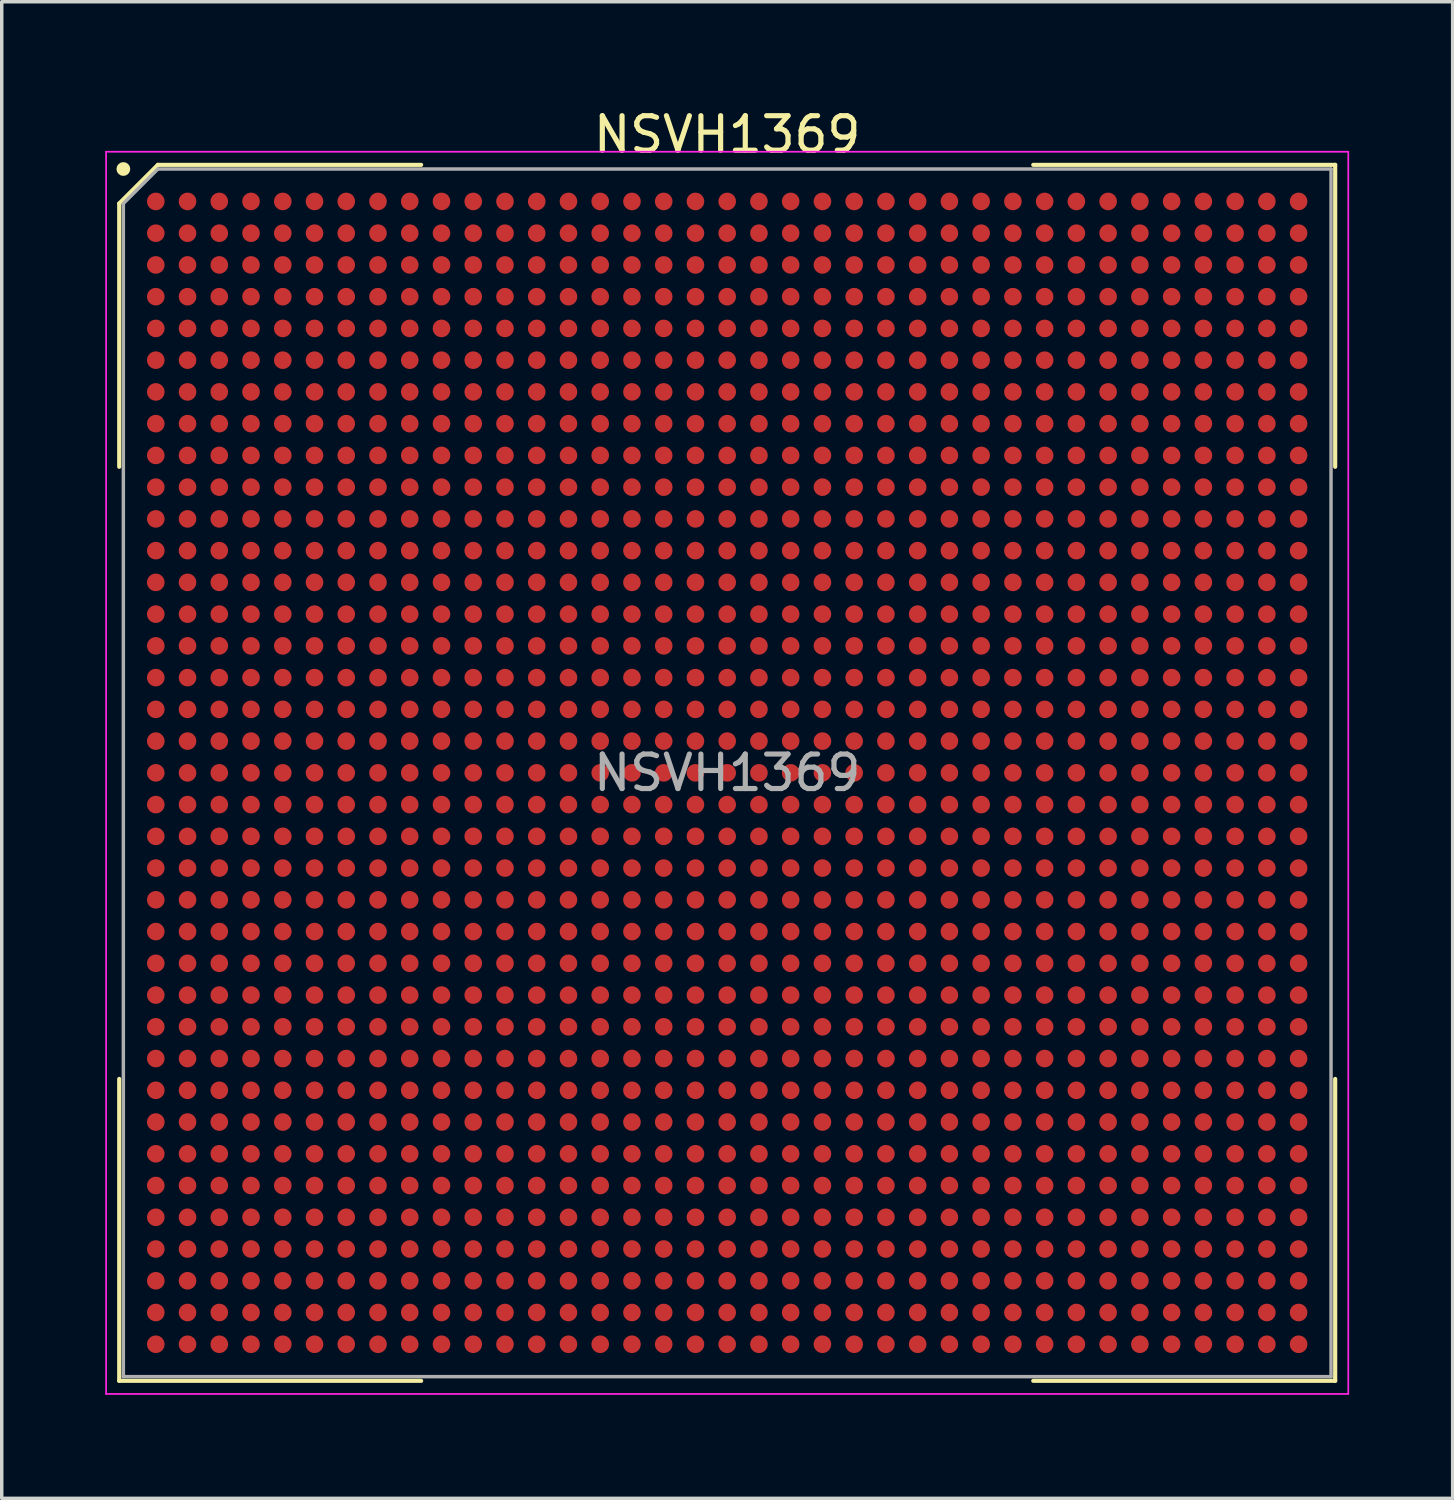
<source format=kicad_pcb>
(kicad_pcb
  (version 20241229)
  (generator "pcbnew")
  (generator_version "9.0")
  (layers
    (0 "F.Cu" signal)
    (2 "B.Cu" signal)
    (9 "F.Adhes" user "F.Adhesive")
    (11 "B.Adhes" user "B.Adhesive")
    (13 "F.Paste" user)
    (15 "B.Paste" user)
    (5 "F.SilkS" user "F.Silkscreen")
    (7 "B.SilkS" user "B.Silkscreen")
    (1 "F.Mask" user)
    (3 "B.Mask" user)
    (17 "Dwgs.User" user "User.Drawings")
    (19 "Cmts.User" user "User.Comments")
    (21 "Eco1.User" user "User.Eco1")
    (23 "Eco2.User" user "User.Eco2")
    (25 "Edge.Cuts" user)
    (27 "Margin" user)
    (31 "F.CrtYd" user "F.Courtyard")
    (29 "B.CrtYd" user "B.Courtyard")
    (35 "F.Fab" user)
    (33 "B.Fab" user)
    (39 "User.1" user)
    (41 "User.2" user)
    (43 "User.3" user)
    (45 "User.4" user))
  (footprint "NSVH1369"
    (layer "F.Cu")
    (at 18.025 19.348)
    (property "Reference" "NSVH1369" (at 0 -18.5 0) (layer "F.SilkS") (effects (font (size 1 1) (thickness 0.15))))
    (attr smd)
    (fp_line (start -17.62 -16.5) (end -17.62 -8.87) (stroke (width 0.12) (type default)) (layer "F.SilkS"))
    (fp_line (start -17.62 17.62) (end -17.62 8.87) (stroke (width 0.12) (type default)) (layer "F.SilkS"))
    (fp_line (start -16.5 -17.62) (end -17.62 -16.5) (stroke (width 0.12) (type default)) (layer "F.SilkS"))
    (fp_line (start -8.87 -17.62) (end -16.5 -17.62) (stroke (width 0.12) (type default)) (layer "F.SilkS"))
    (fp_line (start -8.87 17.62) (end -17.62 17.62) (stroke (width 0.12) (type default)) (layer "F.SilkS"))
    (fp_line (start 8.87 -17.62) (end 17.62 -17.62) (stroke (width 0.12) (type default)) (layer "F.SilkS"))
    (fp_line (start 8.87 17.62) (end 17.62 17.62) (stroke (width 0.12) (type default)) (layer "F.SilkS"))
    (fp_line (start 17.62 -17.62) (end 17.62 -8.87) (stroke (width 0.12) (type default)) (layer "F.SilkS"))
    (fp_line (start 17.62 17.62) (end 17.62 8.87) (stroke (width 0.12) (type default)) (layer "F.SilkS"))
    (fp_circle (center -17.5 -17.5) (end -17.5 -17.4) (stroke (width 0.2) (type default)) (fill no) (layer "F.SilkS"))
    (fp_line (start -18 -18) (end 18 -18) (stroke (width 0.05) (type default)) (layer "F.CrtYd"))
    (fp_line (start -18 18) (end -18 -18) (stroke (width 0.05) (type default)) (layer "F.CrtYd"))
    (fp_line (start 18 -18) (end 18 18) (stroke (width 0.05) (type default)) (layer "F.CrtYd"))
    (fp_line (start 18 18) (end -18 18) (stroke (width 0.05) (type default)) (layer "F.CrtYd"))
    (fp_line (start -17.5 -16.5) (end -17.5 17.5) (stroke (width 0.1) (type default)) (layer "F.Fab"))
    (fp_line (start -17.5 17.5) (end 17.5 17.5) (stroke (width 0.1) (type default)) (layer "F.Fab"))
    (fp_line (start -16.5 -17.5) (end -17.5 -16.5) (stroke (width 0.1) (type default)) (layer "F.Fab"))
    (fp_line (start 17.5 -17.5) (end -16.5 -17.5) (stroke (width 0.1) (type default)) (layer "F.Fab"))
    (fp_line (start 17.5 17.5) (end 17.5 -17.5) (stroke (width 0.1) (type default)) (layer "F.Fab"))
    (fp_text user "${REFERENCE}" (at 0 0 0) (layer "F.Fab") (effects (font (size 1 1) (thickness 0.15))))
    (pad "A1" smd circle (at -16.56 -16.56) (size 0.51 0.51) (layers "F.Cu" "F.Mask" "F.Paste"))
    (pad "A2" smd circle (at -15.64 -16.56) (size 0.51 0.51) (layers "F.Cu" "F.Mask" "F.Paste"))
    (pad "A3" smd circle (at -14.72 -16.56) (size 0.51 0.51) (layers "F.Cu" "F.Mask" "F.Paste"))
    (pad "A4" smd circle (at -13.8 -16.56) (size 0.51 0.51) (layers "F.Cu" "F.Mask" "F.Paste"))
    (pad "A5" smd circle (at -12.88 -16.56) (size 0.51 0.51) (layers "F.Cu" "F.Mask" "F.Paste"))
    (pad "A6" smd circle (at -11.96 -16.56) (size 0.51 0.51) (layers "F.Cu" "F.Mask" "F.Paste"))
    (pad "A7" smd circle (at -11.04 -16.56) (size 0.51 0.51) (layers "F.Cu" "F.Mask" "F.Paste"))
    (pad "A8" smd circle (at -10.12 -16.56) (size 0.51 0.51) (layers "F.Cu" "F.Mask" "F.Paste"))
    (pad "A9" smd circle (at -9.2 -16.56) (size 0.51 0.51) (layers "F.Cu" "F.Mask" "F.Paste"))
    (pad "A10" smd circle (at -8.28 -16.56) (size 0.51 0.51) (layers "F.Cu" "F.Mask" "F.Paste"))
    (pad "A11" smd circle (at -7.36 -16.56) (size 0.51 0.51) (layers "F.Cu" "F.Mask" "F.Paste"))
    (pad "A12" smd circle (at -6.44 -16.56) (size 0.51 0.51) (layers "F.Cu" "F.Mask" "F.Paste"))
    (pad "A13" smd circle (at -5.52 -16.56) (size 0.51 0.51) (layers "F.Cu" "F.Mask" "F.Paste"))
    (pad "A14" smd circle (at -4.6 -16.56) (size 0.51 0.51) (layers "F.Cu" "F.Mask" "F.Paste"))
    (pad "A15" smd circle (at -3.68 -16.56) (size 0.51 0.51) (layers "F.Cu" "F.Mask" "F.Paste"))
    (pad "A16" smd circle (at -2.76 -16.56) (size 0.51 0.51) (layers "F.Cu" "F.Mask" "F.Paste"))
    (pad "A17" smd circle (at -1.84 -16.56) (size 0.51 0.51) (layers "F.Cu" "F.Mask" "F.Paste"))
    (pad "A18" smd circle (at -0.92 -16.56) (size 0.51 0.51) (layers "F.Cu" "F.Mask" "F.Paste"))
    (pad "A19" smd circle (at 0 -16.56) (size 0.51 0.51) (layers "F.Cu" "F.Mask" "F.Paste"))
    (pad "A20" smd circle (at 0.92 -16.56) (size 0.51 0.51) (layers "F.Cu" "F.Mask" "F.Paste"))
    (pad "A21" smd circle (at 1.84 -16.56) (size 0.51 0.51) (layers "F.Cu" "F.Mask" "F.Paste"))
    (pad "A22" smd circle (at 2.76 -16.56) (size 0.51 0.51) (layers "F.Cu" "F.Mask" "F.Paste"))
    (pad "A23" smd circle (at 3.68 -16.56) (size 0.51 0.51) (layers "F.Cu" "F.Mask" "F.Paste"))
    (pad "A24" smd circle (at 4.6 -16.56) (size 0.51 0.51) (layers "F.Cu" "F.Mask" "F.Paste"))
    (pad "A25" smd circle (at 5.52 -16.56) (size 0.51 0.51) (layers "F.Cu" "F.Mask" "F.Paste"))
    (pad "A26" smd circle (at 6.44 -16.56) (size 0.51 0.51) (layers "F.Cu" "F.Mask" "F.Paste"))
    (pad "A27" smd circle (at 7.36 -16.56) (size 0.51 0.51) (layers "F.Cu" "F.Mask" "F.Paste"))
    (pad "A28" smd circle (at 8.28 -16.56) (size 0.51 0.51) (layers "F.Cu" "F.Mask" "F.Paste"))
    (pad "A29" smd circle (at 9.2 -16.56) (size 0.51 0.51) (layers "F.Cu" "F.Mask" "F.Paste"))
    (pad "A30" smd circle (at 10.12 -16.56) (size 0.51 0.51) (layers "F.Cu" "F.Mask" "F.Paste"))
    (pad "A31" smd circle (at 11.04 -16.56) (size 0.51 0.51) (layers "F.Cu" "F.Mask" "F.Paste"))
    (pad "A32" smd circle (at 11.96 -16.56) (size 0.51 0.51) (layers "F.Cu" "F.Mask" "F.Paste"))
    (pad "A33" smd circle (at 12.88 -16.56) (size 0.51 0.51) (layers "F.Cu" "F.Mask" "F.Paste"))
    (pad "A34" smd circle (at 13.8 -16.56) (size 0.51 0.51) (layers "F.Cu" "F.Mask" "F.Paste"))
    (pad "A35" smd circle (at 14.72 -16.56) (size 0.51 0.51) (layers "F.Cu" "F.Mask" "F.Paste"))
    (pad "A36" smd circle (at 15.64 -16.56) (size 0.51 0.51) (layers "F.Cu" "F.Mask" "F.Paste"))
    (pad "A37" smd circle (at 16.56 -16.56) (size 0.51 0.51) (layers "F.Cu" "F.Mask" "F.Paste"))
    (pad "AA1" smd circle (at -16.56 1.84) (size 0.51 0.51) (layers "F.Cu" "F.Mask" "F.Paste"))
    (pad "AA2" smd circle (at -15.64 1.84) (size 0.51 0.51) (layers "F.Cu" "F.Mask" "F.Paste"))
    (pad "AA3" smd circle (at -14.72 1.84) (size 0.51 0.51) (layers "F.Cu" "F.Mask" "F.Paste"))
    (pad "AA4" smd circle (at -13.8 1.84) (size 0.51 0.51) (layers "F.Cu" "F.Mask" "F.Paste"))
    (pad "AA5" smd circle (at -12.88 1.84) (size 0.51 0.51) (layers "F.Cu" "F.Mask" "F.Paste"))
    (pad "AA6" smd circle (at -11.96 1.84) (size 0.51 0.51) (layers "F.Cu" "F.Mask" "F.Paste"))
    (pad "AA7" smd circle (at -11.04 1.84) (size 0.51 0.51) (layers "F.Cu" "F.Mask" "F.Paste"))
    (pad "AA8" smd circle (at -10.12 1.84) (size 0.51 0.51) (layers "F.Cu" "F.Mask" "F.Paste"))
    (pad "AA9" smd circle (at -9.2 1.84) (size 0.51 0.51) (layers "F.Cu" "F.Mask" "F.Paste"))
    (pad "AA10" smd circle (at -8.28 1.84) (size 0.51 0.51) (layers "F.Cu" "F.Mask" "F.Paste"))
    (pad "AA11" smd circle (at -7.36 1.84) (size 0.51 0.51) (layers "F.Cu" "F.Mask" "F.Paste"))
    (pad "AA12" smd circle (at -6.44 1.84) (size 0.51 0.51) (layers "F.Cu" "F.Mask" "F.Paste"))
    (pad "AA13" smd circle (at -5.52 1.84) (size 0.51 0.51) (layers "F.Cu" "F.Mask" "F.Paste"))
    (pad "AA14" smd circle (at -4.6 1.84) (size 0.51 0.51) (layers "F.Cu" "F.Mask" "F.Paste"))
    (pad "AA15" smd circle (at -3.68 1.84) (size 0.51 0.51) (layers "F.Cu" "F.Mask" "F.Paste"))
    (pad "AA16" smd circle (at -2.76 1.84) (size 0.51 0.51) (layers "F.Cu" "F.Mask" "F.Paste"))
    (pad "AA17" smd circle (at -1.84 1.84) (size 0.51 0.51) (layers "F.Cu" "F.Mask" "F.Paste"))
    (pad "AA18" smd circle (at -0.92 1.84) (size 0.51 0.51) (layers "F.Cu" "F.Mask" "F.Paste"))
    (pad "AA19" smd circle (at 0 1.84) (size 0.51 0.51) (layers "F.Cu" "F.Mask" "F.Paste"))
    (pad "AA20" smd circle (at 0.92 1.84) (size 0.51 0.51) (layers "F.Cu" "F.Mask" "F.Paste"))
    (pad "AA21" smd circle (at 1.84 1.84) (size 0.51 0.51) (layers "F.Cu" "F.Mask" "F.Paste"))
    (pad "AA22" smd circle (at 2.76 1.84) (size 0.51 0.51) (layers "F.Cu" "F.Mask" "F.Paste"))
    (pad "AA23" smd circle (at 3.68 1.84) (size 0.51 0.51) (layers "F.Cu" "F.Mask" "F.Paste"))
    (pad "AA24" smd circle (at 4.6 1.84) (size 0.51 0.51) (layers "F.Cu" "F.Mask" "F.Paste"))
    (pad "AA25" smd circle (at 5.52 1.84) (size 0.51 0.51) (layers "F.Cu" "F.Mask" "F.Paste"))
    (pad "AA26" smd circle (at 6.44 1.84) (size 0.51 0.51) (layers "F.Cu" "F.Mask" "F.Paste"))
    (pad "AA27" smd circle (at 7.36 1.84) (size 0.51 0.51) (layers "F.Cu" "F.Mask" "F.Paste"))
    (pad "AA28" smd circle (at 8.28 1.84) (size 0.51 0.51) (layers "F.Cu" "F.Mask" "F.Paste"))
    (pad "AA29" smd circle (at 9.2 1.84) (size 0.51 0.51) (layers "F.Cu" "F.Mask" "F.Paste"))
    (pad "AA30" smd circle (at 10.12 1.84) (size 0.51 0.51) (layers "F.Cu" "F.Mask" "F.Paste"))
    (pad "AA31" smd circle (at 11.04 1.84) (size 0.51 0.51) (layers "F.Cu" "F.Mask" "F.Paste"))
    (pad "AA32" smd circle (at 11.96 1.84) (size 0.51 0.51) (layers "F.Cu" "F.Mask" "F.Paste"))
    (pad "AA33" smd circle (at 12.88 1.84) (size 0.51 0.51) (layers "F.Cu" "F.Mask" "F.Paste"))
    (pad "AA34" smd circle (at 13.8 1.84) (size 0.51 0.51) (layers "F.Cu" "F.Mask" "F.Paste"))
    (pad "AA35" smd circle (at 14.72 1.84) (size 0.51 0.51) (layers "F.Cu" "F.Mask" "F.Paste"))
    (pad "AA36" smd circle (at 15.64 1.84) (size 0.51 0.51) (layers "F.Cu" "F.Mask" "F.Paste"))
    (pad "AA37" smd circle (at 16.56 1.84) (size 0.51 0.51) (layers "F.Cu" "F.Mask" "F.Paste"))
    (pad "AB1" smd circle (at -16.56 2.76) (size 0.51 0.51) (layers "F.Cu" "F.Mask" "F.Paste"))
    (pad "AB2" smd circle (at -15.64 2.76) (size 0.51 0.51) (layers "F.Cu" "F.Mask" "F.Paste"))
    (pad "AB3" smd circle (at -14.72 2.76) (size 0.51 0.51) (layers "F.Cu" "F.Mask" "F.Paste"))
    (pad "AB4" smd circle (at -13.8 2.76) (size 0.51 0.51) (layers "F.Cu" "F.Mask" "F.Paste"))
    (pad "AB5" smd circle (at -12.88 2.76) (size 0.51 0.51) (layers "F.Cu" "F.Mask" "F.Paste"))
    (pad "AB6" smd circle (at -11.96 2.76) (size 0.51 0.51) (layers "F.Cu" "F.Mask" "F.Paste"))
    (pad "AB7" smd circle (at -11.04 2.76) (size 0.51 0.51) (layers "F.Cu" "F.Mask" "F.Paste"))
    (pad "AB8" smd circle (at -10.12 2.76) (size 0.51 0.51) (layers "F.Cu" "F.Mask" "F.Paste"))
    (pad "AB9" smd circle (at -9.2 2.76) (size 0.51 0.51) (layers "F.Cu" "F.Mask" "F.Paste"))
    (pad "AB10" smd circle (at -8.28 2.76) (size 0.51 0.51) (layers "F.Cu" "F.Mask" "F.Paste"))
    (pad "AB11" smd circle (at -7.36 2.76) (size 0.51 0.51) (layers "F.Cu" "F.Mask" "F.Paste"))
    (pad "AB12" smd circle (at -6.44 2.76) (size 0.51 0.51) (layers "F.Cu" "F.Mask" "F.Paste"))
    (pad "AB13" smd circle (at -5.52 2.76) (size 0.51 0.51) (layers "F.Cu" "F.Mask" "F.Paste"))
    (pad "AB14" smd circle (at -4.6 2.76) (size 0.51 0.51) (layers "F.Cu" "F.Mask" "F.Paste"))
    (pad "AB15" smd circle (at -3.68 2.76) (size 0.51 0.51) (layers "F.Cu" "F.Mask" "F.Paste"))
    (pad "AB16" smd circle (at -2.76 2.76) (size 0.51 0.51) (layers "F.Cu" "F.Mask" "F.Paste"))
    (pad "AB17" smd circle (at -1.84 2.76) (size 0.51 0.51) (layers "F.Cu" "F.Mask" "F.Paste"))
    (pad "AB18" smd circle (at -0.92 2.76) (size 0.51 0.51) (layers "F.Cu" "F.Mask" "F.Paste"))
    (pad "AB19" smd circle (at 0 2.76) (size 0.51 0.51) (layers "F.Cu" "F.Mask" "F.Paste"))
    (pad "AB20" smd circle (at 0.92 2.76) (size 0.51 0.51) (layers "F.Cu" "F.Mask" "F.Paste"))
    (pad "AB21" smd circle (at 1.84 2.76) (size 0.51 0.51) (layers "F.Cu" "F.Mask" "F.Paste"))
    (pad "AB22" smd circle (at 2.76 2.76) (size 0.51 0.51) (layers "F.Cu" "F.Mask" "F.Paste"))
    (pad "AB23" smd circle (at 3.68 2.76) (size 0.51 0.51) (layers "F.Cu" "F.Mask" "F.Paste"))
    (pad "AB24" smd circle (at 4.6 2.76) (size 0.51 0.51) (layers "F.Cu" "F.Mask" "F.Paste"))
    (pad "AB25" smd circle (at 5.52 2.76) (size 0.51 0.51) (layers "F.Cu" "F.Mask" "F.Paste"))
    (pad "AB26" smd circle (at 6.44 2.76) (size 0.51 0.51) (layers "F.Cu" "F.Mask" "F.Paste"))
    (pad "AB27" smd circle (at 7.36 2.76) (size 0.51 0.51) (layers "F.Cu" "F.Mask" "F.Paste"))
    (pad "AB28" smd circle (at 8.28 2.76) (size 0.51 0.51) (layers "F.Cu" "F.Mask" "F.Paste"))
    (pad "AB29" smd circle (at 9.2 2.76) (size 0.51 0.51) (layers "F.Cu" "F.Mask" "F.Paste"))
    (pad "AB30" smd circle (at 10.12 2.76) (size 0.51 0.51) (layers "F.Cu" "F.Mask" "F.Paste"))
    (pad "AB31" smd circle (at 11.04 2.76) (size 0.51 0.51) (layers "F.Cu" "F.Mask" "F.Paste"))
    (pad "AB32" smd circle (at 11.96 2.76) (size 0.51 0.51) (layers "F.Cu" "F.Mask" "F.Paste"))
    (pad "AB33" smd circle (at 12.88 2.76) (size 0.51 0.51) (layers "F.Cu" "F.Mask" "F.Paste"))
    (pad "AB34" smd circle (at 13.8 2.76) (size 0.51 0.51) (layers "F.Cu" "F.Mask" "F.Paste"))
    (pad "AB35" smd circle (at 14.72 2.76) (size 0.51 0.51) (layers "F.Cu" "F.Mask" "F.Paste"))
    (pad "AB36" smd circle (at 15.64 2.76) (size 0.51 0.51) (layers "F.Cu" "F.Mask" "F.Paste"))
    (pad "AB37" smd circle (at 16.56 2.76) (size 0.51 0.51) (layers "F.Cu" "F.Mask" "F.Paste"))
    (pad "AC1" smd circle (at -16.56 3.68) (size 0.51 0.51) (layers "F.Cu" "F.Mask" "F.Paste"))
    (pad "AC2" smd circle (at -15.64 3.68) (size 0.51 0.51) (layers "F.Cu" "F.Mask" "F.Paste"))
    (pad "AC3" smd circle (at -14.72 3.68) (size 0.51 0.51) (layers "F.Cu" "F.Mask" "F.Paste"))
    (pad "AC4" smd circle (at -13.8 3.68) (size 0.51 0.51) (layers "F.Cu" "F.Mask" "F.Paste"))
    (pad "AC5" smd circle (at -12.88 3.68) (size 0.51 0.51) (layers "F.Cu" "F.Mask" "F.Paste"))
    (pad "AC6" smd circle (at -11.96 3.68) (size 0.51 0.51) (layers "F.Cu" "F.Mask" "F.Paste"))
    (pad "AC7" smd circle (at -11.04 3.68) (size 0.51 0.51) (layers "F.Cu" "F.Mask" "F.Paste"))
    (pad "AC8" smd circle (at -10.12 3.68) (size 0.51 0.51) (layers "F.Cu" "F.Mask" "F.Paste"))
    (pad "AC9" smd circle (at -9.2 3.68) (size 0.51 0.51) (layers "F.Cu" "F.Mask" "F.Paste"))
    (pad "AC10" smd circle (at -8.28 3.68) (size 0.51 0.51) (layers "F.Cu" "F.Mask" "F.Paste"))
    (pad "AC11" smd circle (at -7.36 3.68) (size 0.51 0.51) (layers "F.Cu" "F.Mask" "F.Paste"))
    (pad "AC12" smd circle (at -6.44 3.68) (size 0.51 0.51) (layers "F.Cu" "F.Mask" "F.Paste"))
    (pad "AC13" smd circle (at -5.52 3.68) (size 0.51 0.51) (layers "F.Cu" "F.Mask" "F.Paste"))
    (pad "AC14" smd circle (at -4.6 3.68) (size 0.51 0.51) (layers "F.Cu" "F.Mask" "F.Paste"))
    (pad "AC15" smd circle (at -3.68 3.68) (size 0.51 0.51) (layers "F.Cu" "F.Mask" "F.Paste"))
    (pad "AC16" smd circle (at -2.76 3.68) (size 0.51 0.51) (layers "F.Cu" "F.Mask" "F.Paste"))
    (pad "AC17" smd circle (at -1.84 3.68) (size 0.51 0.51) (layers "F.Cu" "F.Mask" "F.Paste"))
    (pad "AC18" smd circle (at -0.92 3.68) (size 0.51 0.51) (layers "F.Cu" "F.Mask" "F.Paste"))
    (pad "AC19" smd circle (at 0 3.68) (size 0.51 0.51) (layers "F.Cu" "F.Mask" "F.Paste"))
    (pad "AC20" smd circle (at 0.92 3.68) (size 0.51 0.51) (layers "F.Cu" "F.Mask" "F.Paste"))
    (pad "AC21" smd circle (at 1.84 3.68) (size 0.51 0.51) (layers "F.Cu" "F.Mask" "F.Paste"))
    (pad "AC22" smd circle (at 2.76 3.68) (size 0.51 0.51) (layers "F.Cu" "F.Mask" "F.Paste"))
    (pad "AC23" smd circle (at 3.68 3.68) (size 0.51 0.51) (layers "F.Cu" "F.Mask" "F.Paste"))
    (pad "AC24" smd circle (at 4.6 3.68) (size 0.51 0.51) (layers "F.Cu" "F.Mask" "F.Paste"))
    (pad "AC25" smd circle (at 5.52 3.68) (size 0.51 0.51) (layers "F.Cu" "F.Mask" "F.Paste"))
    (pad "AC26" smd circle (at 6.44 3.68) (size 0.51 0.51) (layers "F.Cu" "F.Mask" "F.Paste"))
    (pad "AC27" smd circle (at 7.36 3.68) (size 0.51 0.51) (layers "F.Cu" "F.Mask" "F.Paste"))
    (pad "AC28" smd circle (at 8.28 3.68) (size 0.51 0.51) (layers "F.Cu" "F.Mask" "F.Paste"))
    (pad "AC29" smd circle (at 9.2 3.68) (size 0.51 0.51) (layers "F.Cu" "F.Mask" "F.Paste"))
    (pad "AC30" smd circle (at 10.12 3.68) (size 0.51 0.51) (layers "F.Cu" "F.Mask" "F.Paste"))
    (pad "AC31" smd circle (at 11.04 3.68) (size 0.51 0.51) (layers "F.Cu" "F.Mask" "F.Paste"))
    (pad "AC32" smd circle (at 11.96 3.68) (size 0.51 0.51) (layers "F.Cu" "F.Mask" "F.Paste"))
    (pad "AC33" smd circle (at 12.88 3.68) (size 0.51 0.51) (layers "F.Cu" "F.Mask" "F.Paste"))
    (pad "AC34" smd circle (at 13.8 3.68) (size 0.51 0.51) (layers "F.Cu" "F.Mask" "F.Paste"))
    (pad "AC35" smd circle (at 14.72 3.68) (size 0.51 0.51) (layers "F.Cu" "F.Mask" "F.Paste"))
    (pad "AC36" smd circle (at 15.64 3.68) (size 0.51 0.51) (layers "F.Cu" "F.Mask" "F.Paste"))
    (pad "AC37" smd circle (at 16.56 3.68) (size 0.51 0.51) (layers "F.Cu" "F.Mask" "F.Paste"))
    (pad "AD1" smd circle (at -16.56 4.6) (size 0.51 0.51) (layers "F.Cu" "F.Mask" "F.Paste"))
    (pad "AD2" smd circle (at -15.64 4.6) (size 0.51 0.51) (layers "F.Cu" "F.Mask" "F.Paste"))
    (pad "AD3" smd circle (at -14.72 4.6) (size 0.51 0.51) (layers "F.Cu" "F.Mask" "F.Paste"))
    (pad "AD4" smd circle (at -13.8 4.6) (size 0.51 0.51) (layers "F.Cu" "F.Mask" "F.Paste"))
    (pad "AD5" smd circle (at -12.88 4.6) (size 0.51 0.51) (layers "F.Cu" "F.Mask" "F.Paste"))
    (pad "AD6" smd circle (at -11.96 4.6) (size 0.51 0.51) (layers "F.Cu" "F.Mask" "F.Paste"))
    (pad "AD7" smd circle (at -11.04 4.6) (size 0.51 0.51) (layers "F.Cu" "F.Mask" "F.Paste"))
    (pad "AD8" smd circle (at -10.12 4.6) (size 0.51 0.51) (layers "F.Cu" "F.Mask" "F.Paste"))
    (pad "AD9" smd circle (at -9.2 4.6) (size 0.51 0.51) (layers "F.Cu" "F.Mask" "F.Paste"))
    (pad "AD10" smd circle (at -8.28 4.6) (size 0.51 0.51) (layers "F.Cu" "F.Mask" "F.Paste"))
    (pad "AD11" smd circle (at -7.36 4.6) (size 0.51 0.51) (layers "F.Cu" "F.Mask" "F.Paste"))
    (pad "AD12" smd circle (at -6.44 4.6) (size 0.51 0.51) (layers "F.Cu" "F.Mask" "F.Paste"))
    (pad "AD13" smd circle (at -5.52 4.6) (size 0.51 0.51) (layers "F.Cu" "F.Mask" "F.Paste"))
    (pad "AD14" smd circle (at -4.6 4.6) (size 0.51 0.51) (layers "F.Cu" "F.Mask" "F.Paste"))
    (pad "AD15" smd circle (at -3.68 4.6) (size 0.51 0.51) (layers "F.Cu" "F.Mask" "F.Paste"))
    (pad "AD16" smd circle (at -2.76 4.6) (size 0.51 0.51) (layers "F.Cu" "F.Mask" "F.Paste"))
    (pad "AD17" smd circle (at -1.84 4.6) (size 0.51 0.51) (layers "F.Cu" "F.Mask" "F.Paste"))
    (pad "AD18" smd circle (at -0.92 4.6) (size 0.51 0.51) (layers "F.Cu" "F.Mask" "F.Paste"))
    (pad "AD19" smd circle (at 0 4.6) (size 0.51 0.51) (layers "F.Cu" "F.Mask" "F.Paste"))
    (pad "AD20" smd circle (at 0.92 4.6) (size 0.51 0.51) (layers "F.Cu" "F.Mask" "F.Paste"))
    (pad "AD21" smd circle (at 1.84 4.6) (size 0.51 0.51) (layers "F.Cu" "F.Mask" "F.Paste"))
    (pad "AD22" smd circle (at 2.76 4.6) (size 0.51 0.51) (layers "F.Cu" "F.Mask" "F.Paste"))
    (pad "AD23" smd circle (at 3.68 4.6) (size 0.51 0.51) (layers "F.Cu" "F.Mask" "F.Paste"))
    (pad "AD24" smd circle (at 4.6 4.6) (size 0.51 0.51) (layers "F.Cu" "F.Mask" "F.Paste"))
    (pad "AD25" smd circle (at 5.52 4.6) (size 0.51 0.51) (layers "F.Cu" "F.Mask" "F.Paste"))
    (pad "AD26" smd circle (at 6.44 4.6) (size 0.51 0.51) (layers "F.Cu" "F.Mask" "F.Paste"))
    (pad "AD27" smd circle (at 7.36 4.6) (size 0.51 0.51) (layers "F.Cu" "F.Mask" "F.Paste"))
    (pad "AD28" smd circle (at 8.28 4.6) (size 0.51 0.51) (layers "F.Cu" "F.Mask" "F.Paste"))
    (pad "AD29" smd circle (at 9.2 4.6) (size 0.51 0.51) (layers "F.Cu" "F.Mask" "F.Paste"))
    (pad "AD30" smd circle (at 10.12 4.6) (size 0.51 0.51) (layers "F.Cu" "F.Mask" "F.Paste"))
    (pad "AD31" smd circle (at 11.04 4.6) (size 0.51 0.51) (layers "F.Cu" "F.Mask" "F.Paste"))
    (pad "AD32" smd circle (at 11.96 4.6) (size 0.51 0.51) (layers "F.Cu" "F.Mask" "F.Paste"))
    (pad "AD33" smd circle (at 12.88 4.6) (size 0.51 0.51) (layers "F.Cu" "F.Mask" "F.Paste"))
    (pad "AD34" smd circle (at 13.8 4.6) (size 0.51 0.51) (layers "F.Cu" "F.Mask" "F.Paste"))
    (pad "AD35" smd circle (at 14.72 4.6) (size 0.51 0.51) (layers "F.Cu" "F.Mask" "F.Paste"))
    (pad "AD36" smd circle (at 15.64 4.6) (size 0.51 0.51) (layers "F.Cu" "F.Mask" "F.Paste"))
    (pad "AD37" smd circle (at 16.56 4.6) (size 0.51 0.51) (layers "F.Cu" "F.Mask" "F.Paste"))
    (pad "AE1" smd circle (at -16.56 5.52) (size 0.51 0.51) (layers "F.Cu" "F.Mask" "F.Paste"))
    (pad "AE2" smd circle (at -15.64 5.52) (size 0.51 0.51) (layers "F.Cu" "F.Mask" "F.Paste"))
    (pad "AE3" smd circle (at -14.72 5.52) (size 0.51 0.51) (layers "F.Cu" "F.Mask" "F.Paste"))
    (pad "AE4" smd circle (at -13.8 5.52) (size 0.51 0.51) (layers "F.Cu" "F.Mask" "F.Paste"))
    (pad "AE5" smd circle (at -12.88 5.52) (size 0.51 0.51) (layers "F.Cu" "F.Mask" "F.Paste"))
    (pad "AE6" smd circle (at -11.96 5.52) (size 0.51 0.51) (layers "F.Cu" "F.Mask" "F.Paste"))
    (pad "AE7" smd circle (at -11.04 5.52) (size 0.51 0.51) (layers "F.Cu" "F.Mask" "F.Paste"))
    (pad "AE8" smd circle (at -10.12 5.52) (size 0.51 0.51) (layers "F.Cu" "F.Mask" "F.Paste"))
    (pad "AE9" smd circle (at -9.2 5.52) (size 0.51 0.51) (layers "F.Cu" "F.Mask" "F.Paste"))
    (pad "AE10" smd circle (at -8.28 5.52) (size 0.51 0.51) (layers "F.Cu" "F.Mask" "F.Paste"))
    (pad "AE11" smd circle (at -7.36 5.52) (size 0.51 0.51) (layers "F.Cu" "F.Mask" "F.Paste"))
    (pad "AE12" smd circle (at -6.44 5.52) (size 0.51 0.51) (layers "F.Cu" "F.Mask" "F.Paste"))
    (pad "AE13" smd circle (at -5.52 5.52) (size 0.51 0.51) (layers "F.Cu" "F.Mask" "F.Paste"))
    (pad "AE14" smd circle (at -4.6 5.52) (size 0.51 0.51) (layers "F.Cu" "F.Mask" "F.Paste"))
    (pad "AE15" smd circle (at -3.68 5.52) (size 0.51 0.51) (layers "F.Cu" "F.Mask" "F.Paste"))
    (pad "AE16" smd circle (at -2.76 5.52) (size 0.51 0.51) (layers "F.Cu" "F.Mask" "F.Paste"))
    (pad "AE17" smd circle (at -1.84 5.52) (size 0.51 0.51) (layers "F.Cu" "F.Mask" "F.Paste"))
    (pad "AE18" smd circle (at -0.92 5.52) (size 0.51 0.51) (layers "F.Cu" "F.Mask" "F.Paste"))
    (pad "AE19" smd circle (at 0 5.52) (size 0.51 0.51) (layers "F.Cu" "F.Mask" "F.Paste"))
    (pad "AE20" smd circle (at 0.92 5.52) (size 0.51 0.51) (layers "F.Cu" "F.Mask" "F.Paste"))
    (pad "AE21" smd circle (at 1.84 5.52) (size 0.51 0.51) (layers "F.Cu" "F.Mask" "F.Paste"))
    (pad "AE22" smd circle (at 2.76 5.52) (size 0.51 0.51) (layers "F.Cu" "F.Mask" "F.Paste"))
    (pad "AE23" smd circle (at 3.68 5.52) (size 0.51 0.51) (layers "F.Cu" "F.Mask" "F.Paste"))
    (pad "AE24" smd circle (at 4.6 5.52) (size 0.51 0.51) (layers "F.Cu" "F.Mask" "F.Paste"))
    (pad "AE25" smd circle (at 5.52 5.52) (size 0.51 0.51) (layers "F.Cu" "F.Mask" "F.Paste"))
    (pad "AE26" smd circle (at 6.44 5.52) (size 0.51 0.51) (layers "F.Cu" "F.Mask" "F.Paste"))
    (pad "AE27" smd circle (at 7.36 5.52) (size 0.51 0.51) (layers "F.Cu" "F.Mask" "F.Paste"))
    (pad "AE28" smd circle (at 8.28 5.52) (size 0.51 0.51) (layers "F.Cu" "F.Mask" "F.Paste"))
    (pad "AE29" smd circle (at 9.2 5.52) (size 0.51 0.51) (layers "F.Cu" "F.Mask" "F.Paste"))
    (pad "AE30" smd circle (at 10.12 5.52) (size 0.51 0.51) (layers "F.Cu" "F.Mask" "F.Paste"))
    (pad "AE31" smd circle (at 11.04 5.52) (size 0.51 0.51) (layers "F.Cu" "F.Mask" "F.Paste"))
    (pad "AE32" smd circle (at 11.96 5.52) (size 0.51 0.51) (layers "F.Cu" "F.Mask" "F.Paste"))
    (pad "AE33" smd circle (at 12.88 5.52) (size 0.51 0.51) (layers "F.Cu" "F.Mask" "F.Paste"))
    (pad "AE34" smd circle (at 13.8 5.52) (size 0.51 0.51) (layers "F.Cu" "F.Mask" "F.Paste"))
    (pad "AE35" smd circle (at 14.72 5.52) (size 0.51 0.51) (layers "F.Cu" "F.Mask" "F.Paste"))
    (pad "AE36" smd circle (at 15.64 5.52) (size 0.51 0.51) (layers "F.Cu" "F.Mask" "F.Paste"))
    (pad "AE37" smd circle (at 16.56 5.52) (size 0.51 0.51) (layers "F.Cu" "F.Mask" "F.Paste"))
    (pad "AF1" smd circle (at -16.56 6.44) (size 0.51 0.51) (layers "F.Cu" "F.Mask" "F.Paste"))
    (pad "AF2" smd circle (at -15.64 6.44) (size 0.51 0.51) (layers "F.Cu" "F.Mask" "F.Paste"))
    (pad "AF3" smd circle (at -14.72 6.44) (size 0.51 0.51) (layers "F.Cu" "F.Mask" "F.Paste"))
    (pad "AF4" smd circle (at -13.8 6.44) (size 0.51 0.51) (layers "F.Cu" "F.Mask" "F.Paste"))
    (pad "AF5" smd circle (at -12.88 6.44) (size 0.51 0.51) (layers "F.Cu" "F.Mask" "F.Paste"))
    (pad "AF6" smd circle (at -11.96 6.44) (size 0.51 0.51) (layers "F.Cu" "F.Mask" "F.Paste"))
    (pad "AF7" smd circle (at -11.04 6.44) (size 0.51 0.51) (layers "F.Cu" "F.Mask" "F.Paste"))
    (pad "AF8" smd circle (at -10.12 6.44) (size 0.51 0.51) (layers "F.Cu" "F.Mask" "F.Paste"))
    (pad "AF9" smd circle (at -9.2 6.44) (size 0.51 0.51) (layers "F.Cu" "F.Mask" "F.Paste"))
    (pad "AF10" smd circle (at -8.28 6.44) (size 0.51 0.51) (layers "F.Cu" "F.Mask" "F.Paste"))
    (pad "AF11" smd circle (at -7.36 6.44) (size 0.51 0.51) (layers "F.Cu" "F.Mask" "F.Paste"))
    (pad "AF12" smd circle (at -6.44 6.44) (size 0.51 0.51) (layers "F.Cu" "F.Mask" "F.Paste"))
    (pad "AF13" smd circle (at -5.52 6.44) (size 0.51 0.51) (layers "F.Cu" "F.Mask" "F.Paste"))
    (pad "AF14" smd circle (at -4.6 6.44) (size 0.51 0.51) (layers "F.Cu" "F.Mask" "F.Paste"))
    (pad "AF15" smd circle (at -3.68 6.44) (size 0.51 0.51) (layers "F.Cu" "F.Mask" "F.Paste"))
    (pad "AF16" smd circle (at -2.76 6.44) (size 0.51 0.51) (layers "F.Cu" "F.Mask" "F.Paste"))
    (pad "AF17" smd circle (at -1.84 6.44) (size 0.51 0.51) (layers "F.Cu" "F.Mask" "F.Paste"))
    (pad "AF18" smd circle (at -0.92 6.44) (size 0.51 0.51) (layers "F.Cu" "F.Mask" "F.Paste"))
    (pad "AF19" smd circle (at 0 6.44) (size 0.51 0.51) (layers "F.Cu" "F.Mask" "F.Paste"))
    (pad "AF20" smd circle (at 0.92 6.44) (size 0.51 0.51) (layers "F.Cu" "F.Mask" "F.Paste"))
    (pad "AF21" smd circle (at 1.84 6.44) (size 0.51 0.51) (layers "F.Cu" "F.Mask" "F.Paste"))
    (pad "AF22" smd circle (at 2.76 6.44) (size 0.51 0.51) (layers "F.Cu" "F.Mask" "F.Paste"))
    (pad "AF23" smd circle (at 3.68 6.44) (size 0.51 0.51) (layers "F.Cu" "F.Mask" "F.Paste"))
    (pad "AF24" smd circle (at 4.6 6.44) (size 0.51 0.51) (layers "F.Cu" "F.Mask" "F.Paste"))
    (pad "AF25" smd circle (at 5.52 6.44) (size 0.51 0.51) (layers "F.Cu" "F.Mask" "F.Paste"))
    (pad "AF26" smd circle (at 6.44 6.44) (size 0.51 0.51) (layers "F.Cu" "F.Mask" "F.Paste"))
    (pad "AF27" smd circle (at 7.36 6.44) (size 0.51 0.51) (layers "F.Cu" "F.Mask" "F.Paste"))
    (pad "AF28" smd circle (at 8.28 6.44) (size 0.51 0.51) (layers "F.Cu" "F.Mask" "F.Paste"))
    (pad "AF29" smd circle (at 9.2 6.44) (size 0.51 0.51) (layers "F.Cu" "F.Mask" "F.Paste"))
    (pad "AF30" smd circle (at 10.12 6.44) (size 0.51 0.51) (layers "F.Cu" "F.Mask" "F.Paste"))
    (pad "AF31" smd circle (at 11.04 6.44) (size 0.51 0.51) (layers "F.Cu" "F.Mask" "F.Paste"))
    (pad "AF32" smd circle (at 11.96 6.44) (size 0.51 0.51) (layers "F.Cu" "F.Mask" "F.Paste"))
    (pad "AF33" smd circle (at 12.88 6.44) (size 0.51 0.51) (layers "F.Cu" "F.Mask" "F.Paste"))
    (pad "AF34" smd circle (at 13.8 6.44) (size 0.51 0.51) (layers "F.Cu" "F.Mask" "F.Paste"))
    (pad "AF35" smd circle (at 14.72 6.44) (size 0.51 0.51) (layers "F.Cu" "F.Mask" "F.Paste"))
    (pad "AF36" smd circle (at 15.64 6.44) (size 0.51 0.51) (layers "F.Cu" "F.Mask" "F.Paste"))
    (pad "AF37" smd circle (at 16.56 6.44) (size 0.51 0.51) (layers "F.Cu" "F.Mask" "F.Paste"))
    (pad "AG1" smd circle (at -16.56 7.36) (size 0.51 0.51) (layers "F.Cu" "F.Mask" "F.Paste"))
    (pad "AG2" smd circle (at -15.64 7.36) (size 0.51 0.51) (layers "F.Cu" "F.Mask" "F.Paste"))
    (pad "AG3" smd circle (at -14.72 7.36) (size 0.51 0.51) (layers "F.Cu" "F.Mask" "F.Paste"))
    (pad "AG4" smd circle (at -13.8 7.36) (size 0.51 0.51) (layers "F.Cu" "F.Mask" "F.Paste"))
    (pad "AG5" smd circle (at -12.88 7.36) (size 0.51 0.51) (layers "F.Cu" "F.Mask" "F.Paste"))
    (pad "AG6" smd circle (at -11.96 7.36) (size 0.51 0.51) (layers "F.Cu" "F.Mask" "F.Paste"))
    (pad "AG7" smd circle (at -11.04 7.36) (size 0.51 0.51) (layers "F.Cu" "F.Mask" "F.Paste"))
    (pad "AG8" smd circle (at -10.12 7.36) (size 0.51 0.51) (layers "F.Cu" "F.Mask" "F.Paste"))
    (pad "AG9" smd circle (at -9.2 7.36) (size 0.51 0.51) (layers "F.Cu" "F.Mask" "F.Paste"))
    (pad "AG10" smd circle (at -8.28 7.36) (size 0.51 0.51) (layers "F.Cu" "F.Mask" "F.Paste"))
    (pad "AG11" smd circle (at -7.36 7.36) (size 0.51 0.51) (layers "F.Cu" "F.Mask" "F.Paste"))
    (pad "AG12" smd circle (at -6.44 7.36) (size 0.51 0.51) (layers "F.Cu" "F.Mask" "F.Paste"))
    (pad "AG13" smd circle (at -5.52 7.36) (size 0.51 0.51) (layers "F.Cu" "F.Mask" "F.Paste"))
    (pad "AG14" smd circle (at -4.6 7.36) (size 0.51 0.51) (layers "F.Cu" "F.Mask" "F.Paste"))
    (pad "AG15" smd circle (at -3.68 7.36) (size 0.51 0.51) (layers "F.Cu" "F.Mask" "F.Paste"))
    (pad "AG16" smd circle (at -2.76 7.36) (size 0.51 0.51) (layers "F.Cu" "F.Mask" "F.Paste"))
    (pad "AG17" smd circle (at -1.84 7.36) (size 0.51 0.51) (layers "F.Cu" "F.Mask" "F.Paste"))
    (pad "AG18" smd circle (at -0.92 7.36) (size 0.51 0.51) (layers "F.Cu" "F.Mask" "F.Paste"))
    (pad "AG19" smd circle (at 0 7.36) (size 0.51 0.51) (layers "F.Cu" "F.Mask" "F.Paste"))
    (pad "AG20" smd circle (at 0.92 7.36) (size 0.51 0.51) (layers "F.Cu" "F.Mask" "F.Paste"))
    (pad "AG21" smd circle (at 1.84 7.36) (size 0.51 0.51) (layers "F.Cu" "F.Mask" "F.Paste"))
    (pad "AG22" smd circle (at 2.76 7.36) (size 0.51 0.51) (layers "F.Cu" "F.Mask" "F.Paste"))
    (pad "AG23" smd circle (at 3.68 7.36) (size 0.51 0.51) (layers "F.Cu" "F.Mask" "F.Paste"))
    (pad "AG24" smd circle (at 4.6 7.36) (size 0.51 0.51) (layers "F.Cu" "F.Mask" "F.Paste"))
    (pad "AG25" smd circle (at 5.52 7.36) (size 0.51 0.51) (layers "F.Cu" "F.Mask" "F.Paste"))
    (pad "AG26" smd circle (at 6.44 7.36) (size 0.51 0.51) (layers "F.Cu" "F.Mask" "F.Paste"))
    (pad "AG27" smd circle (at 7.36 7.36) (size 0.51 0.51) (layers "F.Cu" "F.Mask" "F.Paste"))
    (pad "AG28" smd circle (at 8.28 7.36) (size 0.51 0.51) (layers "F.Cu" "F.Mask" "F.Paste"))
    (pad "AG29" smd circle (at 9.2 7.36) (size 0.51 0.51) (layers "F.Cu" "F.Mask" "F.Paste"))
    (pad "AG30" smd circle (at 10.12 7.36) (size 0.51 0.51) (layers "F.Cu" "F.Mask" "F.Paste"))
    (pad "AG31" smd circle (at 11.04 7.36) (size 0.51 0.51) (layers "F.Cu" "F.Mask" "F.Paste"))
    (pad "AG32" smd circle (at 11.96 7.36) (size 0.51 0.51) (layers "F.Cu" "F.Mask" "F.Paste"))
    (pad "AG33" smd circle (at 12.88 7.36) (size 0.51 0.51) (layers "F.Cu" "F.Mask" "F.Paste"))
    (pad "AG34" smd circle (at 13.8 7.36) (size 0.51 0.51) (layers "F.Cu" "F.Mask" "F.Paste"))
    (pad "AG35" smd circle (at 14.72 7.36) (size 0.51 0.51) (layers "F.Cu" "F.Mask" "F.Paste"))
    (pad "AG36" smd circle (at 15.64 7.36) (size 0.51 0.51) (layers "F.Cu" "F.Mask" "F.Paste"))
    (pad "AG37" smd circle (at 16.56 7.36) (size 0.51 0.51) (layers "F.Cu" "F.Mask" "F.Paste"))
    (pad "AH1" smd circle (at -16.56 8.28) (size 0.51 0.51) (layers "F.Cu" "F.Mask" "F.Paste"))
    (pad "AH2" smd circle (at -15.64 8.28) (size 0.51 0.51) (layers "F.Cu" "F.Mask" "F.Paste"))
    (pad "AH3" smd circle (at -14.72 8.28) (size 0.51 0.51) (layers "F.Cu" "F.Mask" "F.Paste"))
    (pad "AH4" smd circle (at -13.8 8.28) (size 0.51 0.51) (layers "F.Cu" "F.Mask" "F.Paste"))
    (pad "AH5" smd circle (at -12.88 8.28) (size 0.51 0.51) (layers "F.Cu" "F.Mask" "F.Paste"))
    (pad "AH6" smd circle (at -11.96 8.28) (size 0.51 0.51) (layers "F.Cu" "F.Mask" "F.Paste"))
    (pad "AH7" smd circle (at -11.04 8.28) (size 0.51 0.51) (layers "F.Cu" "F.Mask" "F.Paste"))
    (pad "AH8" smd circle (at -10.12 8.28) (size 0.51 0.51) (layers "F.Cu" "F.Mask" "F.Paste"))
    (pad "AH9" smd circle (at -9.2 8.28) (size 0.51 0.51) (layers "F.Cu" "F.Mask" "F.Paste"))
    (pad "AH10" smd circle (at -8.28 8.28) (size 0.51 0.51) (layers "F.Cu" "F.Mask" "F.Paste"))
    (pad "AH11" smd circle (at -7.36 8.28) (size 0.51 0.51) (layers "F.Cu" "F.Mask" "F.Paste"))
    (pad "AH12" smd circle (at -6.44 8.28) (size 0.51 0.51) (layers "F.Cu" "F.Mask" "F.Paste"))
    (pad "AH13" smd circle (at -5.52 8.28) (size 0.51 0.51) (layers "F.Cu" "F.Mask" "F.Paste"))
    (pad "AH14" smd circle (at -4.6 8.28) (size 0.51 0.51) (layers "F.Cu" "F.Mask" "F.Paste"))
    (pad "AH15" smd circle (at -3.68 8.28) (size 0.51 0.51) (layers "F.Cu" "F.Mask" "F.Paste"))
    (pad "AH16" smd circle (at -2.76 8.28) (size 0.51 0.51) (layers "F.Cu" "F.Mask" "F.Paste"))
    (pad "AH17" smd circle (at -1.84 8.28) (size 0.51 0.51) (layers "F.Cu" "F.Mask" "F.Paste"))
    (pad "AH18" smd circle (at -0.92 8.28) (size 0.51 0.51) (layers "F.Cu" "F.Mask" "F.Paste"))
    (pad "AH19" smd circle (at 0 8.28) (size 0.51 0.51) (layers "F.Cu" "F.Mask" "F.Paste"))
    (pad "AH20" smd circle (at 0.92 8.28) (size 0.51 0.51) (layers "F.Cu" "F.Mask" "F.Paste"))
    (pad "AH21" smd circle (at 1.84 8.28) (size 0.51 0.51) (layers "F.Cu" "F.Mask" "F.Paste"))
    (pad "AH22" smd circle (at 2.76 8.28) (size 0.51 0.51) (layers "F.Cu" "F.Mask" "F.Paste"))
    (pad "AH23" smd circle (at 3.68 8.28) (size 0.51 0.51) (layers "F.Cu" "F.Mask" "F.Paste"))
    (pad "AH24" smd circle (at 4.6 8.28) (size 0.51 0.51) (layers "F.Cu" "F.Mask" "F.Paste"))
    (pad "AH25" smd circle (at 5.52 8.28) (size 0.51 0.51) (layers "F.Cu" "F.Mask" "F.Paste"))
    (pad "AH26" smd circle (at 6.44 8.28) (size 0.51 0.51) (layers "F.Cu" "F.Mask" "F.Paste"))
    (pad "AH27" smd circle (at 7.36 8.28) (size 0.51 0.51) (layers "F.Cu" "F.Mask" "F.Paste"))
    (pad "AH28" smd circle (at 8.28 8.28) (size 0.51 0.51) (layers "F.Cu" "F.Mask" "F.Paste"))
    (pad "AH29" smd circle (at 9.2 8.28) (size 0.51 0.51) (layers "F.Cu" "F.Mask" "F.Paste"))
    (pad "AH30" smd circle (at 10.12 8.28) (size 0.51 0.51) (layers "F.Cu" "F.Mask" "F.Paste"))
    (pad "AH31" smd circle (at 11.04 8.28) (size 0.51 0.51) (layers "F.Cu" "F.Mask" "F.Paste"))
    (pad "AH32" smd circle (at 11.96 8.28) (size 0.51 0.51) (layers "F.Cu" "F.Mask" "F.Paste"))
    (pad "AH33" smd circle (at 12.88 8.28) (size 0.51 0.51) (layers "F.Cu" "F.Mask" "F.Paste"))
    (pad "AH34" smd circle (at 13.8 8.28) (size 0.51 0.51) (layers "F.Cu" "F.Mask" "F.Paste"))
    (pad "AH35" smd circle (at 14.72 8.28) (size 0.51 0.51) (layers "F.Cu" "F.Mask" "F.Paste"))
    (pad "AH36" smd circle (at 15.64 8.28) (size 0.51 0.51) (layers "F.Cu" "F.Mask" "F.Paste"))
    (pad "AH37" smd circle (at 16.56 8.28) (size 0.51 0.51) (layers "F.Cu" "F.Mask" "F.Paste"))
    (pad "AJ1" smd circle (at -16.56 9.2) (size 0.51 0.51) (layers "F.Cu" "F.Mask" "F.Paste"))
    (pad "AJ2" smd circle (at -15.64 9.2) (size 0.51 0.51) (layers "F.Cu" "F.Mask" "F.Paste"))
    (pad "AJ3" smd circle (at -14.72 9.2) (size 0.51 0.51) (layers "F.Cu" "F.Mask" "F.Paste"))
    (pad "AJ4" smd circle (at -13.8 9.2) (size 0.51 0.51) (layers "F.Cu" "F.Mask" "F.Paste"))
    (pad "AJ5" smd circle (at -12.88 9.2) (size 0.51 0.51) (layers "F.Cu" "F.Mask" "F.Paste"))
    (pad "AJ6" smd circle (at -11.96 9.2) (size 0.51 0.51) (layers "F.Cu" "F.Mask" "F.Paste"))
    (pad "AJ7" smd circle (at -11.04 9.2) (size 0.51 0.51) (layers "F.Cu" "F.Mask" "F.Paste"))
    (pad "AJ8" smd circle (at -10.12 9.2) (size 0.51 0.51) (layers "F.Cu" "F.Mask" "F.Paste"))
    (pad "AJ9" smd circle (at -9.2 9.2) (size 0.51 0.51) (layers "F.Cu" "F.Mask" "F.Paste"))
    (pad "AJ10" smd circle (at -8.28 9.2) (size 0.51 0.51) (layers "F.Cu" "F.Mask" "F.Paste"))
    (pad "AJ11" smd circle (at -7.36 9.2) (size 0.51 0.51) (layers "F.Cu" "F.Mask" "F.Paste"))
    (pad "AJ12" smd circle (at -6.44 9.2) (size 0.51 0.51) (layers "F.Cu" "F.Mask" "F.Paste"))
    (pad "AJ13" smd circle (at -5.52 9.2) (size 0.51 0.51) (layers "F.Cu" "F.Mask" "F.Paste"))
    (pad "AJ14" smd circle (at -4.6 9.2) (size 0.51 0.51) (layers "F.Cu" "F.Mask" "F.Paste"))
    (pad "AJ15" smd circle (at -3.68 9.2) (size 0.51 0.51) (layers "F.Cu" "F.Mask" "F.Paste"))
    (pad "AJ16" smd circle (at -2.76 9.2) (size 0.51 0.51) (layers "F.Cu" "F.Mask" "F.Paste"))
    (pad "AJ17" smd circle (at -1.84 9.2) (size 0.51 0.51) (layers "F.Cu" "F.Mask" "F.Paste"))
    (pad "AJ18" smd circle (at -0.92 9.2) (size 0.51 0.51) (layers "F.Cu" "F.Mask" "F.Paste"))
    (pad "AJ19" smd circle (at 0 9.2) (size 0.51 0.51) (layers "F.Cu" "F.Mask" "F.Paste"))
    (pad "AJ20" smd circle (at 0.92 9.2) (size 0.51 0.51) (layers "F.Cu" "F.Mask" "F.Paste"))
    (pad "AJ21" smd circle (at 1.84 9.2) (size 0.51 0.51) (layers "F.Cu" "F.Mask" "F.Paste"))
    (pad "AJ22" smd circle (at 2.76 9.2) (size 0.51 0.51) (layers "F.Cu" "F.Mask" "F.Paste"))
    (pad "AJ23" smd circle (at 3.68 9.2) (size 0.51 0.51) (layers "F.Cu" "F.Mask" "F.Paste"))
    (pad "AJ24" smd circle (at 4.6 9.2) (size 0.51 0.51) (layers "F.Cu" "F.Mask" "F.Paste"))
    (pad "AJ25" smd circle (at 5.52 9.2) (size 0.51 0.51) (layers "F.Cu" "F.Mask" "F.Paste"))
    (pad "AJ26" smd circle (at 6.44 9.2) (size 0.51 0.51) (layers "F.Cu" "F.Mask" "F.Paste"))
    (pad "AJ27" smd circle (at 7.36 9.2) (size 0.51 0.51) (layers "F.Cu" "F.Mask" "F.Paste"))
    (pad "AJ28" smd circle (at 8.28 9.2) (size 0.51 0.51) (layers "F.Cu" "F.Mask" "F.Paste"))
    (pad "AJ29" smd circle (at 9.2 9.2) (size 0.51 0.51) (layers "F.Cu" "F.Mask" "F.Paste"))
    (pad "AJ30" smd circle (at 10.12 9.2) (size 0.51 0.51) (layers "F.Cu" "F.Mask" "F.Paste"))
    (pad "AJ31" smd circle (at 11.04 9.2) (size 0.51 0.51) (layers "F.Cu" "F.Mask" "F.Paste"))
    (pad "AJ32" smd circle (at 11.96 9.2) (size 0.51 0.51) (layers "F.Cu" "F.Mask" "F.Paste"))
    (pad "AJ33" smd circle (at 12.88 9.2) (size 0.51 0.51) (layers "F.Cu" "F.Mask" "F.Paste"))
    (pad "AJ34" smd circle (at 13.8 9.2) (size 0.51 0.51) (layers "F.Cu" "F.Mask" "F.Paste"))
    (pad "AJ35" smd circle (at 14.72 9.2) (size 0.51 0.51) (layers "F.Cu" "F.Mask" "F.Paste"))
    (pad "AJ36" smd circle (at 15.64 9.2) (size 0.51 0.51) (layers "F.Cu" "F.Mask" "F.Paste"))
    (pad "AJ37" smd circle (at 16.56 9.2) (size 0.51 0.51) (layers "F.Cu" "F.Mask" "F.Paste"))
    (pad "AK1" smd circle (at -16.56 10.12) (size 0.51 0.51) (layers "F.Cu" "F.Mask" "F.Paste"))
    (pad "AK2" smd circle (at -15.64 10.12) (size 0.51 0.51) (layers "F.Cu" "F.Mask" "F.Paste"))
    (pad "AK3" smd circle (at -14.72 10.12) (size 0.51 0.51) (layers "F.Cu" "F.Mask" "F.Paste"))
    (pad "AK4" smd circle (at -13.8 10.12) (size 0.51 0.51) (layers "F.Cu" "F.Mask" "F.Paste"))
    (pad "AK5" smd circle (at -12.88 10.12) (size 0.51 0.51) (layers "F.Cu" "F.Mask" "F.Paste"))
    (pad "AK6" smd circle (at -11.96 10.12) (size 0.51 0.51) (layers "F.Cu" "F.Mask" "F.Paste"))
    (pad "AK7" smd circle (at -11.04 10.12) (size 0.51 0.51) (layers "F.Cu" "F.Mask" "F.Paste"))
    (pad "AK8" smd circle (at -10.12 10.12) (size 0.51 0.51) (layers "F.Cu" "F.Mask" "F.Paste"))
    (pad "AK9" smd circle (at -9.2 10.12) (size 0.51 0.51) (layers "F.Cu" "F.Mask" "F.Paste"))
    (pad "AK10" smd circle (at -8.28 10.12) (size 0.51 0.51) (layers "F.Cu" "F.Mask" "F.Paste"))
    (pad "AK11" smd circle (at -7.36 10.12) (size 0.51 0.51) (layers "F.Cu" "F.Mask" "F.Paste"))
    (pad "AK12" smd circle (at -6.44 10.12) (size 0.51 0.51) (layers "F.Cu" "F.Mask" "F.Paste"))
    (pad "AK13" smd circle (at -5.52 10.12) (size 0.51 0.51) (layers "F.Cu" "F.Mask" "F.Paste"))
    (pad "AK14" smd circle (at -4.6 10.12) (size 0.51 0.51) (layers "F.Cu" "F.Mask" "F.Paste"))
    (pad "AK15" smd circle (at -3.68 10.12) (size 0.51 0.51) (layers "F.Cu" "F.Mask" "F.Paste"))
    (pad "AK16" smd circle (at -2.76 10.12) (size 0.51 0.51) (layers "F.Cu" "F.Mask" "F.Paste"))
    (pad "AK17" smd circle (at -1.84 10.12) (size 0.51 0.51) (layers "F.Cu" "F.Mask" "F.Paste"))
    (pad "AK18" smd circle (at -0.92 10.12) (size 0.51 0.51) (layers "F.Cu" "F.Mask" "F.Paste"))
    (pad "AK19" smd circle (at 0 10.12) (size 0.51 0.51) (layers "F.Cu" "F.Mask" "F.Paste"))
    (pad "AK20" smd circle (at 0.92 10.12) (size 0.51 0.51) (layers "F.Cu" "F.Mask" "F.Paste"))
    (pad "AK21" smd circle (at 1.84 10.12) (size 0.51 0.51) (layers "F.Cu" "F.Mask" "F.Paste"))
    (pad "AK22" smd circle (at 2.76 10.12) (size 0.51 0.51) (layers "F.Cu" "F.Mask" "F.Paste"))
    (pad "AK23" smd circle (at 3.68 10.12) (size 0.51 0.51) (layers "F.Cu" "F.Mask" "F.Paste"))
    (pad "AK24" smd circle (at 4.6 10.12) (size 0.51 0.51) (layers "F.Cu" "F.Mask" "F.Paste"))
    (pad "AK25" smd circle (at 5.52 10.12) (size 0.51 0.51) (layers "F.Cu" "F.Mask" "F.Paste"))
    (pad "AK26" smd circle (at 6.44 10.12) (size 0.51 0.51) (layers "F.Cu" "F.Mask" "F.Paste"))
    (pad "AK27" smd circle (at 7.36 10.12) (size 0.51 0.51) (layers "F.Cu" "F.Mask" "F.Paste"))
    (pad "AK28" smd circle (at 8.28 10.12) (size 0.51 0.51) (layers "F.Cu" "F.Mask" "F.Paste"))
    (pad "AK29" smd circle (at 9.2 10.12) (size 0.51 0.51) (layers "F.Cu" "F.Mask" "F.Paste"))
    (pad "AK30" smd circle (at 10.12 10.12) (size 0.51 0.51) (layers "F.Cu" "F.Mask" "F.Paste"))
    (pad "AK31" smd circle (at 11.04 10.12) (size 0.51 0.51) (layers "F.Cu" "F.Mask" "F.Paste"))
    (pad "AK32" smd circle (at 11.96 10.12) (size 0.51 0.51) (layers "F.Cu" "F.Mask" "F.Paste"))
    (pad "AK33" smd circle (at 12.88 10.12) (size 0.51 0.51) (layers "F.Cu" "F.Mask" "F.Paste"))
    (pad "AK34" smd circle (at 13.8 10.12) (size 0.51 0.51) (layers "F.Cu" "F.Mask" "F.Paste"))
    (pad "AK35" smd circle (at 14.72 10.12) (size 0.51 0.51) (layers "F.Cu" "F.Mask" "F.Paste"))
    (pad "AK36" smd circle (at 15.64 10.12) (size 0.51 0.51) (layers "F.Cu" "F.Mask" "F.Paste"))
    (pad "AK37" smd circle (at 16.56 10.12) (size 0.51 0.51) (layers "F.Cu" "F.Mask" "F.Paste"))
    (pad "AL1" smd circle (at -16.56 11.04) (size 0.51 0.51) (layers "F.Cu" "F.Mask" "F.Paste"))
    (pad "AL2" smd circle (at -15.64 11.04) (size 0.51 0.51) (layers "F.Cu" "F.Mask" "F.Paste"))
    (pad "AL3" smd circle (at -14.72 11.04) (size 0.51 0.51) (layers "F.Cu" "F.Mask" "F.Paste"))
    (pad "AL4" smd circle (at -13.8 11.04) (size 0.51 0.51) (layers "F.Cu" "F.Mask" "F.Paste"))
    (pad "AL5" smd circle (at -12.88 11.04) (size 0.51 0.51) (layers "F.Cu" "F.Mask" "F.Paste"))
    (pad "AL6" smd circle (at -11.96 11.04) (size 0.51 0.51) (layers "F.Cu" "F.Mask" "F.Paste"))
    (pad "AL7" smd circle (at -11.04 11.04) (size 0.51 0.51) (layers "F.Cu" "F.Mask" "F.Paste"))
    (pad "AL8" smd circle (at -10.12 11.04) (size 0.51 0.51) (layers "F.Cu" "F.Mask" "F.Paste"))
    (pad "AL9" smd circle (at -9.2 11.04) (size 0.51 0.51) (layers "F.Cu" "F.Mask" "F.Paste"))
    (pad "AL10" smd circle (at -8.28 11.04) (size 0.51 0.51) (layers "F.Cu" "F.Mask" "F.Paste"))
    (pad "AL11" smd circle (at -7.36 11.04) (size 0.51 0.51) (layers "F.Cu" "F.Mask" "F.Paste"))
    (pad "AL12" smd circle (at -6.44 11.04) (size 0.51 0.51) (layers "F.Cu" "F.Mask" "F.Paste"))
    (pad "AL13" smd circle (at -5.52 11.04) (size 0.51 0.51) (layers "F.Cu" "F.Mask" "F.Paste"))
    (pad "AL14" smd circle (at -4.6 11.04) (size 0.51 0.51) (layers "F.Cu" "F.Mask" "F.Paste"))
    (pad "AL15" smd circle (at -3.68 11.04) (size 0.51 0.51) (layers "F.Cu" "F.Mask" "F.Paste"))
    (pad "AL16" smd circle (at -2.76 11.04) (size 0.51 0.51) (layers "F.Cu" "F.Mask" "F.Paste"))
    (pad "AL17" smd circle (at -1.84 11.04) (size 0.51 0.51) (layers "F.Cu" "F.Mask" "F.Paste"))
    (pad "AL18" smd circle (at -0.92 11.04) (size 0.51 0.51) (layers "F.Cu" "F.Mask" "F.Paste"))
    (pad "AL19" smd circle (at 0 11.04) (size 0.51 0.51) (layers "F.Cu" "F.Mask" "F.Paste"))
    (pad "AL20" smd circle (at 0.92 11.04) (size 0.51 0.51) (layers "F.Cu" "F.Mask" "F.Paste"))
    (pad "AL21" smd circle (at 1.84 11.04) (size 0.51 0.51) (layers "F.Cu" "F.Mask" "F.Paste"))
    (pad "AL22" smd circle (at 2.76 11.04) (size 0.51 0.51) (layers "F.Cu" "F.Mask" "F.Paste"))
    (pad "AL23" smd circle (at 3.68 11.04) (size 0.51 0.51) (layers "F.Cu" "F.Mask" "F.Paste"))
    (pad "AL24" smd circle (at 4.6 11.04) (size 0.51 0.51) (layers "F.Cu" "F.Mask" "F.Paste"))
    (pad "AL25" smd circle (at 5.52 11.04) (size 0.51 0.51) (layers "F.Cu" "F.Mask" "F.Paste"))
    (pad "AL26" smd circle (at 6.44 11.04) (size 0.51 0.51) (layers "F.Cu" "F.Mask" "F.Paste"))
    (pad "AL27" smd circle (at 7.36 11.04) (size 0.51 0.51) (layers "F.Cu" "F.Mask" "F.Paste"))
    (pad "AL28" smd circle (at 8.28 11.04) (size 0.51 0.51) (layers "F.Cu" "F.Mask" "F.Paste"))
    (pad "AL29" smd circle (at 9.2 11.04) (size 0.51 0.51) (layers "F.Cu" "F.Mask" "F.Paste"))
    (pad "AL30" smd circle (at 10.12 11.04) (size 0.51 0.51) (layers "F.Cu" "F.Mask" "F.Paste"))
    (pad "AL31" smd circle (at 11.04 11.04) (size 0.51 0.51) (layers "F.Cu" "F.Mask" "F.Paste"))
    (pad "AL32" smd circle (at 11.96 11.04) (size 0.51 0.51) (layers "F.Cu" "F.Mask" "F.Paste"))
    (pad "AL33" smd circle (at 12.88 11.04) (size 0.51 0.51) (layers "F.Cu" "F.Mask" "F.Paste"))
    (pad "AL34" smd circle (at 13.8 11.04) (size 0.51 0.51) (layers "F.Cu" "F.Mask" "F.Paste"))
    (pad "AL35" smd circle (at 14.72 11.04) (size 0.51 0.51) (layers "F.Cu" "F.Mask" "F.Paste"))
    (pad "AL36" smd circle (at 15.64 11.04) (size 0.51 0.51) (layers "F.Cu" "F.Mask" "F.Paste"))
    (pad "AL37" smd circle (at 16.56 11.04) (size 0.51 0.51) (layers "F.Cu" "F.Mask" "F.Paste"))
    (pad "AM1" smd circle (at -16.56 11.96) (size 0.51 0.51) (layers "F.Cu" "F.Mask" "F.Paste"))
    (pad "AM2" smd circle (at -15.64 11.96) (size 0.51 0.51) (layers "F.Cu" "F.Mask" "F.Paste"))
    (pad "AM3" smd circle (at -14.72 11.96) (size 0.51 0.51) (layers "F.Cu" "F.Mask" "F.Paste"))
    (pad "AM4" smd circle (at -13.8 11.96) (size 0.51 0.51) (layers "F.Cu" "F.Mask" "F.Paste"))
    (pad "AM5" smd circle (at -12.88 11.96) (size 0.51 0.51) (layers "F.Cu" "F.Mask" "F.Paste"))
    (pad "AM6" smd circle (at -11.96 11.96) (size 0.51 0.51) (layers "F.Cu" "F.Mask" "F.Paste"))
    (pad "AM7" smd circle (at -11.04 11.96) (size 0.51 0.51) (layers "F.Cu" "F.Mask" "F.Paste"))
    (pad "AM8" smd circle (at -10.12 11.96) (size 0.51 0.51) (layers "F.Cu" "F.Mask" "F.Paste"))
    (pad "AM9" smd circle (at -9.2 11.96) (size 0.51 0.51) (layers "F.Cu" "F.Mask" "F.Paste"))
    (pad "AM10" smd circle (at -8.28 11.96) (size 0.51 0.51) (layers "F.Cu" "F.Mask" "F.Paste"))
    (pad "AM11" smd circle (at -7.36 11.96) (size 0.51 0.51) (layers "F.Cu" "F.Mask" "F.Paste"))
    (pad "AM12" smd circle (at -6.44 11.96) (size 0.51 0.51) (layers "F.Cu" "F.Mask" "F.Paste"))
    (pad "AM13" smd circle (at -5.52 11.96) (size 0.51 0.51) (layers "F.Cu" "F.Mask" "F.Paste"))
    (pad "AM14" smd circle (at -4.6 11.96) (size 0.51 0.51) (layers "F.Cu" "F.Mask" "F.Paste"))
    (pad "AM15" smd circle (at -3.68 11.96) (size 0.51 0.51) (layers "F.Cu" "F.Mask" "F.Paste"))
    (pad "AM16" smd circle (at -2.76 11.96) (size 0.51 0.51) (layers "F.Cu" "F.Mask" "F.Paste"))
    (pad "AM17" smd circle (at -1.84 11.96) (size 0.51 0.51) (layers "F.Cu" "F.Mask" "F.Paste"))
    (pad "AM18" smd circle (at -0.92 11.96) (size 0.51 0.51) (layers "F.Cu" "F.Mask" "F.Paste"))
    (pad "AM19" smd circle (at 0 11.96) (size 0.51 0.51) (layers "F.Cu" "F.Mask" "F.Paste"))
    (pad "AM20" smd circle (at 0.92 11.96) (size 0.51 0.51) (layers "F.Cu" "F.Mask" "F.Paste"))
    (pad "AM21" smd circle (at 1.84 11.96) (size 0.51 0.51) (layers "F.Cu" "F.Mask" "F.Paste"))
    (pad "AM22" smd circle (at 2.76 11.96) (size 0.51 0.51) (layers "F.Cu" "F.Mask" "F.Paste"))
    (pad "AM23" smd circle (at 3.68 11.96) (size 0.51 0.51) (layers "F.Cu" "F.Mask" "F.Paste"))
    (pad "AM24" smd circle (at 4.6 11.96) (size 0.51 0.51) (layers "F.Cu" "F.Mask" "F.Paste"))
    (pad "AM25" smd circle (at 5.52 11.96) (size 0.51 0.51) (layers "F.Cu" "F.Mask" "F.Paste"))
    (pad "AM26" smd circle (at 6.44 11.96) (size 0.51 0.51) (layers "F.Cu" "F.Mask" "F.Paste"))
    (pad "AM27" smd circle (at 7.36 11.96) (size 0.51 0.51) (layers "F.Cu" "F.Mask" "F.Paste"))
    (pad "AM28" smd circle (at 8.28 11.96) (size 0.51 0.51) (layers "F.Cu" "F.Mask" "F.Paste"))
    (pad "AM29" smd circle (at 9.2 11.96) (size 0.51 0.51) (layers "F.Cu" "F.Mask" "F.Paste"))
    (pad "AM30" smd circle (at 10.12 11.96) (size 0.51 0.51) (layers "F.Cu" "F.Mask" "F.Paste"))
    (pad "AM31" smd circle (at 11.04 11.96) (size 0.51 0.51) (layers "F.Cu" "F.Mask" "F.Paste"))
    (pad "AM32" smd circle (at 11.96 11.96) (size 0.51 0.51) (layers "F.Cu" "F.Mask" "F.Paste"))
    (pad "AM33" smd circle (at 12.88 11.96) (size 0.51 0.51) (layers "F.Cu" "F.Mask" "F.Paste"))
    (pad "AM34" smd circle (at 13.8 11.96) (size 0.51 0.51) (layers "F.Cu" "F.Mask" "F.Paste"))
    (pad "AM35" smd circle (at 14.72 11.96) (size 0.51 0.51) (layers "F.Cu" "F.Mask" "F.Paste"))
    (pad "AM36" smd circle (at 15.64 11.96) (size 0.51 0.51) (layers "F.Cu" "F.Mask" "F.Paste"))
    (pad "AM37" smd circle (at 16.56 11.96) (size 0.51 0.51) (layers "F.Cu" "F.Mask" "F.Paste"))
    (pad "AN1" smd circle (at -16.56 12.88) (size 0.51 0.51) (layers "F.Cu" "F.Mask" "F.Paste"))
    (pad "AN2" smd circle (at -15.64 12.88) (size 0.51 0.51) (layers "F.Cu" "F.Mask" "F.Paste"))
    (pad "AN3" smd circle (at -14.72 12.88) (size 0.51 0.51) (layers "F.Cu" "F.Mask" "F.Paste"))
    (pad "AN4" smd circle (at -13.8 12.88) (size 0.51 0.51) (layers "F.Cu" "F.Mask" "F.Paste"))
    (pad "AN5" smd circle (at -12.88 12.88) (size 0.51 0.51) (layers "F.Cu" "F.Mask" "F.Paste"))
    (pad "AN6" smd circle (at -11.96 12.88) (size 0.51 0.51) (layers "F.Cu" "F.Mask" "F.Paste"))
    (pad "AN7" smd circle (at -11.04 12.88) (size 0.51 0.51) (layers "F.Cu" "F.Mask" "F.Paste"))
    (pad "AN8" smd circle (at -10.12 12.88) (size 0.51 0.51) (layers "F.Cu" "F.Mask" "F.Paste"))
    (pad "AN9" smd circle (at -9.2 12.88) (size 0.51 0.51) (layers "F.Cu" "F.Mask" "F.Paste"))
    (pad "AN10" smd circle (at -8.28 12.88) (size 0.51 0.51) (layers "F.Cu" "F.Mask" "F.Paste"))
    (pad "AN11" smd circle (at -7.36 12.88) (size 0.51 0.51) (layers "F.Cu" "F.Mask" "F.Paste"))
    (pad "AN12" smd circle (at -6.44 12.88) (size 0.51 0.51) (layers "F.Cu" "F.Mask" "F.Paste"))
    (pad "AN13" smd circle (at -5.52 12.88) (size 0.51 0.51) (layers "F.Cu" "F.Mask" "F.Paste"))
    (pad "AN14" smd circle (at -4.6 12.88) (size 0.51 0.51) (layers "F.Cu" "F.Mask" "F.Paste"))
    (pad "AN15" smd circle (at -3.68 12.88) (size 0.51 0.51) (layers "F.Cu" "F.Mask" "F.Paste"))
    (pad "AN16" smd circle (at -2.76 12.88) (size 0.51 0.51) (layers "F.Cu" "F.Mask" "F.Paste"))
    (pad "AN17" smd circle (at -1.84 12.88) (size 0.51 0.51) (layers "F.Cu" "F.Mask" "F.Paste"))
    (pad "AN18" smd circle (at -0.92 12.88) (size 0.51 0.51) (layers "F.Cu" "F.Mask" "F.Paste"))
    (pad "AN19" smd circle (at 0 12.88) (size 0.51 0.51) (layers "F.Cu" "F.Mask" "F.Paste"))
    (pad "AN20" smd circle (at 0.92 12.88) (size 0.51 0.51) (layers "F.Cu" "F.Mask" "F.Paste"))
    (pad "AN21" smd circle (at 1.84 12.88) (size 0.51 0.51) (layers "F.Cu" "F.Mask" "F.Paste"))
    (pad "AN22" smd circle (at 2.76 12.88) (size 0.51 0.51) (layers "F.Cu" "F.Mask" "F.Paste"))
    (pad "AN23" smd circle (at 3.68 12.88) (size 0.51 0.51) (layers "F.Cu" "F.Mask" "F.Paste"))
    (pad "AN24" smd circle (at 4.6 12.88) (size 0.51 0.51) (layers "F.Cu" "F.Mask" "F.Paste"))
    (pad "AN25" smd circle (at 5.52 12.88) (size 0.51 0.51) (layers "F.Cu" "F.Mask" "F.Paste"))
    (pad "AN26" smd circle (at 6.44 12.88) (size 0.51 0.51) (layers "F.Cu" "F.Mask" "F.Paste"))
    (pad "AN27" smd circle (at 7.36 12.88) (size 0.51 0.51) (layers "F.Cu" "F.Mask" "F.Paste"))
    (pad "AN28" smd circle (at 8.28 12.88) (size 0.51 0.51) (layers "F.Cu" "F.Mask" "F.Paste"))
    (pad "AN29" smd circle (at 9.2 12.88) (size 0.51 0.51) (layers "F.Cu" "F.Mask" "F.Paste"))
    (pad "AN30" smd circle (at 10.12 12.88) (size 0.51 0.51) (layers "F.Cu" "F.Mask" "F.Paste"))
    (pad "AN31" smd circle (at 11.04 12.88) (size 0.51 0.51) (layers "F.Cu" "F.Mask" "F.Paste"))
    (pad "AN32" smd circle (at 11.96 12.88) (size 0.51 0.51) (layers "F.Cu" "F.Mask" "F.Paste"))
    (pad "AN33" smd circle (at 12.88 12.88) (size 0.51 0.51) (layers "F.Cu" "F.Mask" "F.Paste"))
    (pad "AN34" smd circle (at 13.8 12.88) (size 0.51 0.51) (layers "F.Cu" "F.Mask" "F.Paste"))
    (pad "AN35" smd circle (at 14.72 12.88) (size 0.51 0.51) (layers "F.Cu" "F.Mask" "F.Paste"))
    (pad "AN36" smd circle (at 15.64 12.88) (size 0.51 0.51) (layers "F.Cu" "F.Mask" "F.Paste"))
    (pad "AN37" smd circle (at 16.56 12.88) (size 0.51 0.51) (layers "F.Cu" "F.Mask" "F.Paste"))
    (pad "AP1" smd circle (at -16.56 13.8) (size 0.51 0.51) (layers "F.Cu" "F.Mask" "F.Paste"))
    (pad "AP2" smd circle (at -15.64 13.8) (size 0.51 0.51) (layers "F.Cu" "F.Mask" "F.Paste"))
    (pad "AP3" smd circle (at -14.72 13.8) (size 0.51 0.51) (layers "F.Cu" "F.Mask" "F.Paste"))
    (pad "AP4" smd circle (at -13.8 13.8) (size 0.51 0.51) (layers "F.Cu" "F.Mask" "F.Paste"))
    (pad "AP5" smd circle (at -12.88 13.8) (size 0.51 0.51) (layers "F.Cu" "F.Mask" "F.Paste"))
    (pad "AP6" smd circle (at -11.96 13.8) (size 0.51 0.51) (layers "F.Cu" "F.Mask" "F.Paste"))
    (pad "AP7" smd circle (at -11.04 13.8) (size 0.51 0.51) (layers "F.Cu" "F.Mask" "F.Paste"))
    (pad "AP8" smd circle (at -10.12 13.8) (size 0.51 0.51) (layers "F.Cu" "F.Mask" "F.Paste"))
    (pad "AP9" smd circle (at -9.2 13.8) (size 0.51 0.51) (layers "F.Cu" "F.Mask" "F.Paste"))
    (pad "AP10" smd circle (at -8.28 13.8) (size 0.51 0.51) (layers "F.Cu" "F.Mask" "F.Paste"))
    (pad "AP11" smd circle (at -7.36 13.8) (size 0.51 0.51) (layers "F.Cu" "F.Mask" "F.Paste"))
    (pad "AP12" smd circle (at -6.44 13.8) (size 0.51 0.51) (layers "F.Cu" "F.Mask" "F.Paste"))
    (pad "AP13" smd circle (at -5.52 13.8) (size 0.51 0.51) (layers "F.Cu" "F.Mask" "F.Paste"))
    (pad "AP14" smd circle (at -4.6 13.8) (size 0.51 0.51) (layers "F.Cu" "F.Mask" "F.Paste"))
    (pad "AP15" smd circle (at -3.68 13.8) (size 0.51 0.51) (layers "F.Cu" "F.Mask" "F.Paste"))
    (pad "AP16" smd circle (at -2.76 13.8) (size 0.51 0.51) (layers "F.Cu" "F.Mask" "F.Paste"))
    (pad "AP17" smd circle (at -1.84 13.8) (size 0.51 0.51) (layers "F.Cu" "F.Mask" "F.Paste"))
    (pad "AP18" smd circle (at -0.92 13.8) (size 0.51 0.51) (layers "F.Cu" "F.Mask" "F.Paste"))
    (pad "AP19" smd circle (at 0 13.8) (size 0.51 0.51) (layers "F.Cu" "F.Mask" "F.Paste"))
    (pad "AP20" smd circle (at 0.92 13.8) (size 0.51 0.51) (layers "F.Cu" "F.Mask" "F.Paste"))
    (pad "AP21" smd circle (at 1.84 13.8) (size 0.51 0.51) (layers "F.Cu" "F.Mask" "F.Paste"))
    (pad "AP22" smd circle (at 2.76 13.8) (size 0.51 0.51) (layers "F.Cu" "F.Mask" "F.Paste"))
    (pad "AP23" smd circle (at 3.68 13.8) (size 0.51 0.51) (layers "F.Cu" "F.Mask" "F.Paste"))
    (pad "AP24" smd circle (at 4.6 13.8) (size 0.51 0.51) (layers "F.Cu" "F.Mask" "F.Paste"))
    (pad "AP25" smd circle (at 5.52 13.8) (size 0.51 0.51) (layers "F.Cu" "F.Mask" "F.Paste"))
    (pad "AP26" smd circle (at 6.44 13.8) (size 0.51 0.51) (layers "F.Cu" "F.Mask" "F.Paste"))
    (pad "AP27" smd circle (at 7.36 13.8) (size 0.51 0.51) (layers "F.Cu" "F.Mask" "F.Paste"))
    (pad "AP28" smd circle (at 8.28 13.8) (size 0.51 0.51) (layers "F.Cu" "F.Mask" "F.Paste"))
    (pad "AP29" smd circle (at 9.2 13.8) (size 0.51 0.51) (layers "F.Cu" "F.Mask" "F.Paste"))
    (pad "AP30" smd circle (at 10.12 13.8) (size 0.51 0.51) (layers "F.Cu" "F.Mask" "F.Paste"))
    (pad "AP31" smd circle (at 11.04 13.8) (size 0.51 0.51) (layers "F.Cu" "F.Mask" "F.Paste"))
    (pad "AP32" smd circle (at 11.96 13.8) (size 0.51 0.51) (layers "F.Cu" "F.Mask" "F.Paste"))
    (pad "AP33" smd circle (at 12.88 13.8) (size 0.51 0.51) (layers "F.Cu" "F.Mask" "F.Paste"))
    (pad "AP34" smd circle (at 13.8 13.8) (size 0.51 0.51) (layers "F.Cu" "F.Mask" "F.Paste"))
    (pad "AP35" smd circle (at 14.72 13.8) (size 0.51 0.51) (layers "F.Cu" "F.Mask" "F.Paste"))
    (pad "AP36" smd circle (at 15.64 13.8) (size 0.51 0.51) (layers "F.Cu" "F.Mask" "F.Paste"))
    (pad "AP37" smd circle (at 16.56 13.8) (size 0.51 0.51) (layers "F.Cu" "F.Mask" "F.Paste"))
    (pad "AR1" smd circle (at -16.56 14.72) (size 0.51 0.51) (layers "F.Cu" "F.Mask" "F.Paste"))
    (pad "AR2" smd circle (at -15.64 14.72) (size 0.51 0.51) (layers "F.Cu" "F.Mask" "F.Paste"))
    (pad "AR3" smd circle (at -14.72 14.72) (size 0.51 0.51) (layers "F.Cu" "F.Mask" "F.Paste"))
    (pad "AR4" smd circle (at -13.8 14.72) (size 0.51 0.51) (layers "F.Cu" "F.Mask" "F.Paste"))
    (pad "AR5" smd circle (at -12.88 14.72) (size 0.51 0.51) (layers "F.Cu" "F.Mask" "F.Paste"))
    (pad "AR6" smd circle (at -11.96 14.72) (size 0.51 0.51) (layers "F.Cu" "F.Mask" "F.Paste"))
    (pad "AR7" smd circle (at -11.04 14.72) (size 0.51 0.51) (layers "F.Cu" "F.Mask" "F.Paste"))
    (pad "AR8" smd circle (at -10.12 14.72) (size 0.51 0.51) (layers "F.Cu" "F.Mask" "F.Paste"))
    (pad "AR9" smd circle (at -9.2 14.72) (size 0.51 0.51) (layers "F.Cu" "F.Mask" "F.Paste"))
    (pad "AR10" smd circle (at -8.28 14.72) (size 0.51 0.51) (layers "F.Cu" "F.Mask" "F.Paste"))
    (pad "AR11" smd circle (at -7.36 14.72) (size 0.51 0.51) (layers "F.Cu" "F.Mask" "F.Paste"))
    (pad "AR12" smd circle (at -6.44 14.72) (size 0.51 0.51) (layers "F.Cu" "F.Mask" "F.Paste"))
    (pad "AR13" smd circle (at -5.52 14.72) (size 0.51 0.51) (layers "F.Cu" "F.Mask" "F.Paste"))
    (pad "AR14" smd circle (at -4.6 14.72) (size 0.51 0.51) (layers "F.Cu" "F.Mask" "F.Paste"))
    (pad "AR15" smd circle (at -3.68 14.72) (size 0.51 0.51) (layers "F.Cu" "F.Mask" "F.Paste"))
    (pad "AR16" smd circle (at -2.76 14.72) (size 0.51 0.51) (layers "F.Cu" "F.Mask" "F.Paste"))
    (pad "AR17" smd circle (at -1.84 14.72) (size 0.51 0.51) (layers "F.Cu" "F.Mask" "F.Paste"))
    (pad "AR18" smd circle (at -0.92 14.72) (size 0.51 0.51) (layers "F.Cu" "F.Mask" "F.Paste"))
    (pad "AR19" smd circle (at 0 14.72) (size 0.51 0.51) (layers "F.Cu" "F.Mask" "F.Paste"))
    (pad "AR20" smd circle (at 0.92 14.72) (size 0.51 0.51) (layers "F.Cu" "F.Mask" "F.Paste"))
    (pad "AR21" smd circle (at 1.84 14.72) (size 0.51 0.51) (layers "F.Cu" "F.Mask" "F.Paste"))
    (pad "AR22" smd circle (at 2.76 14.72) (size 0.51 0.51) (layers "F.Cu" "F.Mask" "F.Paste"))
    (pad "AR23" smd circle (at 3.68 14.72) (size 0.51 0.51) (layers "F.Cu" "F.Mask" "F.Paste"))
    (pad "AR24" smd circle (at 4.6 14.72) (size 0.51 0.51) (layers "F.Cu" "F.Mask" "F.Paste"))
    (pad "AR25" smd circle (at 5.52 14.72) (size 0.51 0.51) (layers "F.Cu" "F.Mask" "F.Paste"))
    (pad "AR26" smd circle (at 6.44 14.72) (size 0.51 0.51) (layers "F.Cu" "F.Mask" "F.Paste"))
    (pad "AR27" smd circle (at 7.36 14.72) (size 0.51 0.51) (layers "F.Cu" "F.Mask" "F.Paste"))
    (pad "AR28" smd circle (at 8.28 14.72) (size 0.51 0.51) (layers "F.Cu" "F.Mask" "F.Paste"))
    (pad "AR29" smd circle (at 9.2 14.72) (size 0.51 0.51) (layers "F.Cu" "F.Mask" "F.Paste"))
    (pad "AR30" smd circle (at 10.12 14.72) (size 0.51 0.51) (layers "F.Cu" "F.Mask" "F.Paste"))
    (pad "AR31" smd circle (at 11.04 14.72) (size 0.51 0.51) (layers "F.Cu" "F.Mask" "F.Paste"))
    (pad "AR32" smd circle (at 11.96 14.72) (size 0.51 0.51) (layers "F.Cu" "F.Mask" "F.Paste"))
    (pad "AR33" smd circle (at 12.88 14.72) (size 0.51 0.51) (layers "F.Cu" "F.Mask" "F.Paste"))
    (pad "AR34" smd circle (at 13.8 14.72) (size 0.51 0.51) (layers "F.Cu" "F.Mask" "F.Paste"))
    (pad "AR35" smd circle (at 14.72 14.72) (size 0.51 0.51) (layers "F.Cu" "F.Mask" "F.Paste"))
    (pad "AR36" smd circle (at 15.64 14.72) (size 0.51 0.51) (layers "F.Cu" "F.Mask" "F.Paste"))
    (pad "AR37" smd circle (at 16.56 14.72) (size 0.51 0.51) (layers "F.Cu" "F.Mask" "F.Paste"))
    (pad "AT1" smd circle (at -16.56 15.64) (size 0.51 0.51) (layers "F.Cu" "F.Mask" "F.Paste"))
    (pad "AT2" smd circle (at -15.64 15.64) (size 0.51 0.51) (layers "F.Cu" "F.Mask" "F.Paste"))
    (pad "AT3" smd circle (at -14.72 15.64) (size 0.51 0.51) (layers "F.Cu" "F.Mask" "F.Paste"))
    (pad "AT4" smd circle (at -13.8 15.64) (size 0.51 0.51) (layers "F.Cu" "F.Mask" "F.Paste"))
    (pad "AT5" smd circle (at -12.88 15.64) (size 0.51 0.51) (layers "F.Cu" "F.Mask" "F.Paste"))
    (pad "AT6" smd circle (at -11.96 15.64) (size 0.51 0.51) (layers "F.Cu" "F.Mask" "F.Paste"))
    (pad "AT7" smd circle (at -11.04 15.64) (size 0.51 0.51) (layers "F.Cu" "F.Mask" "F.Paste"))
    (pad "AT8" smd circle (at -10.12 15.64) (size 0.51 0.51) (layers "F.Cu" "F.Mask" "F.Paste"))
    (pad "AT9" smd circle (at -9.2 15.64) (size 0.51 0.51) (layers "F.Cu" "F.Mask" "F.Paste"))
    (pad "AT10" smd circle (at -8.28 15.64) (size 0.51 0.51) (layers "F.Cu" "F.Mask" "F.Paste"))
    (pad "AT11" smd circle (at -7.36 15.64) (size 0.51 0.51) (layers "F.Cu" "F.Mask" "F.Paste"))
    (pad "AT12" smd circle (at -6.44 15.64) (size 0.51 0.51) (layers "F.Cu" "F.Mask" "F.Paste"))
    (pad "AT13" smd circle (at -5.52 15.64) (size 0.51 0.51) (layers "F.Cu" "F.Mask" "F.Paste"))
    (pad "AT14" smd circle (at -4.6 15.64) (size 0.51 0.51) (layers "F.Cu" "F.Mask" "F.Paste"))
    (pad "AT15" smd circle (at -3.68 15.64) (size 0.51 0.51) (layers "F.Cu" "F.Mask" "F.Paste"))
    (pad "AT16" smd circle (at -2.76 15.64) (size 0.51 0.51) (layers "F.Cu" "F.Mask" "F.Paste"))
    (pad "AT17" smd circle (at -1.84 15.64) (size 0.51 0.51) (layers "F.Cu" "F.Mask" "F.Paste"))
    (pad "AT18" smd circle (at -0.92 15.64) (size 0.51 0.51) (layers "F.Cu" "F.Mask" "F.Paste"))
    (pad "AT19" smd circle (at 0 15.64) (size 0.51 0.51) (layers "F.Cu" "F.Mask" "F.Paste"))
    (pad "AT20" smd circle (at 0.92 15.64) (size 0.51 0.51) (layers "F.Cu" "F.Mask" "F.Paste"))
    (pad "AT21" smd circle (at 1.84 15.64) (size 0.51 0.51) (layers "F.Cu" "F.Mask" "F.Paste"))
    (pad "AT22" smd circle (at 2.76 15.64) (size 0.51 0.51) (layers "F.Cu" "F.Mask" "F.Paste"))
    (pad "AT23" smd circle (at 3.68 15.64) (size 0.51 0.51) (layers "F.Cu" "F.Mask" "F.Paste"))
    (pad "AT24" smd circle (at 4.6 15.64) (size 0.51 0.51) (layers "F.Cu" "F.Mask" "F.Paste"))
    (pad "AT25" smd circle (at 5.52 15.64) (size 0.51 0.51) (layers "F.Cu" "F.Mask" "F.Paste"))
    (pad "AT26" smd circle (at 6.44 15.64) (size 0.51 0.51) (layers "F.Cu" "F.Mask" "F.Paste"))
    (pad "AT27" smd circle (at 7.36 15.64) (size 0.51 0.51) (layers "F.Cu" "F.Mask" "F.Paste"))
    (pad "AT28" smd circle (at 8.28 15.64) (size 0.51 0.51) (layers "F.Cu" "F.Mask" "F.Paste"))
    (pad "AT29" smd circle (at 9.2 15.64) (size 0.51 0.51) (layers "F.Cu" "F.Mask" "F.Paste"))
    (pad "AT30" smd circle (at 10.12 15.64) (size 0.51 0.51) (layers "F.Cu" "F.Mask" "F.Paste"))
    (pad "AT31" smd circle (at 11.04 15.64) (size 0.51 0.51) (layers "F.Cu" "F.Mask" "F.Paste"))
    (pad "AT32" smd circle (at 11.96 15.64) (size 0.51 0.51) (layers "F.Cu" "F.Mask" "F.Paste"))
    (pad "AT33" smd circle (at 12.88 15.64) (size 0.51 0.51) (layers "F.Cu" "F.Mask" "F.Paste"))
    (pad "AT34" smd circle (at 13.8 15.64) (size 0.51 0.51) (layers "F.Cu" "F.Mask" "F.Paste"))
    (pad "AT35" smd circle (at 14.72 15.64) (size 0.51 0.51) (layers "F.Cu" "F.Mask" "F.Paste"))
    (pad "AT36" smd circle (at 15.64 15.64) (size 0.51 0.51) (layers "F.Cu" "F.Mask" "F.Paste"))
    (pad "AT37" smd circle (at 16.56 15.64) (size 0.51 0.51) (layers "F.Cu" "F.Mask" "F.Paste"))
    (pad "AU1" smd circle (at -16.56 16.56) (size 0.51 0.51) (layers "F.Cu" "F.Mask" "F.Paste"))
    (pad "AU2" smd circle (at -15.64 16.56) (size 0.51 0.51) (layers "F.Cu" "F.Mask" "F.Paste"))
    (pad "AU3" smd circle (at -14.72 16.56) (size 0.51 0.51) (layers "F.Cu" "F.Mask" "F.Paste"))
    (pad "AU4" smd circle (at -13.8 16.56) (size 0.51 0.51) (layers "F.Cu" "F.Mask" "F.Paste"))
    (pad "AU5" smd circle (at -12.88 16.56) (size 0.51 0.51) (layers "F.Cu" "F.Mask" "F.Paste"))
    (pad "AU6" smd circle (at -11.96 16.56) (size 0.51 0.51) (layers "F.Cu" "F.Mask" "F.Paste"))
    (pad "AU7" smd circle (at -11.04 16.56) (size 0.51 0.51) (layers "F.Cu" "F.Mask" "F.Paste"))
    (pad "AU8" smd circle (at -10.12 16.56) (size 0.51 0.51) (layers "F.Cu" "F.Mask" "F.Paste"))
    (pad "AU9" smd circle (at -9.2 16.56) (size 0.51 0.51) (layers "F.Cu" "F.Mask" "F.Paste"))
    (pad "AU10" smd circle (at -8.28 16.56) (size 0.51 0.51) (layers "F.Cu" "F.Mask" "F.Paste"))
    (pad "AU11" smd circle (at -7.36 16.56) (size 0.51 0.51) (layers "F.Cu" "F.Mask" "F.Paste"))
    (pad "AU12" smd circle (at -6.44 16.56) (size 0.51 0.51) (layers "F.Cu" "F.Mask" "F.Paste"))
    (pad "AU13" smd circle (at -5.52 16.56) (size 0.51 0.51) (layers "F.Cu" "F.Mask" "F.Paste"))
    (pad "AU14" smd circle (at -4.6 16.56) (size 0.51 0.51) (layers "F.Cu" "F.Mask" "F.Paste"))
    (pad "AU15" smd circle (at -3.68 16.56) (size 0.51 0.51) (layers "F.Cu" "F.Mask" "F.Paste"))
    (pad "AU16" smd circle (at -2.76 16.56) (size 0.51 0.51) (layers "F.Cu" "F.Mask" "F.Paste"))
    (pad "AU17" smd circle (at -1.84 16.56) (size 0.51 0.51) (layers "F.Cu" "F.Mask" "F.Paste"))
    (pad "AU18" smd circle (at -0.92 16.56) (size 0.51 0.51) (layers "F.Cu" "F.Mask" "F.Paste"))
    (pad "AU19" smd circle (at 0 16.56) (size 0.51 0.51) (layers "F.Cu" "F.Mask" "F.Paste"))
    (pad "AU20" smd circle (at 0.92 16.56) (size 0.51 0.51) (layers "F.Cu" "F.Mask" "F.Paste"))
    (pad "AU21" smd circle (at 1.84 16.56) (size 0.51 0.51) (layers "F.Cu" "F.Mask" "F.Paste"))
    (pad "AU22" smd circle (at 2.76 16.56) (size 0.51 0.51) (layers "F.Cu" "F.Mask" "F.Paste"))
    (pad "AU23" smd circle (at 3.68 16.56) (size 0.51 0.51) (layers "F.Cu" "F.Mask" "F.Paste"))
    (pad "AU24" smd circle (at 4.6 16.56) (size 0.51 0.51) (layers "F.Cu" "F.Mask" "F.Paste"))
    (pad "AU25" smd circle (at 5.52 16.56) (size 0.51 0.51) (layers "F.Cu" "F.Mask" "F.Paste"))
    (pad "AU26" smd circle (at 6.44 16.56) (size 0.51 0.51) (layers "F.Cu" "F.Mask" "F.Paste"))
    (pad "AU27" smd circle (at 7.36 16.56) (size 0.51 0.51) (layers "F.Cu" "F.Mask" "F.Paste"))
    (pad "AU28" smd circle (at 8.28 16.56) (size 0.51 0.51) (layers "F.Cu" "F.Mask" "F.Paste"))
    (pad "AU29" smd circle (at 9.2 16.56) (size 0.51 0.51) (layers "F.Cu" "F.Mask" "F.Paste"))
    (pad "AU30" smd circle (at 10.12 16.56) (size 0.51 0.51) (layers "F.Cu" "F.Mask" "F.Paste"))
    (pad "AU31" smd circle (at 11.04 16.56) (size 0.51 0.51) (layers "F.Cu" "F.Mask" "F.Paste"))
    (pad "AU32" smd circle (at 11.96 16.56) (size 0.51 0.51) (layers "F.Cu" "F.Mask" "F.Paste"))
    (pad "AU33" smd circle (at 12.88 16.56) (size 0.51 0.51) (layers "F.Cu" "F.Mask" "F.Paste"))
    (pad "AU34" smd circle (at 13.8 16.56) (size 0.51 0.51) (layers "F.Cu" "F.Mask" "F.Paste"))
    (pad "AU35" smd circle (at 14.72 16.56) (size 0.51 0.51) (layers "F.Cu" "F.Mask" "F.Paste"))
    (pad "AU36" smd circle (at 15.64 16.56) (size 0.51 0.51) (layers "F.Cu" "F.Mask" "F.Paste"))
    (pad "AU37" smd circle (at 16.56 16.56) (size 0.51 0.51) (layers "F.Cu" "F.Mask" "F.Paste"))
    (pad "B1" smd circle (at -16.56 -15.64) (size 0.51 0.51) (layers "F.Cu" "F.Mask" "F.Paste"))
    (pad "B2" smd circle (at -15.64 -15.64) (size 0.51 0.51) (layers "F.Cu" "F.Mask" "F.Paste"))
    (pad "B3" smd circle (at -14.72 -15.64) (size 0.51 0.51) (layers "F.Cu" "F.Mask" "F.Paste"))
    (pad "B4" smd circle (at -13.8 -15.64) (size 0.51 0.51) (layers "F.Cu" "F.Mask" "F.Paste"))
    (pad "B5" smd circle (at -12.88 -15.64) (size 0.51 0.51) (layers "F.Cu" "F.Mask" "F.Paste"))
    (pad "B6" smd circle (at -11.96 -15.64) (size 0.51 0.51) (layers "F.Cu" "F.Mask" "F.Paste"))
    (pad "B7" smd circle (at -11.04 -15.64) (size 0.51 0.51) (layers "F.Cu" "F.Mask" "F.Paste"))
    (pad "B8" smd circle (at -10.12 -15.64) (size 0.51 0.51) (layers "F.Cu" "F.Mask" "F.Paste"))
    (pad "B9" smd circle (at -9.2 -15.64) (size 0.51 0.51) (layers "F.Cu" "F.Mask" "F.Paste"))
    (pad "B10" smd circle (at -8.28 -15.64) (size 0.51 0.51) (layers "F.Cu" "F.Mask" "F.Paste"))
    (pad "B11" smd circle (at -7.36 -15.64) (size 0.51 0.51) (layers "F.Cu" "F.Mask" "F.Paste"))
    (pad "B12" smd circle (at -6.44 -15.64) (size 0.51 0.51) (layers "F.Cu" "F.Mask" "F.Paste"))
    (pad "B13" smd circle (at -5.52 -15.64) (size 0.51 0.51) (layers "F.Cu" "F.Mask" "F.Paste"))
    (pad "B14" smd circle (at -4.6 -15.64) (size 0.51 0.51) (layers "F.Cu" "F.Mask" "F.Paste"))
    (pad "B15" smd circle (at -3.68 -15.64) (size 0.51 0.51) (layers "F.Cu" "F.Mask" "F.Paste"))
    (pad "B16" smd circle (at -2.76 -15.64) (size 0.51 0.51) (layers "F.Cu" "F.Mask" "F.Paste"))
    (pad "B17" smd circle (at -1.84 -15.64) (size 0.51 0.51) (layers "F.Cu" "F.Mask" "F.Paste"))
    (pad "B18" smd circle (at -0.92 -15.64) (size 0.51 0.51) (layers "F.Cu" "F.Mask" "F.Paste"))
    (pad "B19" smd circle (at 0 -15.64) (size 0.51 0.51) (layers "F.Cu" "F.Mask" "F.Paste"))
    (pad "B20" smd circle (at 0.92 -15.64) (size 0.51 0.51) (layers "F.Cu" "F.Mask" "F.Paste"))
    (pad "B21" smd circle (at 1.84 -15.64) (size 0.51 0.51) (layers "F.Cu" "F.Mask" "F.Paste"))
    (pad "B22" smd circle (at 2.76 -15.64) (size 0.51 0.51) (layers "F.Cu" "F.Mask" "F.Paste"))
    (pad "B23" smd circle (at 3.68 -15.64) (size 0.51 0.51) (layers "F.Cu" "F.Mask" "F.Paste"))
    (pad "B24" smd circle (at 4.6 -15.64) (size 0.51 0.51) (layers "F.Cu" "F.Mask" "F.Paste"))
    (pad "B25" smd circle (at 5.52 -15.64) (size 0.51 0.51) (layers "F.Cu" "F.Mask" "F.Paste"))
    (pad "B26" smd circle (at 6.44 -15.64) (size 0.51 0.51) (layers "F.Cu" "F.Mask" "F.Paste"))
    (pad "B27" smd circle (at 7.36 -15.64) (size 0.51 0.51) (layers "F.Cu" "F.Mask" "F.Paste"))
    (pad "B28" smd circle (at 8.28 -15.64) (size 0.51 0.51) (layers "F.Cu" "F.Mask" "F.Paste"))
    (pad "B29" smd circle (at 9.2 -15.64) (size 0.51 0.51) (layers "F.Cu" "F.Mask" "F.Paste"))
    (pad "B30" smd circle (at 10.12 -15.64) (size 0.51 0.51) (layers "F.Cu" "F.Mask" "F.Paste"))
    (pad "B31" smd circle (at 11.04 -15.64) (size 0.51 0.51) (layers "F.Cu" "F.Mask" "F.Paste"))
    (pad "B32" smd circle (at 11.96 -15.64) (size 0.51 0.51) (layers "F.Cu" "F.Mask" "F.Paste"))
    (pad "B33" smd circle (at 12.88 -15.64) (size 0.51 0.51) (layers "F.Cu" "F.Mask" "F.Paste"))
    (pad "B34" smd circle (at 13.8 -15.64) (size 0.51 0.51) (layers "F.Cu" "F.Mask" "F.Paste"))
    (pad "B35" smd circle (at 14.72 -15.64) (size 0.51 0.51) (layers "F.Cu" "F.Mask" "F.Paste"))
    (pad "B36" smd circle (at 15.64 -15.64) (size 0.51 0.51) (layers "F.Cu" "F.Mask" "F.Paste"))
    (pad "B37" smd circle (at 16.56 -15.64) (size 0.51 0.51) (layers "F.Cu" "F.Mask" "F.Paste"))
    (pad "C1" smd circle (at -16.56 -14.72) (size 0.51 0.51) (layers "F.Cu" "F.Mask" "F.Paste"))
    (pad "C2" smd circle (at -15.64 -14.72) (size 0.51 0.51) (layers "F.Cu" "F.Mask" "F.Paste"))
    (pad "C3" smd circle (at -14.72 -14.72) (size 0.51 0.51) (layers "F.Cu" "F.Mask" "F.Paste"))
    (pad "C4" smd circle (at -13.8 -14.72) (size 0.51 0.51) (layers "F.Cu" "F.Mask" "F.Paste"))
    (pad "C5" smd circle (at -12.88 -14.72) (size 0.51 0.51) (layers "F.Cu" "F.Mask" "F.Paste"))
    (pad "C6" smd circle (at -11.96 -14.72) (size 0.51 0.51) (layers "F.Cu" "F.Mask" "F.Paste"))
    (pad "C7" smd circle (at -11.04 -14.72) (size 0.51 0.51) (layers "F.Cu" "F.Mask" "F.Paste"))
    (pad "C8" smd circle (at -10.12 -14.72) (size 0.51 0.51) (layers "F.Cu" "F.Mask" "F.Paste"))
    (pad "C9" smd circle (at -9.2 -14.72) (size 0.51 0.51) (layers "F.Cu" "F.Mask" "F.Paste"))
    (pad "C10" smd circle (at -8.28 -14.72) (size 0.51 0.51) (layers "F.Cu" "F.Mask" "F.Paste"))
    (pad "C11" smd circle (at -7.36 -14.72) (size 0.51 0.51) (layers "F.Cu" "F.Mask" "F.Paste"))
    (pad "C12" smd circle (at -6.44 -14.72) (size 0.51 0.51) (layers "F.Cu" "F.Mask" "F.Paste"))
    (pad "C13" smd circle (at -5.52 -14.72) (size 0.51 0.51) (layers "F.Cu" "F.Mask" "F.Paste"))
    (pad "C14" smd circle (at -4.6 -14.72) (size 0.51 0.51) (layers "F.Cu" "F.Mask" "F.Paste"))
    (pad "C15" smd circle (at -3.68 -14.72) (size 0.51 0.51) (layers "F.Cu" "F.Mask" "F.Paste"))
    (pad "C16" smd circle (at -2.76 -14.72) (size 0.51 0.51) (layers "F.Cu" "F.Mask" "F.Paste"))
    (pad "C17" smd circle (at -1.84 -14.72) (size 0.51 0.51) (layers "F.Cu" "F.Mask" "F.Paste"))
    (pad "C18" smd circle (at -0.92 -14.72) (size 0.51 0.51) (layers "F.Cu" "F.Mask" "F.Paste"))
    (pad "C19" smd circle (at 0 -14.72) (size 0.51 0.51) (layers "F.Cu" "F.Mask" "F.Paste"))
    (pad "C20" smd circle (at 0.92 -14.72) (size 0.51 0.51) (layers "F.Cu" "F.Mask" "F.Paste"))
    (pad "C21" smd circle (at 1.84 -14.72) (size 0.51 0.51) (layers "F.Cu" "F.Mask" "F.Paste"))
    (pad "C22" smd circle (at 2.76 -14.72) (size 0.51 0.51) (layers "F.Cu" "F.Mask" "F.Paste"))
    (pad "C23" smd circle (at 3.68 -14.72) (size 0.51 0.51) (layers "F.Cu" "F.Mask" "F.Paste"))
    (pad "C24" smd circle (at 4.6 -14.72) (size 0.51 0.51) (layers "F.Cu" "F.Mask" "F.Paste"))
    (pad "C25" smd circle (at 5.52 -14.72) (size 0.51 0.51) (layers "F.Cu" "F.Mask" "F.Paste"))
    (pad "C26" smd circle (at 6.44 -14.72) (size 0.51 0.51) (layers "F.Cu" "F.Mask" "F.Paste"))
    (pad "C27" smd circle (at 7.36 -14.72) (size 0.51 0.51) (layers "F.Cu" "F.Mask" "F.Paste"))
    (pad "C28" smd circle (at 8.28 -14.72) (size 0.51 0.51) (layers "F.Cu" "F.Mask" "F.Paste"))
    (pad "C29" smd circle (at 9.2 -14.72) (size 0.51 0.51) (layers "F.Cu" "F.Mask" "F.Paste"))
    (pad "C30" smd circle (at 10.12 -14.72) (size 0.51 0.51) (layers "F.Cu" "F.Mask" "F.Paste"))
    (pad "C31" smd circle (at 11.04 -14.72) (size 0.51 0.51) (layers "F.Cu" "F.Mask" "F.Paste"))
    (pad "C32" smd circle (at 11.96 -14.72) (size 0.51 0.51) (layers "F.Cu" "F.Mask" "F.Paste"))
    (pad "C33" smd circle (at 12.88 -14.72) (size 0.51 0.51) (layers "F.Cu" "F.Mask" "F.Paste"))
    (pad "C34" smd circle (at 13.8 -14.72) (size 0.51 0.51) (layers "F.Cu" "F.Mask" "F.Paste"))
    (pad "C35" smd circle (at 14.72 -14.72) (size 0.51 0.51) (layers "F.Cu" "F.Mask" "F.Paste"))
    (pad "C36" smd circle (at 15.64 -14.72) (size 0.51 0.51) (layers "F.Cu" "F.Mask" "F.Paste"))
    (pad "C37" smd circle (at 16.56 -14.72) (size 0.51 0.51) (layers "F.Cu" "F.Mask" "F.Paste"))
    (pad "D1" smd circle (at -16.56 -13.8) (size 0.51 0.51) (layers "F.Cu" "F.Mask" "F.Paste"))
    (pad "D2" smd circle (at -15.64 -13.8) (size 0.51 0.51) (layers "F.Cu" "F.Mask" "F.Paste"))
    (pad "D3" smd circle (at -14.72 -13.8) (size 0.51 0.51) (layers "F.Cu" "F.Mask" "F.Paste"))
    (pad "D4" smd circle (at -13.8 -13.8) (size 0.51 0.51) (layers "F.Cu" "F.Mask" "F.Paste"))
    (pad "D5" smd circle (at -12.88 -13.8) (size 0.51 0.51) (layers "F.Cu" "F.Mask" "F.Paste"))
    (pad "D6" smd circle (at -11.96 -13.8) (size 0.51 0.51) (layers "F.Cu" "F.Mask" "F.Paste"))
    (pad "D7" smd circle (at -11.04 -13.8) (size 0.51 0.51) (layers "F.Cu" "F.Mask" "F.Paste"))
    (pad "D8" smd circle (at -10.12 -13.8) (size 0.51 0.51) (layers "F.Cu" "F.Mask" "F.Paste"))
    (pad "D9" smd circle (at -9.2 -13.8) (size 0.51 0.51) (layers "F.Cu" "F.Mask" "F.Paste"))
    (pad "D10" smd circle (at -8.28 -13.8) (size 0.51 0.51) (layers "F.Cu" "F.Mask" "F.Paste"))
    (pad "D11" smd circle (at -7.36 -13.8) (size 0.51 0.51) (layers "F.Cu" "F.Mask" "F.Paste"))
    (pad "D12" smd circle (at -6.44 -13.8) (size 0.51 0.51) (layers "F.Cu" "F.Mask" "F.Paste"))
    (pad "D13" smd circle (at -5.52 -13.8) (size 0.51 0.51) (layers "F.Cu" "F.Mask" "F.Paste"))
    (pad "D14" smd circle (at -4.6 -13.8) (size 0.51 0.51) (layers "F.Cu" "F.Mask" "F.Paste"))
    (pad "D15" smd circle (at -3.68 -13.8) (size 0.51 0.51) (layers "F.Cu" "F.Mask" "F.Paste"))
    (pad "D16" smd circle (at -2.76 -13.8) (size 0.51 0.51) (layers "F.Cu" "F.Mask" "F.Paste"))
    (pad "D17" smd circle (at -1.84 -13.8) (size 0.51 0.51) (layers "F.Cu" "F.Mask" "F.Paste"))
    (pad "D18" smd circle (at -0.92 -13.8) (size 0.51 0.51) (layers "F.Cu" "F.Mask" "F.Paste"))
    (pad "D19" smd circle (at 0 -13.8) (size 0.51 0.51) (layers "F.Cu" "F.Mask" "F.Paste"))
    (pad "D20" smd circle (at 0.92 -13.8) (size 0.51 0.51) (layers "F.Cu" "F.Mask" "F.Paste"))
    (pad "D21" smd circle (at 1.84 -13.8) (size 0.51 0.51) (layers "F.Cu" "F.Mask" "F.Paste"))
    (pad "D22" smd circle (at 2.76 -13.8) (size 0.51 0.51) (layers "F.Cu" "F.Mask" "F.Paste"))
    (pad "D23" smd circle (at 3.68 -13.8) (size 0.51 0.51) (layers "F.Cu" "F.Mask" "F.Paste"))
    (pad "D24" smd circle (at 4.6 -13.8) (size 0.51 0.51) (layers "F.Cu" "F.Mask" "F.Paste"))
    (pad "D25" smd circle (at 5.52 -13.8) (size 0.51 0.51) (layers "F.Cu" "F.Mask" "F.Paste"))
    (pad "D26" smd circle (at 6.44 -13.8) (size 0.51 0.51) (layers "F.Cu" "F.Mask" "F.Paste"))
    (pad "D27" smd circle (at 7.36 -13.8) (size 0.51 0.51) (layers "F.Cu" "F.Mask" "F.Paste"))
    (pad "D28" smd circle (at 8.28 -13.8) (size 0.51 0.51) (layers "F.Cu" "F.Mask" "F.Paste"))
    (pad "D29" smd circle (at 9.2 -13.8) (size 0.51 0.51) (layers "F.Cu" "F.Mask" "F.Paste"))
    (pad "D30" smd circle (at 10.12 -13.8) (size 0.51 0.51) (layers "F.Cu" "F.Mask" "F.Paste"))
    (pad "D31" smd circle (at 11.04 -13.8) (size 0.51 0.51) (layers "F.Cu" "F.Mask" "F.Paste"))
    (pad "D32" smd circle (at 11.96 -13.8) (size 0.51 0.51) (layers "F.Cu" "F.Mask" "F.Paste"))
    (pad "D33" smd circle (at 12.88 -13.8) (size 0.51 0.51) (layers "F.Cu" "F.Mask" "F.Paste"))
    (pad "D34" smd circle (at 13.8 -13.8) (size 0.51 0.51) (layers "F.Cu" "F.Mask" "F.Paste"))
    (pad "D35" smd circle (at 14.72 -13.8) (size 0.51 0.51) (layers "F.Cu" "F.Mask" "F.Paste"))
    (pad "D36" smd circle (at 15.64 -13.8) (size 0.51 0.51) (layers "F.Cu" "F.Mask" "F.Paste"))
    (pad "D37" smd circle (at 16.56 -13.8) (size 0.51 0.51) (layers "F.Cu" "F.Mask" "F.Paste"))
    (pad "E1" smd circle (at -16.56 -12.88) (size 0.51 0.51) (layers "F.Cu" "F.Mask" "F.Paste"))
    (pad "E2" smd circle (at -15.64 -12.88) (size 0.51 0.51) (layers "F.Cu" "F.Mask" "F.Paste"))
    (pad "E3" smd circle (at -14.72 -12.88) (size 0.51 0.51) (layers "F.Cu" "F.Mask" "F.Paste"))
    (pad "E4" smd circle (at -13.8 -12.88) (size 0.51 0.51) (layers "F.Cu" "F.Mask" "F.Paste"))
    (pad "E5" smd circle (at -12.88 -12.88) (size 0.51 0.51) (layers "F.Cu" "F.Mask" "F.Paste"))
    (pad "E6" smd circle (at -11.96 -12.88) (size 0.51 0.51) (layers "F.Cu" "F.Mask" "F.Paste"))
    (pad "E7" smd circle (at -11.04 -12.88) (size 0.51 0.51) (layers "F.Cu" "F.Mask" "F.Paste"))
    (pad "E8" smd circle (at -10.12 -12.88) (size 0.51 0.51) (layers "F.Cu" "F.Mask" "F.Paste"))
    (pad "E9" smd circle (at -9.2 -12.88) (size 0.51 0.51) (layers "F.Cu" "F.Mask" "F.Paste"))
    (pad "E10" smd circle (at -8.28 -12.88) (size 0.51 0.51) (layers "F.Cu" "F.Mask" "F.Paste"))
    (pad "E11" smd circle (at -7.36 -12.88) (size 0.51 0.51) (layers "F.Cu" "F.Mask" "F.Paste"))
    (pad "E12" smd circle (at -6.44 -12.88) (size 0.51 0.51) (layers "F.Cu" "F.Mask" "F.Paste"))
    (pad "E13" smd circle (at -5.52 -12.88) (size 0.51 0.51) (layers "F.Cu" "F.Mask" "F.Paste"))
    (pad "E14" smd circle (at -4.6 -12.88) (size 0.51 0.51) (layers "F.Cu" "F.Mask" "F.Paste"))
    (pad "E15" smd circle (at -3.68 -12.88) (size 0.51 0.51) (layers "F.Cu" "F.Mask" "F.Paste"))
    (pad "E16" smd circle (at -2.76 -12.88) (size 0.51 0.51) (layers "F.Cu" "F.Mask" "F.Paste"))
    (pad "E17" smd circle (at -1.84 -12.88) (size 0.51 0.51) (layers "F.Cu" "F.Mask" "F.Paste"))
    (pad "E18" smd circle (at -0.92 -12.88) (size 0.51 0.51) (layers "F.Cu" "F.Mask" "F.Paste"))
    (pad "E19" smd circle (at 0 -12.88) (size 0.51 0.51) (layers "F.Cu" "F.Mask" "F.Paste"))
    (pad "E20" smd circle (at 0.92 -12.88) (size 0.51 0.51) (layers "F.Cu" "F.Mask" "F.Paste"))
    (pad "E21" smd circle (at 1.84 -12.88) (size 0.51 0.51) (layers "F.Cu" "F.Mask" "F.Paste"))
    (pad "E22" smd circle (at 2.76 -12.88) (size 0.51 0.51) (layers "F.Cu" "F.Mask" "F.Paste"))
    (pad "E23" smd circle (at 3.68 -12.88) (size 0.51 0.51) (layers "F.Cu" "F.Mask" "F.Paste"))
    (pad "E24" smd circle (at 4.6 -12.88) (size 0.51 0.51) (layers "F.Cu" "F.Mask" "F.Paste"))
    (pad "E25" smd circle (at 5.52 -12.88) (size 0.51 0.51) (layers "F.Cu" "F.Mask" "F.Paste"))
    (pad "E26" smd circle (at 6.44 -12.88) (size 0.51 0.51) (layers "F.Cu" "F.Mask" "F.Paste"))
    (pad "E27" smd circle (at 7.36 -12.88) (size 0.51 0.51) (layers "F.Cu" "F.Mask" "F.Paste"))
    (pad "E28" smd circle (at 8.28 -12.88) (size 0.51 0.51) (layers "F.Cu" "F.Mask" "F.Paste"))
    (pad "E29" smd circle (at 9.2 -12.88) (size 0.51 0.51) (layers "F.Cu" "F.Mask" "F.Paste"))
    (pad "E30" smd circle (at 10.12 -12.88) (size 0.51 0.51) (layers "F.Cu" "F.Mask" "F.Paste"))
    (pad "E31" smd circle (at 11.04 -12.88) (size 0.51 0.51) (layers "F.Cu" "F.Mask" "F.Paste"))
    (pad "E32" smd circle (at 11.96 -12.88) (size 0.51 0.51) (layers "F.Cu" "F.Mask" "F.Paste"))
    (pad "E33" smd circle (at 12.88 -12.88) (size 0.51 0.51) (layers "F.Cu" "F.Mask" "F.Paste"))
    (pad "E34" smd circle (at 13.8 -12.88) (size 0.51 0.51) (layers "F.Cu" "F.Mask" "F.Paste"))
    (pad "E35" smd circle (at 14.72 -12.88) (size 0.51 0.51) (layers "F.Cu" "F.Mask" "F.Paste"))
    (pad "E36" smd circle (at 15.64 -12.88) (size 0.51 0.51) (layers "F.Cu" "F.Mask" "F.Paste"))
    (pad "E37" smd circle (at 16.56 -12.88) (size 0.51 0.51) (layers "F.Cu" "F.Mask" "F.Paste"))
    (pad "F1" smd circle (at -16.56 -11.96) (size 0.51 0.51) (layers "F.Cu" "F.Mask" "F.Paste"))
    (pad "F2" smd circle (at -15.64 -11.96) (size 0.51 0.51) (layers "F.Cu" "F.Mask" "F.Paste"))
    (pad "F3" smd circle (at -14.72 -11.96) (size 0.51 0.51) (layers "F.Cu" "F.Mask" "F.Paste"))
    (pad "F4" smd circle (at -13.8 -11.96) (size 0.51 0.51) (layers "F.Cu" "F.Mask" "F.Paste"))
    (pad "F5" smd circle (at -12.88 -11.96) (size 0.51 0.51) (layers "F.Cu" "F.Mask" "F.Paste"))
    (pad "F6" smd circle (at -11.96 -11.96) (size 0.51 0.51) (layers "F.Cu" "F.Mask" "F.Paste"))
    (pad "F7" smd circle (at -11.04 -11.96) (size 0.51 0.51) (layers "F.Cu" "F.Mask" "F.Paste"))
    (pad "F8" smd circle (at -10.12 -11.96) (size 0.51 0.51) (layers "F.Cu" "F.Mask" "F.Paste"))
    (pad "F9" smd circle (at -9.2 -11.96) (size 0.51 0.51) (layers "F.Cu" "F.Mask" "F.Paste"))
    (pad "F10" smd circle (at -8.28 -11.96) (size 0.51 0.51) (layers "F.Cu" "F.Mask" "F.Paste"))
    (pad "F11" smd circle (at -7.36 -11.96) (size 0.51 0.51) (layers "F.Cu" "F.Mask" "F.Paste"))
    (pad "F12" smd circle (at -6.44 -11.96) (size 0.51 0.51) (layers "F.Cu" "F.Mask" "F.Paste"))
    (pad "F13" smd circle (at -5.52 -11.96) (size 0.51 0.51) (layers "F.Cu" "F.Mask" "F.Paste"))
    (pad "F14" smd circle (at -4.6 -11.96) (size 0.51 0.51) (layers "F.Cu" "F.Mask" "F.Paste"))
    (pad "F15" smd circle (at -3.68 -11.96) (size 0.51 0.51) (layers "F.Cu" "F.Mask" "F.Paste"))
    (pad "F16" smd circle (at -2.76 -11.96) (size 0.51 0.51) (layers "F.Cu" "F.Mask" "F.Paste"))
    (pad "F17" smd circle (at -1.84 -11.96) (size 0.51 0.51) (layers "F.Cu" "F.Mask" "F.Paste"))
    (pad "F18" smd circle (at -0.92 -11.96) (size 0.51 0.51) (layers "F.Cu" "F.Mask" "F.Paste"))
    (pad "F19" smd circle (at 0 -11.96) (size 0.51 0.51) (layers "F.Cu" "F.Mask" "F.Paste"))
    (pad "F20" smd circle (at 0.92 -11.96) (size 0.51 0.51) (layers "F.Cu" "F.Mask" "F.Paste"))
    (pad "F21" smd circle (at 1.84 -11.96) (size 0.51 0.51) (layers "F.Cu" "F.Mask" "F.Paste"))
    (pad "F22" smd circle (at 2.76 -11.96) (size 0.51 0.51) (layers "F.Cu" "F.Mask" "F.Paste"))
    (pad "F23" smd circle (at 3.68 -11.96) (size 0.51 0.51) (layers "F.Cu" "F.Mask" "F.Paste"))
    (pad "F24" smd circle (at 4.6 -11.96) (size 0.51 0.51) (layers "F.Cu" "F.Mask" "F.Paste"))
    (pad "F25" smd circle (at 5.52 -11.96) (size 0.51 0.51) (layers "F.Cu" "F.Mask" "F.Paste"))
    (pad "F26" smd circle (at 6.44 -11.96) (size 0.51 0.51) (layers "F.Cu" "F.Mask" "F.Paste"))
    (pad "F27" smd circle (at 7.36 -11.96) (size 0.51 0.51) (layers "F.Cu" "F.Mask" "F.Paste"))
    (pad "F28" smd circle (at 8.28 -11.96) (size 0.51 0.51) (layers "F.Cu" "F.Mask" "F.Paste"))
    (pad "F29" smd circle (at 9.2 -11.96) (size 0.51 0.51) (layers "F.Cu" "F.Mask" "F.Paste"))
    (pad "F30" smd circle (at 10.12 -11.96) (size 0.51 0.51) (layers "F.Cu" "F.Mask" "F.Paste"))
    (pad "F31" smd circle (at 11.04 -11.96) (size 0.51 0.51) (layers "F.Cu" "F.Mask" "F.Paste"))
    (pad "F32" smd circle (at 11.96 -11.96) (size 0.51 0.51) (layers "F.Cu" "F.Mask" "F.Paste"))
    (pad "F33" smd circle (at 12.88 -11.96) (size 0.51 0.51) (layers "F.Cu" "F.Mask" "F.Paste"))
    (pad "F34" smd circle (at 13.8 -11.96) (size 0.51 0.51) (layers "F.Cu" "F.Mask" "F.Paste"))
    (pad "F35" smd circle (at 14.72 -11.96) (size 0.51 0.51) (layers "F.Cu" "F.Mask" "F.Paste"))
    (pad "F36" smd circle (at 15.64 -11.96) (size 0.51 0.51) (layers "F.Cu" "F.Mask" "F.Paste"))
    (pad "F37" smd circle (at 16.56 -11.96) (size 0.51 0.51) (layers "F.Cu" "F.Mask" "F.Paste"))
    (pad "G1" smd circle (at -16.56 -11.04) (size 0.51 0.51) (layers "F.Cu" "F.Mask" "F.Paste"))
    (pad "G2" smd circle (at -15.64 -11.04) (size 0.51 0.51) (layers "F.Cu" "F.Mask" "F.Paste"))
    (pad "G3" smd circle (at -14.72 -11.04) (size 0.51 0.51) (layers "F.Cu" "F.Mask" "F.Paste"))
    (pad "G4" smd circle (at -13.8 -11.04) (size 0.51 0.51) (layers "F.Cu" "F.Mask" "F.Paste"))
    (pad "G5" smd circle (at -12.88 -11.04) (size 0.51 0.51) (layers "F.Cu" "F.Mask" "F.Paste"))
    (pad "G6" smd circle (at -11.96 -11.04) (size 0.51 0.51) (layers "F.Cu" "F.Mask" "F.Paste"))
    (pad "G7" smd circle (at -11.04 -11.04) (size 0.51 0.51) (layers "F.Cu" "F.Mask" "F.Paste"))
    (pad "G8" smd circle (at -10.12 -11.04) (size 0.51 0.51) (layers "F.Cu" "F.Mask" "F.Paste"))
    (pad "G9" smd circle (at -9.2 -11.04) (size 0.51 0.51) (layers "F.Cu" "F.Mask" "F.Paste"))
    (pad "G10" smd circle (at -8.28 -11.04) (size 0.51 0.51) (layers "F.Cu" "F.Mask" "F.Paste"))
    (pad "G11" smd circle (at -7.36 -11.04) (size 0.51 0.51) (layers "F.Cu" "F.Mask" "F.Paste"))
    (pad "G12" smd circle (at -6.44 -11.04) (size 0.51 0.51) (layers "F.Cu" "F.Mask" "F.Paste"))
    (pad "G13" smd circle (at -5.52 -11.04) (size 0.51 0.51) (layers "F.Cu" "F.Mask" "F.Paste"))
    (pad "G14" smd circle (at -4.6 -11.04) (size 0.51 0.51) (layers "F.Cu" "F.Mask" "F.Paste"))
    (pad "G15" smd circle (at -3.68 -11.04) (size 0.51 0.51) (layers "F.Cu" "F.Mask" "F.Paste"))
    (pad "G16" smd circle (at -2.76 -11.04) (size 0.51 0.51) (layers "F.Cu" "F.Mask" "F.Paste"))
    (pad "G17" smd circle (at -1.84 -11.04) (size 0.51 0.51) (layers "F.Cu" "F.Mask" "F.Paste"))
    (pad "G18" smd circle (at -0.92 -11.04) (size 0.51 0.51) (layers "F.Cu" "F.Mask" "F.Paste"))
    (pad "G19" smd circle (at 0 -11.04) (size 0.51 0.51) (layers "F.Cu" "F.Mask" "F.Paste"))
    (pad "G20" smd circle (at 0.92 -11.04) (size 0.51 0.51) (layers "F.Cu" "F.Mask" "F.Paste"))
    (pad "G21" smd circle (at 1.84 -11.04) (size 0.51 0.51) (layers "F.Cu" "F.Mask" "F.Paste"))
    (pad "G22" smd circle (at 2.76 -11.04) (size 0.51 0.51) (layers "F.Cu" "F.Mask" "F.Paste"))
    (pad "G23" smd circle (at 3.68 -11.04) (size 0.51 0.51) (layers "F.Cu" "F.Mask" "F.Paste"))
    (pad "G24" smd circle (at 4.6 -11.04) (size 0.51 0.51) (layers "F.Cu" "F.Mask" "F.Paste"))
    (pad "G25" smd circle (at 5.52 -11.04) (size 0.51 0.51) (layers "F.Cu" "F.Mask" "F.Paste"))
    (pad "G26" smd circle (at 6.44 -11.04) (size 0.51 0.51) (layers "F.Cu" "F.Mask" "F.Paste"))
    (pad "G27" smd circle (at 7.36 -11.04) (size 0.51 0.51) (layers "F.Cu" "F.Mask" "F.Paste"))
    (pad "G28" smd circle (at 8.28 -11.04) (size 0.51 0.51) (layers "F.Cu" "F.Mask" "F.Paste"))
    (pad "G29" smd circle (at 9.2 -11.04) (size 0.51 0.51) (layers "F.Cu" "F.Mask" "F.Paste"))
    (pad "G30" smd circle (at 10.12 -11.04) (size 0.51 0.51) (layers "F.Cu" "F.Mask" "F.Paste"))
    (pad "G31" smd circle (at 11.04 -11.04) (size 0.51 0.51) (layers "F.Cu" "F.Mask" "F.Paste"))
    (pad "G32" smd circle (at 11.96 -11.04) (size 0.51 0.51) (layers "F.Cu" "F.Mask" "F.Paste"))
    (pad "G33" smd circle (at 12.88 -11.04) (size 0.51 0.51) (layers "F.Cu" "F.Mask" "F.Paste"))
    (pad "G34" smd circle (at 13.8 -11.04) (size 0.51 0.51) (layers "F.Cu" "F.Mask" "F.Paste"))
    (pad "G35" smd circle (at 14.72 -11.04) (size 0.51 0.51) (layers "F.Cu" "F.Mask" "F.Paste"))
    (pad "G36" smd circle (at 15.64 -11.04) (size 0.51 0.51) (layers "F.Cu" "F.Mask" "F.Paste"))
    (pad "G37" smd circle (at 16.56 -11.04) (size 0.51 0.51) (layers "F.Cu" "F.Mask" "F.Paste"))
    (pad "H1" smd circle (at -16.56 -10.12) (size 0.51 0.51) (layers "F.Cu" "F.Mask" "F.Paste"))
    (pad "H2" smd circle (at -15.64 -10.12) (size 0.51 0.51) (layers "F.Cu" "F.Mask" "F.Paste"))
    (pad "H3" smd circle (at -14.72 -10.12) (size 0.51 0.51) (layers "F.Cu" "F.Mask" "F.Paste"))
    (pad "H4" smd circle (at -13.8 -10.12) (size 0.51 0.51) (layers "F.Cu" "F.Mask" "F.Paste"))
    (pad "H5" smd circle (at -12.88 -10.12) (size 0.51 0.51) (layers "F.Cu" "F.Mask" "F.Paste"))
    (pad "H6" smd circle (at -11.96 -10.12) (size 0.51 0.51) (layers "F.Cu" "F.Mask" "F.Paste"))
    (pad "H7" smd circle (at -11.04 -10.12) (size 0.51 0.51) (layers "F.Cu" "F.Mask" "F.Paste"))
    (pad "H8" smd circle (at -10.12 -10.12) (size 0.51 0.51) (layers "F.Cu" "F.Mask" "F.Paste"))
    (pad "H9" smd circle (at -9.2 -10.12) (size 0.51 0.51) (layers "F.Cu" "F.Mask" "F.Paste"))
    (pad "H10" smd circle (at -8.28 -10.12) (size 0.51 0.51) (layers "F.Cu" "F.Mask" "F.Paste"))
    (pad "H11" smd circle (at -7.36 -10.12) (size 0.51 0.51) (layers "F.Cu" "F.Mask" "F.Paste"))
    (pad "H12" smd circle (at -6.44 -10.12) (size 0.51 0.51) (layers "F.Cu" "F.Mask" "F.Paste"))
    (pad "H13" smd circle (at -5.52 -10.12) (size 0.51 0.51) (layers "F.Cu" "F.Mask" "F.Paste"))
    (pad "H14" smd circle (at -4.6 -10.12) (size 0.51 0.51) (layers "F.Cu" "F.Mask" "F.Paste"))
    (pad "H15" smd circle (at -3.68 -10.12) (size 0.51 0.51) (layers "F.Cu" "F.Mask" "F.Paste"))
    (pad "H16" smd circle (at -2.76 -10.12) (size 0.51 0.51) (layers "F.Cu" "F.Mask" "F.Paste"))
    (pad "H17" smd circle (at -1.84 -10.12) (size 0.51 0.51) (layers "F.Cu" "F.Mask" "F.Paste"))
    (pad "H18" smd circle (at -0.92 -10.12) (size 0.51 0.51) (layers "F.Cu" "F.Mask" "F.Paste"))
    (pad "H19" smd circle (at 0 -10.12) (size 0.51 0.51) (layers "F.Cu" "F.Mask" "F.Paste"))
    (pad "H20" smd circle (at 0.92 -10.12) (size 0.51 0.51) (layers "F.Cu" "F.Mask" "F.Paste"))
    (pad "H21" smd circle (at 1.84 -10.12) (size 0.51 0.51) (layers "F.Cu" "F.Mask" "F.Paste"))
    (pad "H22" smd circle (at 2.76 -10.12) (size 0.51 0.51) (layers "F.Cu" "F.Mask" "F.Paste"))
    (pad "H23" smd circle (at 3.68 -10.12) (size 0.51 0.51) (layers "F.Cu" "F.Mask" "F.Paste"))
    (pad "H24" smd circle (at 4.6 -10.12) (size 0.51 0.51) (layers "F.Cu" "F.Mask" "F.Paste"))
    (pad "H25" smd circle (at 5.52 -10.12) (size 0.51 0.51) (layers "F.Cu" "F.Mask" "F.Paste"))
    (pad "H26" smd circle (at 6.44 -10.12) (size 0.51 0.51) (layers "F.Cu" "F.Mask" "F.Paste"))
    (pad "H27" smd circle (at 7.36 -10.12) (size 0.51 0.51) (layers "F.Cu" "F.Mask" "F.Paste"))
    (pad "H28" smd circle (at 8.28 -10.12) (size 0.51 0.51) (layers "F.Cu" "F.Mask" "F.Paste"))
    (pad "H29" smd circle (at 9.2 -10.12) (size 0.51 0.51) (layers "F.Cu" "F.Mask" "F.Paste"))
    (pad "H30" smd circle (at 10.12 -10.12) (size 0.51 0.51) (layers "F.Cu" "F.Mask" "F.Paste"))
    (pad "H31" smd circle (at 11.04 -10.12) (size 0.51 0.51) (layers "F.Cu" "F.Mask" "F.Paste"))
    (pad "H32" smd circle (at 11.96 -10.12) (size 0.51 0.51) (layers "F.Cu" "F.Mask" "F.Paste"))
    (pad "H33" smd circle (at 12.88 -10.12) (size 0.51 0.51) (layers "F.Cu" "F.Mask" "F.Paste"))
    (pad "H34" smd circle (at 13.8 -10.12) (size 0.51 0.51) (layers "F.Cu" "F.Mask" "F.Paste"))
    (pad "H35" smd circle (at 14.72 -10.12) (size 0.51 0.51) (layers "F.Cu" "F.Mask" "F.Paste"))
    (pad "H36" smd circle (at 15.64 -10.12) (size 0.51 0.51) (layers "F.Cu" "F.Mask" "F.Paste"))
    (pad "H37" smd circle (at 16.56 -10.12) (size 0.51 0.51) (layers "F.Cu" "F.Mask" "F.Paste"))
    (pad "J1" smd circle (at -16.56 -9.2) (size 0.51 0.51) (layers "F.Cu" "F.Mask" "F.Paste"))
    (pad "J2" smd circle (at -15.64 -9.2) (size 0.51 0.51) (layers "F.Cu" "F.Mask" "F.Paste"))
    (pad "J3" smd circle (at -14.72 -9.2) (size 0.51 0.51) (layers "F.Cu" "F.Mask" "F.Paste"))
    (pad "J4" smd circle (at -13.8 -9.2) (size 0.51 0.51) (layers "F.Cu" "F.Mask" "F.Paste"))
    (pad "J5" smd circle (at -12.88 -9.2) (size 0.51 0.51) (layers "F.Cu" "F.Mask" "F.Paste"))
    (pad "J6" smd circle (at -11.96 -9.2) (size 0.51 0.51) (layers "F.Cu" "F.Mask" "F.Paste"))
    (pad "J7" smd circle (at -11.04 -9.2) (size 0.51 0.51) (layers "F.Cu" "F.Mask" "F.Paste"))
    (pad "J8" smd circle (at -10.12 -9.2) (size 0.51 0.51) (layers "F.Cu" "F.Mask" "F.Paste"))
    (pad "J9" smd circle (at -9.2 -9.2) (size 0.51 0.51) (layers "F.Cu" "F.Mask" "F.Paste"))
    (pad "J10" smd circle (at -8.28 -9.2) (size 0.51 0.51) (layers "F.Cu" "F.Mask" "F.Paste"))
    (pad "J11" smd circle (at -7.36 -9.2) (size 0.51 0.51) (layers "F.Cu" "F.Mask" "F.Paste"))
    (pad "J12" smd circle (at -6.44 -9.2) (size 0.51 0.51) (layers "F.Cu" "F.Mask" "F.Paste"))
    (pad "J13" smd circle (at -5.52 -9.2) (size 0.51 0.51) (layers "F.Cu" "F.Mask" "F.Paste"))
    (pad "J14" smd circle (at -4.6 -9.2) (size 0.51 0.51) (layers "F.Cu" "F.Mask" "F.Paste"))
    (pad "J15" smd circle (at -3.68 -9.2) (size 0.51 0.51) (layers "F.Cu" "F.Mask" "F.Paste"))
    (pad "J16" smd circle (at -2.76 -9.2) (size 0.51 0.51) (layers "F.Cu" "F.Mask" "F.Paste"))
    (pad "J17" smd circle (at -1.84 -9.2) (size 0.51 0.51) (layers "F.Cu" "F.Mask" "F.Paste"))
    (pad "J18" smd circle (at -0.92 -9.2) (size 0.51 0.51) (layers "F.Cu" "F.Mask" "F.Paste"))
    (pad "J19" smd circle (at 0 -9.2) (size 0.51 0.51) (layers "F.Cu" "F.Mask" "F.Paste"))
    (pad "J20" smd circle (at 0.92 -9.2) (size 0.51 0.51) (layers "F.Cu" "F.Mask" "F.Paste"))
    (pad "J21" smd circle (at 1.84 -9.2) (size 0.51 0.51) (layers "F.Cu" "F.Mask" "F.Paste"))
    (pad "J22" smd circle (at 2.76 -9.2) (size 0.51 0.51) (layers "F.Cu" "F.Mask" "F.Paste"))
    (pad "J23" smd circle (at 3.68 -9.2) (size 0.51 0.51) (layers "F.Cu" "F.Mask" "F.Paste"))
    (pad "J24" smd circle (at 4.6 -9.2) (size 0.51 0.51) (layers "F.Cu" "F.Mask" "F.Paste"))
    (pad "J25" smd circle (at 5.52 -9.2) (size 0.51 0.51) (layers "F.Cu" "F.Mask" "F.Paste"))
    (pad "J26" smd circle (at 6.44 -9.2) (size 0.51 0.51) (layers "F.Cu" "F.Mask" "F.Paste"))
    (pad "J27" smd circle (at 7.36 -9.2) (size 0.51 0.51) (layers "F.Cu" "F.Mask" "F.Paste"))
    (pad "J28" smd circle (at 8.28 -9.2) (size 0.51 0.51) (layers "F.Cu" "F.Mask" "F.Paste"))
    (pad "J29" smd circle (at 9.2 -9.2) (size 0.51 0.51) (layers "F.Cu" "F.Mask" "F.Paste"))
    (pad "J30" smd circle (at 10.12 -9.2) (size 0.51 0.51) (layers "F.Cu" "F.Mask" "F.Paste"))
    (pad "J31" smd circle (at 11.04 -9.2) (size 0.51 0.51) (layers "F.Cu" "F.Mask" "F.Paste"))
    (pad "J32" smd circle (at 11.96 -9.2) (size 0.51 0.51) (layers "F.Cu" "F.Mask" "F.Paste"))
    (pad "J33" smd circle (at 12.88 -9.2) (size 0.51 0.51) (layers "F.Cu" "F.Mask" "F.Paste"))
    (pad "J34" smd circle (at 13.8 -9.2) (size 0.51 0.51) (layers "F.Cu" "F.Mask" "F.Paste"))
    (pad "J35" smd circle (at 14.72 -9.2) (size 0.51 0.51) (layers "F.Cu" "F.Mask" "F.Paste"))
    (pad "J36" smd circle (at 15.64 -9.2) (size 0.51 0.51) (layers "F.Cu" "F.Mask" "F.Paste"))
    (pad "J37" smd circle (at 16.56 -9.2) (size 0.51 0.51) (layers "F.Cu" "F.Mask" "F.Paste"))
    (pad "K1" smd circle (at -16.56 -8.28) (size 0.51 0.51) (layers "F.Cu" "F.Mask" "F.Paste"))
    (pad "K2" smd circle (at -15.64 -8.28) (size 0.51 0.51) (layers "F.Cu" "F.Mask" "F.Paste"))
    (pad "K3" smd circle (at -14.72 -8.28) (size 0.51 0.51) (layers "F.Cu" "F.Mask" "F.Paste"))
    (pad "K4" smd circle (at -13.8 -8.28) (size 0.51 0.51) (layers "F.Cu" "F.Mask" "F.Paste"))
    (pad "K5" smd circle (at -12.88 -8.28) (size 0.51 0.51) (layers "F.Cu" "F.Mask" "F.Paste"))
    (pad "K6" smd circle (at -11.96 -8.28) (size 0.51 0.51) (layers "F.Cu" "F.Mask" "F.Paste"))
    (pad "K7" smd circle (at -11.04 -8.28) (size 0.51 0.51) (layers "F.Cu" "F.Mask" "F.Paste"))
    (pad "K8" smd circle (at -10.12 -8.28) (size 0.51 0.51) (layers "F.Cu" "F.Mask" "F.Paste"))
    (pad "K9" smd circle (at -9.2 -8.28) (size 0.51 0.51) (layers "F.Cu" "F.Mask" "F.Paste"))
    (pad "K10" smd circle (at -8.28 -8.28) (size 0.51 0.51) (layers "F.Cu" "F.Mask" "F.Paste"))
    (pad "K11" smd circle (at -7.36 -8.28) (size 0.51 0.51) (layers "F.Cu" "F.Mask" "F.Paste"))
    (pad "K12" smd circle (at -6.44 -8.28) (size 0.51 0.51) (layers "F.Cu" "F.Mask" "F.Paste"))
    (pad "K13" smd circle (at -5.52 -8.28) (size 0.51 0.51) (layers "F.Cu" "F.Mask" "F.Paste"))
    (pad "K14" smd circle (at -4.6 -8.28) (size 0.51 0.51) (layers "F.Cu" "F.Mask" "F.Paste"))
    (pad "K15" smd circle (at -3.68 -8.28) (size 0.51 0.51) (layers "F.Cu" "F.Mask" "F.Paste"))
    (pad "K16" smd circle (at -2.76 -8.28) (size 0.51 0.51) (layers "F.Cu" "F.Mask" "F.Paste"))
    (pad "K17" smd circle (at -1.84 -8.28) (size 0.51 0.51) (layers "F.Cu" "F.Mask" "F.Paste"))
    (pad "K18" smd circle (at -0.92 -8.28) (size 0.51 0.51) (layers "F.Cu" "F.Mask" "F.Paste"))
    (pad "K19" smd circle (at 0 -8.28) (size 0.51 0.51) (layers "F.Cu" "F.Mask" "F.Paste"))
    (pad "K20" smd circle (at 0.92 -8.28) (size 0.51 0.51) (layers "F.Cu" "F.Mask" "F.Paste"))
    (pad "K21" smd circle (at 1.84 -8.28) (size 0.51 0.51) (layers "F.Cu" "F.Mask" "F.Paste"))
    (pad "K22" smd circle (at 2.76 -8.28) (size 0.51 0.51) (layers "F.Cu" "F.Mask" "F.Paste"))
    (pad "K23" smd circle (at 3.68 -8.28) (size 0.51 0.51) (layers "F.Cu" "F.Mask" "F.Paste"))
    (pad "K24" smd circle (at 4.6 -8.28) (size 0.51 0.51) (layers "F.Cu" "F.Mask" "F.Paste"))
    (pad "K25" smd circle (at 5.52 -8.28) (size 0.51 0.51) (layers "F.Cu" "F.Mask" "F.Paste"))
    (pad "K26" smd circle (at 6.44 -8.28) (size 0.51 0.51) (layers "F.Cu" "F.Mask" "F.Paste"))
    (pad "K27" smd circle (at 7.36 -8.28) (size 0.51 0.51) (layers "F.Cu" "F.Mask" "F.Paste"))
    (pad "K28" smd circle (at 8.28 -8.28) (size 0.51 0.51) (layers "F.Cu" "F.Mask" "F.Paste"))
    (pad "K29" smd circle (at 9.2 -8.28) (size 0.51 0.51) (layers "F.Cu" "F.Mask" "F.Paste"))
    (pad "K30" smd circle (at 10.12 -8.28) (size 0.51 0.51) (layers "F.Cu" "F.Mask" "F.Paste"))
    (pad "K31" smd circle (at 11.04 -8.28) (size 0.51 0.51) (layers "F.Cu" "F.Mask" "F.Paste"))
    (pad "K32" smd circle (at 11.96 -8.28) (size 0.51 0.51) (layers "F.Cu" "F.Mask" "F.Paste"))
    (pad "K33" smd circle (at 12.88 -8.28) (size 0.51 0.51) (layers "F.Cu" "F.Mask" "F.Paste"))
    (pad "K34" smd circle (at 13.8 -8.28) (size 0.51 0.51) (layers "F.Cu" "F.Mask" "F.Paste"))
    (pad "K35" smd circle (at 14.72 -8.28) (size 0.51 0.51) (layers "F.Cu" "F.Mask" "F.Paste"))
    (pad "K36" smd circle (at 15.64 -8.28) (size 0.51 0.51) (layers "F.Cu" "F.Mask" "F.Paste"))
    (pad "K37" smd circle (at 16.56 -8.28) (size 0.51 0.51) (layers "F.Cu" "F.Mask" "F.Paste"))
    (pad "L1" smd circle (at -16.56 -7.36) (size 0.51 0.51) (layers "F.Cu" "F.Mask" "F.Paste"))
    (pad "L2" smd circle (at -15.64 -7.36) (size 0.51 0.51) (layers "F.Cu" "F.Mask" "F.Paste"))
    (pad "L3" smd circle (at -14.72 -7.36) (size 0.51 0.51) (layers "F.Cu" "F.Mask" "F.Paste"))
    (pad "L4" smd circle (at -13.8 -7.36) (size 0.51 0.51) (layers "F.Cu" "F.Mask" "F.Paste"))
    (pad "L5" smd circle (at -12.88 -7.36) (size 0.51 0.51) (layers "F.Cu" "F.Mask" "F.Paste"))
    (pad "L6" smd circle (at -11.96 -7.36) (size 0.51 0.51) (layers "F.Cu" "F.Mask" "F.Paste"))
    (pad "L7" smd circle (at -11.04 -7.36) (size 0.51 0.51) (layers "F.Cu" "F.Mask" "F.Paste"))
    (pad "L8" smd circle (at -10.12 -7.36) (size 0.51 0.51) (layers "F.Cu" "F.Mask" "F.Paste"))
    (pad "L9" smd circle (at -9.2 -7.36) (size 0.51 0.51) (layers "F.Cu" "F.Mask" "F.Paste"))
    (pad "L10" smd circle (at -8.28 -7.36) (size 0.51 0.51) (layers "F.Cu" "F.Mask" "F.Paste"))
    (pad "L11" smd circle (at -7.36 -7.36) (size 0.51 0.51) (layers "F.Cu" "F.Mask" "F.Paste"))
    (pad "L12" smd circle (at -6.44 -7.36) (size 0.51 0.51) (layers "F.Cu" "F.Mask" "F.Paste"))
    (pad "L13" smd circle (at -5.52 -7.36) (size 0.51 0.51) (layers "F.Cu" "F.Mask" "F.Paste"))
    (pad "L14" smd circle (at -4.6 -7.36) (size 0.51 0.51) (layers "F.Cu" "F.Mask" "F.Paste"))
    (pad "L15" smd circle (at -3.68 -7.36) (size 0.51 0.51) (layers "F.Cu" "F.Mask" "F.Paste"))
    (pad "L16" smd circle (at -2.76 -7.36) (size 0.51 0.51) (layers "F.Cu" "F.Mask" "F.Paste"))
    (pad "L17" smd circle (at -1.84 -7.36) (size 0.51 0.51) (layers "F.Cu" "F.Mask" "F.Paste"))
    (pad "L18" smd circle (at -0.92 -7.36) (size 0.51 0.51) (layers "F.Cu" "F.Mask" "F.Paste"))
    (pad "L19" smd circle (at 0 -7.36) (size 0.51 0.51) (layers "F.Cu" "F.Mask" "F.Paste"))
    (pad "L20" smd circle (at 0.92 -7.36) (size 0.51 0.51) (layers "F.Cu" "F.Mask" "F.Paste"))
    (pad "L21" smd circle (at 1.84 -7.36) (size 0.51 0.51) (layers "F.Cu" "F.Mask" "F.Paste"))
    (pad "L22" smd circle (at 2.76 -7.36) (size 0.51 0.51) (layers "F.Cu" "F.Mask" "F.Paste"))
    (pad "L23" smd circle (at 3.68 -7.36) (size 0.51 0.51) (layers "F.Cu" "F.Mask" "F.Paste"))
    (pad "L24" smd circle (at 4.6 -7.36) (size 0.51 0.51) (layers "F.Cu" "F.Mask" "F.Paste"))
    (pad "L25" smd circle (at 5.52 -7.36) (size 0.51 0.51) (layers "F.Cu" "F.Mask" "F.Paste"))
    (pad "L26" smd circle (at 6.44 -7.36) (size 0.51 0.51) (layers "F.Cu" "F.Mask" "F.Paste"))
    (pad "L27" smd circle (at 7.36 -7.36) (size 0.51 0.51) (layers "F.Cu" "F.Mask" "F.Paste"))
    (pad "L28" smd circle (at 8.28 -7.36) (size 0.51 0.51) (layers "F.Cu" "F.Mask" "F.Paste"))
    (pad "L29" smd circle (at 9.2 -7.36) (size 0.51 0.51) (layers "F.Cu" "F.Mask" "F.Paste"))
    (pad "L30" smd circle (at 10.12 -7.36) (size 0.51 0.51) (layers "F.Cu" "F.Mask" "F.Paste"))
    (pad "L31" smd circle (at 11.04 -7.36) (size 0.51 0.51) (layers "F.Cu" "F.Mask" "F.Paste"))
    (pad "L32" smd circle (at 11.96 -7.36) (size 0.51 0.51) (layers "F.Cu" "F.Mask" "F.Paste"))
    (pad "L33" smd circle (at 12.88 -7.36) (size 0.51 0.51) (layers "F.Cu" "F.Mask" "F.Paste"))
    (pad "L34" smd circle (at 13.8 -7.36) (size 0.51 0.51) (layers "F.Cu" "F.Mask" "F.Paste"))
    (pad "L35" smd circle (at 14.72 -7.36) (size 0.51 0.51) (layers "F.Cu" "F.Mask" "F.Paste"))
    (pad "L36" smd circle (at 15.64 -7.36) (size 0.51 0.51) (layers "F.Cu" "F.Mask" "F.Paste"))
    (pad "L37" smd circle (at 16.56 -7.36) (size 0.51 0.51) (layers "F.Cu" "F.Mask" "F.Paste"))
    (pad "M1" smd circle (at -16.56 -6.44) (size 0.51 0.51) (layers "F.Cu" "F.Mask" "F.Paste"))
    (pad "M2" smd circle (at -15.64 -6.44) (size 0.51 0.51) (layers "F.Cu" "F.Mask" "F.Paste"))
    (pad "M3" smd circle (at -14.72 -6.44) (size 0.51 0.51) (layers "F.Cu" "F.Mask" "F.Paste"))
    (pad "M4" smd circle (at -13.8 -6.44) (size 0.51 0.51) (layers "F.Cu" "F.Mask" "F.Paste"))
    (pad "M5" smd circle (at -12.88 -6.44) (size 0.51 0.51) (layers "F.Cu" "F.Mask" "F.Paste"))
    (pad "M6" smd circle (at -11.96 -6.44) (size 0.51 0.51) (layers "F.Cu" "F.Mask" "F.Paste"))
    (pad "M7" smd circle (at -11.04 -6.44) (size 0.51 0.51) (layers "F.Cu" "F.Mask" "F.Paste"))
    (pad "M8" smd circle (at -10.12 -6.44) (size 0.51 0.51) (layers "F.Cu" "F.Mask" "F.Paste"))
    (pad "M9" smd circle (at -9.2 -6.44) (size 0.51 0.51) (layers "F.Cu" "F.Mask" "F.Paste"))
    (pad "M10" smd circle (at -8.28 -6.44) (size 0.51 0.51) (layers "F.Cu" "F.Mask" "F.Paste"))
    (pad "M11" smd circle (at -7.36 -6.44) (size 0.51 0.51) (layers "F.Cu" "F.Mask" "F.Paste"))
    (pad "M12" smd circle (at -6.44 -6.44) (size 0.51 0.51) (layers "F.Cu" "F.Mask" "F.Paste"))
    (pad "M13" smd circle (at -5.52 -6.44) (size 0.51 0.51) (layers "F.Cu" "F.Mask" "F.Paste"))
    (pad "M14" smd circle (at -4.6 -6.44) (size 0.51 0.51) (layers "F.Cu" "F.Mask" "F.Paste"))
    (pad "M15" smd circle (at -3.68 -6.44) (size 0.51 0.51) (layers "F.Cu" "F.Mask" "F.Paste"))
    (pad "M16" smd circle (at -2.76 -6.44) (size 0.51 0.51) (layers "F.Cu" "F.Mask" "F.Paste"))
    (pad "M17" smd circle (at -1.84 -6.44) (size 0.51 0.51) (layers "F.Cu" "F.Mask" "F.Paste"))
    (pad "M18" smd circle (at -0.92 -6.44) (size 0.51 0.51) (layers "F.Cu" "F.Mask" "F.Paste"))
    (pad "M19" smd circle (at 0 -6.44) (size 0.51 0.51) (layers "F.Cu" "F.Mask" "F.Paste"))
    (pad "M20" smd circle (at 0.92 -6.44) (size 0.51 0.51) (layers "F.Cu" "F.Mask" "F.Paste"))
    (pad "M21" smd circle (at 1.84 -6.44) (size 0.51 0.51) (layers "F.Cu" "F.Mask" "F.Paste"))
    (pad "M22" smd circle (at 2.76 -6.44) (size 0.51 0.51) (layers "F.Cu" "F.Mask" "F.Paste"))
    (pad "M23" smd circle (at 3.68 -6.44) (size 0.51 0.51) (layers "F.Cu" "F.Mask" "F.Paste"))
    (pad "M24" smd circle (at 4.6 -6.44) (size 0.51 0.51) (layers "F.Cu" "F.Mask" "F.Paste"))
    (pad "M25" smd circle (at 5.52 -6.44) (size 0.51 0.51) (layers "F.Cu" "F.Mask" "F.Paste"))
    (pad "M26" smd circle (at 6.44 -6.44) (size 0.51 0.51) (layers "F.Cu" "F.Mask" "F.Paste"))
    (pad "M27" smd circle (at 7.36 -6.44) (size 0.51 0.51) (layers "F.Cu" "F.Mask" "F.Paste"))
    (pad "M28" smd circle (at 8.28 -6.44) (size 0.51 0.51) (layers "F.Cu" "F.Mask" "F.Paste"))
    (pad "M29" smd circle (at 9.2 -6.44) (size 0.51 0.51) (layers "F.Cu" "F.Mask" "F.Paste"))
    (pad "M30" smd circle (at 10.12 -6.44) (size 0.51 0.51) (layers "F.Cu" "F.Mask" "F.Paste"))
    (pad "M31" smd circle (at 11.04 -6.44) (size 0.51 0.51) (layers "F.Cu" "F.Mask" "F.Paste"))
    (pad "M32" smd circle (at 11.96 -6.44) (size 0.51 0.51) (layers "F.Cu" "F.Mask" "F.Paste"))
    (pad "M33" smd circle (at 12.88 -6.44) (size 0.51 0.51) (layers "F.Cu" "F.Mask" "F.Paste"))
    (pad "M34" smd circle (at 13.8 -6.44) (size 0.51 0.51) (layers "F.Cu" "F.Mask" "F.Paste"))
    (pad "M35" smd circle (at 14.72 -6.44) (size 0.51 0.51) (layers "F.Cu" "F.Mask" "F.Paste"))
    (pad "M36" smd circle (at 15.64 -6.44) (size 0.51 0.51) (layers "F.Cu" "F.Mask" "F.Paste"))
    (pad "M37" smd circle (at 16.56 -6.44) (size 0.51 0.51) (layers "F.Cu" "F.Mask" "F.Paste"))
    (pad "N1" smd circle (at -16.56 -5.52) (size 0.51 0.51) (layers "F.Cu" "F.Mask" "F.Paste"))
    (pad "N2" smd circle (at -15.64 -5.52) (size 0.51 0.51) (layers "F.Cu" "F.Mask" "F.Paste"))
    (pad "N3" smd circle (at -14.72 -5.52) (size 0.51 0.51) (layers "F.Cu" "F.Mask" "F.Paste"))
    (pad "N4" smd circle (at -13.8 -5.52) (size 0.51 0.51) (layers "F.Cu" "F.Mask" "F.Paste"))
    (pad "N5" smd circle (at -12.88 -5.52) (size 0.51 0.51) (layers "F.Cu" "F.Mask" "F.Paste"))
    (pad "N6" smd circle (at -11.96 -5.52) (size 0.51 0.51) (layers "F.Cu" "F.Mask" "F.Paste"))
    (pad "N7" smd circle (at -11.04 -5.52) (size 0.51 0.51) (layers "F.Cu" "F.Mask" "F.Paste"))
    (pad "N8" smd circle (at -10.12 -5.52) (size 0.51 0.51) (layers "F.Cu" "F.Mask" "F.Paste"))
    (pad "N9" smd circle (at -9.2 -5.52) (size 0.51 0.51) (layers "F.Cu" "F.Mask" "F.Paste"))
    (pad "N10" smd circle (at -8.28 -5.52) (size 0.51 0.51) (layers "F.Cu" "F.Mask" "F.Paste"))
    (pad "N11" smd circle (at -7.36 -5.52) (size 0.51 0.51) (layers "F.Cu" "F.Mask" "F.Paste"))
    (pad "N12" smd circle (at -6.44 -5.52) (size 0.51 0.51) (layers "F.Cu" "F.Mask" "F.Paste"))
    (pad "N13" smd circle (at -5.52 -5.52) (size 0.51 0.51) (layers "F.Cu" "F.Mask" "F.Paste"))
    (pad "N14" smd circle (at -4.6 -5.52) (size 0.51 0.51) (layers "F.Cu" "F.Mask" "F.Paste"))
    (pad "N15" smd circle (at -3.68 -5.52) (size 0.51 0.51) (layers "F.Cu" "F.Mask" "F.Paste"))
    (pad "N16" smd circle (at -2.76 -5.52) (size 0.51 0.51) (layers "F.Cu" "F.Mask" "F.Paste"))
    (pad "N17" smd circle (at -1.84 -5.52) (size 0.51 0.51) (layers "F.Cu" "F.Mask" "F.Paste"))
    (pad "N18" smd circle (at -0.92 -5.52) (size 0.51 0.51) (layers "F.Cu" "F.Mask" "F.Paste"))
    (pad "N19" smd circle (at 0 -5.52) (size 0.51 0.51) (layers "F.Cu" "F.Mask" "F.Paste"))
    (pad "N20" smd circle (at 0.92 -5.52) (size 0.51 0.51) (layers "F.Cu" "F.Mask" "F.Paste"))
    (pad "N21" smd circle (at 1.84 -5.52) (size 0.51 0.51) (layers "F.Cu" "F.Mask" "F.Paste"))
    (pad "N22" smd circle (at 2.76 -5.52) (size 0.51 0.51) (layers "F.Cu" "F.Mask" "F.Paste"))
    (pad "N23" smd circle (at 3.68 -5.52) (size 0.51 0.51) (layers "F.Cu" "F.Mask" "F.Paste"))
    (pad "N24" smd circle (at 4.6 -5.52) (size 0.51 0.51) (layers "F.Cu" "F.Mask" "F.Paste"))
    (pad "N25" smd circle (at 5.52 -5.52) (size 0.51 0.51) (layers "F.Cu" "F.Mask" "F.Paste"))
    (pad "N26" smd circle (at 6.44 -5.52) (size 0.51 0.51) (layers "F.Cu" "F.Mask" "F.Paste"))
    (pad "N27" smd circle (at 7.36 -5.52) (size 0.51 0.51) (layers "F.Cu" "F.Mask" "F.Paste"))
    (pad "N28" smd circle (at 8.28 -5.52) (size 0.51 0.51) (layers "F.Cu" "F.Mask" "F.Paste"))
    (pad "N29" smd circle (at 9.2 -5.52) (size 0.51 0.51) (layers "F.Cu" "F.Mask" "F.Paste"))
    (pad "N30" smd circle (at 10.12 -5.52) (size 0.51 0.51) (layers "F.Cu" "F.Mask" "F.Paste"))
    (pad "N31" smd circle (at 11.04 -5.52) (size 0.51 0.51) (layers "F.Cu" "F.Mask" "F.Paste"))
    (pad "N32" smd circle (at 11.96 -5.52) (size 0.51 0.51) (layers "F.Cu" "F.Mask" "F.Paste"))
    (pad "N33" smd circle (at 12.88 -5.52) (size 0.51 0.51) (layers "F.Cu" "F.Mask" "F.Paste"))
    (pad "N34" smd circle (at 13.8 -5.52) (size 0.51 0.51) (layers "F.Cu" "F.Mask" "F.Paste"))
    (pad "N35" smd circle (at 14.72 -5.52) (size 0.51 0.51) (layers "F.Cu" "F.Mask" "F.Paste"))
    (pad "N36" smd circle (at 15.64 -5.52) (size 0.51 0.51) (layers "F.Cu" "F.Mask" "F.Paste"))
    (pad "N37" smd circle (at 16.56 -5.52) (size 0.51 0.51) (layers "F.Cu" "F.Mask" "F.Paste"))
    (pad "P1" smd circle (at -16.56 -4.6) (size 0.51 0.51) (layers "F.Cu" "F.Mask" "F.Paste"))
    (pad "P2" smd circle (at -15.64 -4.6) (size 0.51 0.51) (layers "F.Cu" "F.Mask" "F.Paste"))
    (pad "P3" smd circle (at -14.72 -4.6) (size 0.51 0.51) (layers "F.Cu" "F.Mask" "F.Paste"))
    (pad "P4" smd circle (at -13.8 -4.6) (size 0.51 0.51) (layers "F.Cu" "F.Mask" "F.Paste"))
    (pad "P5" smd circle (at -12.88 -4.6) (size 0.51 0.51) (layers "F.Cu" "F.Mask" "F.Paste"))
    (pad "P6" smd circle (at -11.96 -4.6) (size 0.51 0.51) (layers "F.Cu" "F.Mask" "F.Paste"))
    (pad "P7" smd circle (at -11.04 -4.6) (size 0.51 0.51) (layers "F.Cu" "F.Mask" "F.Paste"))
    (pad "P8" smd circle (at -10.12 -4.6) (size 0.51 0.51) (layers "F.Cu" "F.Mask" "F.Paste"))
    (pad "P9" smd circle (at -9.2 -4.6) (size 0.51 0.51) (layers "F.Cu" "F.Mask" "F.Paste"))
    (pad "P10" smd circle (at -8.28 -4.6) (size 0.51 0.51) (layers "F.Cu" "F.Mask" "F.Paste"))
    (pad "P11" smd circle (at -7.36 -4.6) (size 0.51 0.51) (layers "F.Cu" "F.Mask" "F.Paste"))
    (pad "P12" smd circle (at -6.44 -4.6) (size 0.51 0.51) (layers "F.Cu" "F.Mask" "F.Paste"))
    (pad "P13" smd circle (at -5.52 -4.6) (size 0.51 0.51) (layers "F.Cu" "F.Mask" "F.Paste"))
    (pad "P14" smd circle (at -4.6 -4.6) (size 0.51 0.51) (layers "F.Cu" "F.Mask" "F.Paste"))
    (pad "P15" smd circle (at -3.68 -4.6) (size 0.51 0.51) (layers "F.Cu" "F.Mask" "F.Paste"))
    (pad "P16" smd circle (at -2.76 -4.6) (size 0.51 0.51) (layers "F.Cu" "F.Mask" "F.Paste"))
    (pad "P17" smd circle (at -1.84 -4.6) (size 0.51 0.51) (layers "F.Cu" "F.Mask" "F.Paste"))
    (pad "P18" smd circle (at -0.92 -4.6) (size 0.51 0.51) (layers "F.Cu" "F.Mask" "F.Paste"))
    (pad "P19" smd circle (at 0 -4.6) (size 0.51 0.51) (layers "F.Cu" "F.Mask" "F.Paste"))
    (pad "P20" smd circle (at 0.92 -4.6) (size 0.51 0.51) (layers "F.Cu" "F.Mask" "F.Paste"))
    (pad "P21" smd circle (at 1.84 -4.6) (size 0.51 0.51) (layers "F.Cu" "F.Mask" "F.Paste"))
    (pad "P22" smd circle (at 2.76 -4.6) (size 0.51 0.51) (layers "F.Cu" "F.Mask" "F.Paste"))
    (pad "P23" smd circle (at 3.68 -4.6) (size 0.51 0.51) (layers "F.Cu" "F.Mask" "F.Paste"))
    (pad "P24" smd circle (at 4.6 -4.6) (size 0.51 0.51) (layers "F.Cu" "F.Mask" "F.Paste"))
    (pad "P25" smd circle (at 5.52 -4.6) (size 0.51 0.51) (layers "F.Cu" "F.Mask" "F.Paste"))
    (pad "P26" smd circle (at 6.44 -4.6) (size 0.51 0.51) (layers "F.Cu" "F.Mask" "F.Paste"))
    (pad "P27" smd circle (at 7.36 -4.6) (size 0.51 0.51) (layers "F.Cu" "F.Mask" "F.Paste"))
    (pad "P28" smd circle (at 8.28 -4.6) (size 0.51 0.51) (layers "F.Cu" "F.Mask" "F.Paste"))
    (pad "P29" smd circle (at 9.2 -4.6) (size 0.51 0.51) (layers "F.Cu" "F.Mask" "F.Paste"))
    (pad "P30" smd circle (at 10.12 -4.6) (size 0.51 0.51) (layers "F.Cu" "F.Mask" "F.Paste"))
    (pad "P31" smd circle (at 11.04 -4.6) (size 0.51 0.51) (layers "F.Cu" "F.Mask" "F.Paste"))
    (pad "P32" smd circle (at 11.96 -4.6) (size 0.51 0.51) (layers "F.Cu" "F.Mask" "F.Paste"))
    (pad "P33" smd circle (at 12.88 -4.6) (size 0.51 0.51) (layers "F.Cu" "F.Mask" "F.Paste"))
    (pad "P34" smd circle (at 13.8 -4.6) (size 0.51 0.51) (layers "F.Cu" "F.Mask" "F.Paste"))
    (pad "P35" smd circle (at 14.72 -4.6) (size 0.51 0.51) (layers "F.Cu" "F.Mask" "F.Paste"))
    (pad "P36" smd circle (at 15.64 -4.6) (size 0.51 0.51) (layers "F.Cu" "F.Mask" "F.Paste"))
    (pad "P37" smd circle (at 16.56 -4.6) (size 0.51 0.51) (layers "F.Cu" "F.Mask" "F.Paste"))
    (pad "R1" smd circle (at -16.56 -3.68) (size 0.51 0.51) (layers "F.Cu" "F.Mask" "F.Paste"))
    (pad "R2" smd circle (at -15.64 -3.68) (size 0.51 0.51) (layers "F.Cu" "F.Mask" "F.Paste"))
    (pad "R3" smd circle (at -14.72 -3.68) (size 0.51 0.51) (layers "F.Cu" "F.Mask" "F.Paste"))
    (pad "R4" smd circle (at -13.8 -3.68) (size 0.51 0.51) (layers "F.Cu" "F.Mask" "F.Paste"))
    (pad "R5" smd circle (at -12.88 -3.68) (size 0.51 0.51) (layers "F.Cu" "F.Mask" "F.Paste"))
    (pad "R6" smd circle (at -11.96 -3.68) (size 0.51 0.51) (layers "F.Cu" "F.Mask" "F.Paste"))
    (pad "R7" smd circle (at -11.04 -3.68) (size 0.51 0.51) (layers "F.Cu" "F.Mask" "F.Paste"))
    (pad "R8" smd circle (at -10.12 -3.68) (size 0.51 0.51) (layers "F.Cu" "F.Mask" "F.Paste"))
    (pad "R9" smd circle (at -9.2 -3.68) (size 0.51 0.51) (layers "F.Cu" "F.Mask" "F.Paste"))
    (pad "R10" smd circle (at -8.28 -3.68) (size 0.51 0.51) (layers "F.Cu" "F.Mask" "F.Paste"))
    (pad "R11" smd circle (at -7.36 -3.68) (size 0.51 0.51) (layers "F.Cu" "F.Mask" "F.Paste"))
    (pad "R12" smd circle (at -6.44 -3.68) (size 0.51 0.51) (layers "F.Cu" "F.Mask" "F.Paste"))
    (pad "R13" smd circle (at -5.52 -3.68) (size 0.51 0.51) (layers "F.Cu" "F.Mask" "F.Paste"))
    (pad "R14" smd circle (at -4.6 -3.68) (size 0.51 0.51) (layers "F.Cu" "F.Mask" "F.Paste"))
    (pad "R15" smd circle (at -3.68 -3.68) (size 0.51 0.51) (layers "F.Cu" "F.Mask" "F.Paste"))
    (pad "R16" smd circle (at -2.76 -3.68) (size 0.51 0.51) (layers "F.Cu" "F.Mask" "F.Paste"))
    (pad "R17" smd circle (at -1.84 -3.68) (size 0.51 0.51) (layers "F.Cu" "F.Mask" "F.Paste"))
    (pad "R18" smd circle (at -0.92 -3.68) (size 0.51 0.51) (layers "F.Cu" "F.Mask" "F.Paste"))
    (pad "R19" smd circle (at 0 -3.68) (size 0.51 0.51) (layers "F.Cu" "F.Mask" "F.Paste"))
    (pad "R20" smd circle (at 0.92 -3.68) (size 0.51 0.51) (layers "F.Cu" "F.Mask" "F.Paste"))
    (pad "R21" smd circle (at 1.84 -3.68) (size 0.51 0.51) (layers "F.Cu" "F.Mask" "F.Paste"))
    (pad "R22" smd circle (at 2.76 -3.68) (size 0.51 0.51) (layers "F.Cu" "F.Mask" "F.Paste"))
    (pad "R23" smd circle (at 3.68 -3.68) (size 0.51 0.51) (layers "F.Cu" "F.Mask" "F.Paste"))
    (pad "R24" smd circle (at 4.6 -3.68) (size 0.51 0.51) (layers "F.Cu" "F.Mask" "F.Paste"))
    (pad "R25" smd circle (at 5.52 -3.68) (size 0.51 0.51) (layers "F.Cu" "F.Mask" "F.Paste"))
    (pad "R26" smd circle (at 6.44 -3.68) (size 0.51 0.51) (layers "F.Cu" "F.Mask" "F.Paste"))
    (pad "R27" smd circle (at 7.36 -3.68) (size 0.51 0.51) (layers "F.Cu" "F.Mask" "F.Paste"))
    (pad "R28" smd circle (at 8.28 -3.68) (size 0.51 0.51) (layers "F.Cu" "F.Mask" "F.Paste"))
    (pad "R29" smd circle (at 9.2 -3.68) (size 0.51 0.51) (layers "F.Cu" "F.Mask" "F.Paste"))
    (pad "R30" smd circle (at 10.12 -3.68) (size 0.51 0.51) (layers "F.Cu" "F.Mask" "F.Paste"))
    (pad "R31" smd circle (at 11.04 -3.68) (size 0.51 0.51) (layers "F.Cu" "F.Mask" "F.Paste"))
    (pad "R32" smd circle (at 11.96 -3.68) (size 0.51 0.51) (layers "F.Cu" "F.Mask" "F.Paste"))
    (pad "R33" smd circle (at 12.88 -3.68) (size 0.51 0.51) (layers "F.Cu" "F.Mask" "F.Paste"))
    (pad "R34" smd circle (at 13.8 -3.68) (size 0.51 0.51) (layers "F.Cu" "F.Mask" "F.Paste"))
    (pad "R35" smd circle (at 14.72 -3.68) (size 0.51 0.51) (layers "F.Cu" "F.Mask" "F.Paste"))
    (pad "R36" smd circle (at 15.64 -3.68) (size 0.51 0.51) (layers "F.Cu" "F.Mask" "F.Paste"))
    (pad "R37" smd circle (at 16.56 -3.68) (size 0.51 0.51) (layers "F.Cu" "F.Mask" "F.Paste"))
    (pad "T1" smd circle (at -16.56 -2.76) (size 0.51 0.51) (layers "F.Cu" "F.Mask" "F.Paste"))
    (pad "T2" smd circle (at -15.64 -2.76) (size 0.51 0.51) (layers "F.Cu" "F.Mask" "F.Paste"))
    (pad "T3" smd circle (at -14.72 -2.76) (size 0.51 0.51) (layers "F.Cu" "F.Mask" "F.Paste"))
    (pad "T4" smd circle (at -13.8 -2.76) (size 0.51 0.51) (layers "F.Cu" "F.Mask" "F.Paste"))
    (pad "T5" smd circle (at -12.88 -2.76) (size 0.51 0.51) (layers "F.Cu" "F.Mask" "F.Paste"))
    (pad "T6" smd circle (at -11.96 -2.76) (size 0.51 0.51) (layers "F.Cu" "F.Mask" "F.Paste"))
    (pad "T7" smd circle (at -11.04 -2.76) (size 0.51 0.51) (layers "F.Cu" "F.Mask" "F.Paste"))
    (pad "T8" smd circle (at -10.12 -2.76) (size 0.51 0.51) (layers "F.Cu" "F.Mask" "F.Paste"))
    (pad "T9" smd circle (at -9.2 -2.76) (size 0.51 0.51) (layers "F.Cu" "F.Mask" "F.Paste"))
    (pad "T10" smd circle (at -8.28 -2.76) (size 0.51 0.51) (layers "F.Cu" "F.Mask" "F.Paste"))
    (pad "T11" smd circle (at -7.36 -2.76) (size 0.51 0.51) (layers "F.Cu" "F.Mask" "F.Paste"))
    (pad "T12" smd circle (at -6.44 -2.76) (size 0.51 0.51) (layers "F.Cu" "F.Mask" "F.Paste"))
    (pad "T13" smd circle (at -5.52 -2.76) (size 0.51 0.51) (layers "F.Cu" "F.Mask" "F.Paste"))
    (pad "T14" smd circle (at -4.6 -2.76) (size 0.51 0.51) (layers "F.Cu" "F.Mask" "F.Paste"))
    (pad "T15" smd circle (at -3.68 -2.76) (size 0.51 0.51) (layers "F.Cu" "F.Mask" "F.Paste"))
    (pad "T16" smd circle (at -2.76 -2.76) (size 0.51 0.51) (layers "F.Cu" "F.Mask" "F.Paste"))
    (pad "T17" smd circle (at -1.84 -2.76) (size 0.51 0.51) (layers "F.Cu" "F.Mask" "F.Paste"))
    (pad "T18" smd circle (at -0.92 -2.76) (size 0.51 0.51) (layers "F.Cu" "F.Mask" "F.Paste"))
    (pad "T19" smd circle (at 0 -2.76) (size 0.51 0.51) (layers "F.Cu" "F.Mask" "F.Paste"))
    (pad "T20" smd circle (at 0.92 -2.76) (size 0.51 0.51) (layers "F.Cu" "F.Mask" "F.Paste"))
    (pad "T21" smd circle (at 1.84 -2.76) (size 0.51 0.51) (layers "F.Cu" "F.Mask" "F.Paste"))
    (pad "T22" smd circle (at 2.76 -2.76) (size 0.51 0.51) (layers "F.Cu" "F.Mask" "F.Paste"))
    (pad "T23" smd circle (at 3.68 -2.76) (size 0.51 0.51) (layers "F.Cu" "F.Mask" "F.Paste"))
    (pad "T24" smd circle (at 4.6 -2.76) (size 0.51 0.51) (layers "F.Cu" "F.Mask" "F.Paste"))
    (pad "T25" smd circle (at 5.52 -2.76) (size 0.51 0.51) (layers "F.Cu" "F.Mask" "F.Paste"))
    (pad "T26" smd circle (at 6.44 -2.76) (size 0.51 0.51) (layers "F.Cu" "F.Mask" "F.Paste"))
    (pad "T27" smd circle (at 7.36 -2.76) (size 0.51 0.51) (layers "F.Cu" "F.Mask" "F.Paste"))
    (pad "T28" smd circle (at 8.28 -2.76) (size 0.51 0.51) (layers "F.Cu" "F.Mask" "F.Paste"))
    (pad "T29" smd circle (at 9.2 -2.76) (size 0.51 0.51) (layers "F.Cu" "F.Mask" "F.Paste"))
    (pad "T30" smd circle (at 10.12 -2.76) (size 0.51 0.51) (layers "F.Cu" "F.Mask" "F.Paste"))
    (pad "T31" smd circle (at 11.04 -2.76) (size 0.51 0.51) (layers "F.Cu" "F.Mask" "F.Paste"))
    (pad "T32" smd circle (at 11.96 -2.76) (size 0.51 0.51) (layers "F.Cu" "F.Mask" "F.Paste"))
    (pad "T33" smd circle (at 12.88 -2.76) (size 0.51 0.51) (layers "F.Cu" "F.Mask" "F.Paste"))
    (pad "T34" smd circle (at 13.8 -2.76) (size 0.51 0.51) (layers "F.Cu" "F.Mask" "F.Paste"))
    (pad "T35" smd circle (at 14.72 -2.76) (size 0.51 0.51) (layers "F.Cu" "F.Mask" "F.Paste"))
    (pad "T36" smd circle (at 15.64 -2.76) (size 0.51 0.51) (layers "F.Cu" "F.Mask" "F.Paste"))
    (pad "T37" smd circle (at 16.56 -2.76) (size 0.51 0.51) (layers "F.Cu" "F.Mask" "F.Paste"))
    (pad "U1" smd circle (at -16.56 -1.84) (size 0.51 0.51) (layers "F.Cu" "F.Mask" "F.Paste"))
    (pad "U2" smd circle (at -15.64 -1.84) (size 0.51 0.51) (layers "F.Cu" "F.Mask" "F.Paste"))
    (pad "U3" smd circle (at -14.72 -1.84) (size 0.51 0.51) (layers "F.Cu" "F.Mask" "F.Paste"))
    (pad "U4" smd circle (at -13.8 -1.84) (size 0.51 0.51) (layers "F.Cu" "F.Mask" "F.Paste"))
    (pad "U5" smd circle (at -12.88 -1.84) (size 0.51 0.51) (layers "F.Cu" "F.Mask" "F.Paste"))
    (pad "U6" smd circle (at -11.96 -1.84) (size 0.51 0.51) (layers "F.Cu" "F.Mask" "F.Paste"))
    (pad "U7" smd circle (at -11.04 -1.84) (size 0.51 0.51) (layers "F.Cu" "F.Mask" "F.Paste"))
    (pad "U8" smd circle (at -10.12 -1.84) (size 0.51 0.51) (layers "F.Cu" "F.Mask" "F.Paste"))
    (pad "U9" smd circle (at -9.2 -1.84) (size 0.51 0.51) (layers "F.Cu" "F.Mask" "F.Paste"))
    (pad "U10" smd circle (at -8.28 -1.84) (size 0.51 0.51) (layers "F.Cu" "F.Mask" "F.Paste"))
    (pad "U11" smd circle (at -7.36 -1.84) (size 0.51 0.51) (layers "F.Cu" "F.Mask" "F.Paste"))
    (pad "U12" smd circle (at -6.44 -1.84) (size 0.51 0.51) (layers "F.Cu" "F.Mask" "F.Paste"))
    (pad "U13" smd circle (at -5.52 -1.84) (size 0.51 0.51) (layers "F.Cu" "F.Mask" "F.Paste"))
    (pad "U14" smd circle (at -4.6 -1.84) (size 0.51 0.51) (layers "F.Cu" "F.Mask" "F.Paste"))
    (pad "U15" smd circle (at -3.68 -1.84) (size 0.51 0.51) (layers "F.Cu" "F.Mask" "F.Paste"))
    (pad "U16" smd circle (at -2.76 -1.84) (size 0.51 0.51) (layers "F.Cu" "F.Mask" "F.Paste"))
    (pad "U17" smd circle (at -1.84 -1.84) (size 0.51 0.51) (layers "F.Cu" "F.Mask" "F.Paste"))
    (pad "U18" smd circle (at -0.92 -1.84) (size 0.51 0.51) (layers "F.Cu" "F.Mask" "F.Paste"))
    (pad "U19" smd circle (at 0 -1.84) (size 0.51 0.51) (layers "F.Cu" "F.Mask" "F.Paste"))
    (pad "U20" smd circle (at 0.92 -1.84) (size 0.51 0.51) (layers "F.Cu" "F.Mask" "F.Paste"))
    (pad "U21" smd circle (at 1.84 -1.84) (size 0.51 0.51) (layers "F.Cu" "F.Mask" "F.Paste"))
    (pad "U22" smd circle (at 2.76 -1.84) (size 0.51 0.51) (layers "F.Cu" "F.Mask" "F.Paste"))
    (pad "U23" smd circle (at 3.68 -1.84) (size 0.51 0.51) (layers "F.Cu" "F.Mask" "F.Paste"))
    (pad "U24" smd circle (at 4.6 -1.84) (size 0.51 0.51) (layers "F.Cu" "F.Mask" "F.Paste"))
    (pad "U25" smd circle (at 5.52 -1.84) (size 0.51 0.51) (layers "F.Cu" "F.Mask" "F.Paste"))
    (pad "U26" smd circle (at 6.44 -1.84) (size 0.51 0.51) (layers "F.Cu" "F.Mask" "F.Paste"))
    (pad "U27" smd circle (at 7.36 -1.84) (size 0.51 0.51) (layers "F.Cu" "F.Mask" "F.Paste"))
    (pad "U28" smd circle (at 8.28 -1.84) (size 0.51 0.51) (layers "F.Cu" "F.Mask" "F.Paste"))
    (pad "U29" smd circle (at 9.2 -1.84) (size 0.51 0.51) (layers "F.Cu" "F.Mask" "F.Paste"))
    (pad "U30" smd circle (at 10.12 -1.84) (size 0.51 0.51) (layers "F.Cu" "F.Mask" "F.Paste"))
    (pad "U31" smd circle (at 11.04 -1.84) (size 0.51 0.51) (layers "F.Cu" "F.Mask" "F.Paste"))
    (pad "U32" smd circle (at 11.96 -1.84) (size 0.51 0.51) (layers "F.Cu" "F.Mask" "F.Paste"))
    (pad "U33" smd circle (at 12.88 -1.84) (size 0.51 0.51) (layers "F.Cu" "F.Mask" "F.Paste"))
    (pad "U34" smd circle (at 13.8 -1.84) (size 0.51 0.51) (layers "F.Cu" "F.Mask" "F.Paste"))
    (pad "U35" smd circle (at 14.72 -1.84) (size 0.51 0.51) (layers "F.Cu" "F.Mask" "F.Paste"))
    (pad "U36" smd circle (at 15.64 -1.84) (size 0.51 0.51) (layers "F.Cu" "F.Mask" "F.Paste"))
    (pad "U37" smd circle (at 16.56 -1.84) (size 0.51 0.51) (layers "F.Cu" "F.Mask" "F.Paste"))
    (pad "V1" smd circle (at -16.56 -0.92) (size 0.51 0.51) (layers "F.Cu" "F.Mask" "F.Paste"))
    (pad "V2" smd circle (at -15.64 -0.92) (size 0.51 0.51) (layers "F.Cu" "F.Mask" "F.Paste"))
    (pad "V3" smd circle (at -14.72 -0.92) (size 0.51 0.51) (layers "F.Cu" "F.Mask" "F.Paste"))
    (pad "V4" smd circle (at -13.8 -0.92) (size 0.51 0.51) (layers "F.Cu" "F.Mask" "F.Paste"))
    (pad "V5" smd circle (at -12.88 -0.92) (size 0.51 0.51) (layers "F.Cu" "F.Mask" "F.Paste"))
    (pad "V6" smd circle (at -11.96 -0.92) (size 0.51 0.51) (layers "F.Cu" "F.Mask" "F.Paste"))
    (pad "V7" smd circle (at -11.04 -0.92) (size 0.51 0.51) (layers "F.Cu" "F.Mask" "F.Paste"))
    (pad "V8" smd circle (at -10.12 -0.92) (size 0.51 0.51) (layers "F.Cu" "F.Mask" "F.Paste"))
    (pad "V9" smd circle (at -9.2 -0.92) (size 0.51 0.51) (layers "F.Cu" "F.Mask" "F.Paste"))
    (pad "V10" smd circle (at -8.28 -0.92) (size 0.51 0.51) (layers "F.Cu" "F.Mask" "F.Paste"))
    (pad "V11" smd circle (at -7.36 -0.92) (size 0.51 0.51) (layers "F.Cu" "F.Mask" "F.Paste"))
    (pad "V12" smd circle (at -6.44 -0.92) (size 0.51 0.51) (layers "F.Cu" "F.Mask" "F.Paste"))
    (pad "V13" smd circle (at -5.52 -0.92) (size 0.51 0.51) (layers "F.Cu" "F.Mask" "F.Paste"))
    (pad "V14" smd circle (at -4.6 -0.92) (size 0.51 0.51) (layers "F.Cu" "F.Mask" "F.Paste"))
    (pad "V15" smd circle (at -3.68 -0.92) (size 0.51 0.51) (layers "F.Cu" "F.Mask" "F.Paste"))
    (pad "V16" smd circle (at -2.76 -0.92) (size 0.51 0.51) (layers "F.Cu" "F.Mask" "F.Paste"))
    (pad "V17" smd circle (at -1.84 -0.92) (size 0.51 0.51) (layers "F.Cu" "F.Mask" "F.Paste"))
    (pad "V18" smd circle (at -0.92 -0.92) (size 0.51 0.51) (layers "F.Cu" "F.Mask" "F.Paste"))
    (pad "V19" smd circle (at 0 -0.92) (size 0.51 0.51) (layers "F.Cu" "F.Mask" "F.Paste"))
    (pad "V20" smd circle (at 0.92 -0.92) (size 0.51 0.51) (layers "F.Cu" "F.Mask" "F.Paste"))
    (pad "V21" smd circle (at 1.84 -0.92) (size 0.51 0.51) (layers "F.Cu" "F.Mask" "F.Paste"))
    (pad "V22" smd circle (at 2.76 -0.92) (size 0.51 0.51) (layers "F.Cu" "F.Mask" "F.Paste"))
    (pad "V23" smd circle (at 3.68 -0.92) (size 0.51 0.51) (layers "F.Cu" "F.Mask" "F.Paste"))
    (pad "V24" smd circle (at 4.6 -0.92) (size 0.51 0.51) (layers "F.Cu" "F.Mask" "F.Paste"))
    (pad "V25" smd circle (at 5.52 -0.92) (size 0.51 0.51) (layers "F.Cu" "F.Mask" "F.Paste"))
    (pad "V26" smd circle (at 6.44 -0.92) (size 0.51 0.51) (layers "F.Cu" "F.Mask" "F.Paste"))
    (pad "V27" smd circle (at 7.36 -0.92) (size 0.51 0.51) (layers "F.Cu" "F.Mask" "F.Paste"))
    (pad "V28" smd circle (at 8.28 -0.92) (size 0.51 0.51) (layers "F.Cu" "F.Mask" "F.Paste"))
    (pad "V29" smd circle (at 9.2 -0.92) (size 0.51 0.51) (layers "F.Cu" "F.Mask" "F.Paste"))
    (pad "V30" smd circle (at 10.12 -0.92) (size 0.51 0.51) (layers "F.Cu" "F.Mask" "F.Paste"))
    (pad "V31" smd circle (at 11.04 -0.92) (size 0.51 0.51) (layers "F.Cu" "F.Mask" "F.Paste"))
    (pad "V32" smd circle (at 11.96 -0.92) (size 0.51 0.51) (layers "F.Cu" "F.Mask" "F.Paste"))
    (pad "V33" smd circle (at 12.88 -0.92) (size 0.51 0.51) (layers "F.Cu" "F.Mask" "F.Paste"))
    (pad "V34" smd circle (at 13.8 -0.92) (size 0.51 0.51) (layers "F.Cu" "F.Mask" "F.Paste"))
    (pad "V35" smd circle (at 14.72 -0.92) (size 0.51 0.51) (layers "F.Cu" "F.Mask" "F.Paste"))
    (pad "V36" smd circle (at 15.64 -0.92) (size 0.51 0.51) (layers "F.Cu" "F.Mask" "F.Paste"))
    (pad "V37" smd circle (at 16.56 -0.92) (size 0.51 0.51) (layers "F.Cu" "F.Mask" "F.Paste"))
    (pad "W1" smd circle (at -16.56 0) (size 0.51 0.51) (layers "F.Cu" "F.Mask" "F.Paste"))
    (pad "W2" smd circle (at -15.64 0) (size 0.51 0.51) (layers "F.Cu" "F.Mask" "F.Paste"))
    (pad "W3" smd circle (at -14.72 0) (size 0.51 0.51) (layers "F.Cu" "F.Mask" "F.Paste"))
    (pad "W4" smd circle (at -13.8 0) (size 0.51 0.51) (layers "F.Cu" "F.Mask" "F.Paste"))
    (pad "W5" smd circle (at -12.88 0) (size 0.51 0.51) (layers "F.Cu" "F.Mask" "F.Paste"))
    (pad "W6" smd circle (at -11.96 0) (size 0.51 0.51) (layers "F.Cu" "F.Mask" "F.Paste"))
    (pad "W7" smd circle (at -11.04 0) (size 0.51 0.51) (layers "F.Cu" "F.Mask" "F.Paste"))
    (pad "W8" smd circle (at -10.12 0) (size 0.51 0.51) (layers "F.Cu" "F.Mask" "F.Paste"))
    (pad "W9" smd circle (at -9.2 0) (size 0.51 0.51) (layers "F.Cu" "F.Mask" "F.Paste"))
    (pad "W10" smd circle (at -8.28 0) (size 0.51 0.51) (layers "F.Cu" "F.Mask" "F.Paste"))
    (pad "W11" smd circle (at -7.36 0) (size 0.51 0.51) (layers "F.Cu" "F.Mask" "F.Paste"))
    (pad "W12" smd circle (at -6.44 0) (size 0.51 0.51) (layers "F.Cu" "F.Mask" "F.Paste"))
    (pad "W13" smd circle (at -5.52 0) (size 0.51 0.51) (layers "F.Cu" "F.Mask" "F.Paste"))
    (pad "W14" smd circle (at -4.6 0) (size 0.51 0.51) (layers "F.Cu" "F.Mask" "F.Paste"))
    (pad "W15" smd circle (at -3.68 0) (size 0.51 0.51) (layers "F.Cu" "F.Mask" "F.Paste"))
    (pad "W16" smd circle (at -2.76 0) (size 0.51 0.51) (layers "F.Cu" "F.Mask" "F.Paste"))
    (pad "W17" smd circle (at -1.84 0) (size 0.51 0.51) (layers "F.Cu" "F.Mask" "F.Paste"))
    (pad "W18" smd circle (at -0.92 0) (size 0.51 0.51) (layers "F.Cu" "F.Mask" "F.Paste"))
    (pad "W19" smd circle (at 0 0) (size 0.51 0.51) (layers "F.Cu" "F.Mask" "F.Paste"))
    (pad "W20" smd circle (at 0.92 0) (size 0.51 0.51) (layers "F.Cu" "F.Mask" "F.Paste"))
    (pad "W21" smd circle (at 1.84 0) (size 0.51 0.51) (layers "F.Cu" "F.Mask" "F.Paste"))
    (pad "W22" smd circle (at 2.76 0) (size 0.51 0.51) (layers "F.Cu" "F.Mask" "F.Paste"))
    (pad "W23" smd circle (at 3.68 0) (size 0.51 0.51) (layers "F.Cu" "F.Mask" "F.Paste"))
    (pad "W24" smd circle (at 4.6 0) (size 0.51 0.51) (layers "F.Cu" "F.Mask" "F.Paste"))
    (pad "W25" smd circle (at 5.52 0) (size 0.51 0.51) (layers "F.Cu" "F.Mask" "F.Paste"))
    (pad "W26" smd circle (at 6.44 0) (size 0.51 0.51) (layers "F.Cu" "F.Mask" "F.Paste"))
    (pad "W27" smd circle (at 7.36 0) (size 0.51 0.51) (layers "F.Cu" "F.Mask" "F.Paste"))
    (pad "W28" smd circle (at 8.28 0) (size 0.51 0.51) (layers "F.Cu" "F.Mask" "F.Paste"))
    (pad "W29" smd circle (at 9.2 0) (size 0.51 0.51) (layers "F.Cu" "F.Mask" "F.Paste"))
    (pad "W30" smd circle (at 10.12 0) (size 0.51 0.51) (layers "F.Cu" "F.Mask" "F.Paste"))
    (pad "W31" smd circle (at 11.04 0) (size 0.51 0.51) (layers "F.Cu" "F.Mask" "F.Paste"))
    (pad "W32" smd circle (at 11.96 0) (size 0.51 0.51) (layers "F.Cu" "F.Mask" "F.Paste"))
    (pad "W33" smd circle (at 12.88 0) (size 0.51 0.51) (layers "F.Cu" "F.Mask" "F.Paste"))
    (pad "W34" smd circle (at 13.8 0) (size 0.51 0.51) (layers "F.Cu" "F.Mask" "F.Paste"))
    (pad "W35" smd circle (at 14.72 0) (size 0.51 0.51) (layers "F.Cu" "F.Mask" "F.Paste"))
    (pad "W36" smd circle (at 15.64 0) (size 0.51 0.51) (layers "F.Cu" "F.Mask" "F.Paste"))
    (pad "W37" smd circle (at 16.56 0) (size 0.51 0.51) (layers "F.Cu" "F.Mask" "F.Paste"))
    (pad "Y1" smd circle (at -16.56 0.92) (size 0.51 0.51) (layers "F.Cu" "F.Mask" "F.Paste"))
    (pad "Y2" smd circle (at -15.64 0.92) (size 0.51 0.51) (layers "F.Cu" "F.Mask" "F.Paste"))
    (pad "Y3" smd circle (at -14.72 0.92) (size 0.51 0.51) (layers "F.Cu" "F.Mask" "F.Paste"))
    (pad "Y4" smd circle (at -13.8 0.92) (size 0.51 0.51) (layers "F.Cu" "F.Mask" "F.Paste"))
    (pad "Y5" smd circle (at -12.88 0.92) (size 0.51 0.51) (layers "F.Cu" "F.Mask" "F.Paste"))
    (pad "Y6" smd circle (at -11.96 0.92) (size 0.51 0.51) (layers "F.Cu" "F.Mask" "F.Paste"))
    (pad "Y7" smd circle (at -11.04 0.92) (size 0.51 0.51) (layers "F.Cu" "F.Mask" "F.Paste"))
    (pad "Y8" smd circle (at -10.12 0.92) (size 0.51 0.51) (layers "F.Cu" "F.Mask" "F.Paste"))
    (pad "Y9" smd circle (at -9.2 0.92) (size 0.51 0.51) (layers "F.Cu" "F.Mask" "F.Paste"))
    (pad "Y10" smd circle (at -8.28 0.92) (size 0.51 0.51) (layers "F.Cu" "F.Mask" "F.Paste"))
    (pad "Y11" smd circle (at -7.36 0.92) (size 0.51 0.51) (layers "F.Cu" "F.Mask" "F.Paste"))
    (pad "Y12" smd circle (at -6.44 0.92) (size 0.51 0.51) (layers "F.Cu" "F.Mask" "F.Paste"))
    (pad "Y13" smd circle (at -5.52 0.92) (size 0.51 0.51) (layers "F.Cu" "F.Mask" "F.Paste"))
    (pad "Y14" smd circle (at -4.6 0.92) (size 0.51 0.51) (layers "F.Cu" "F.Mask" "F.Paste"))
    (pad "Y15" smd circle (at -3.68 0.92) (size 0.51 0.51) (layers "F.Cu" "F.Mask" "F.Paste"))
    (pad "Y16" smd circle (at -2.76 0.92) (size 0.51 0.51) (layers "F.Cu" "F.Mask" "F.Paste"))
    (pad "Y17" smd circle (at -1.84 0.92) (size 0.51 0.51) (layers "F.Cu" "F.Mask" "F.Paste"))
    (pad "Y18" smd circle (at -0.92 0.92) (size 0.51 0.51) (layers "F.Cu" "F.Mask" "F.Paste"))
    (pad "Y19" smd circle (at 0 0.92) (size 0.51 0.51) (layers "F.Cu" "F.Mask" "F.Paste"))
    (pad "Y20" smd circle (at 0.92 0.92) (size 0.51 0.51) (layers "F.Cu" "F.Mask" "F.Paste"))
    (pad "Y21" smd circle (at 1.84 0.92) (size 0.51 0.51) (layers "F.Cu" "F.Mask" "F.Paste"))
    (pad "Y22" smd circle (at 2.76 0.92) (size 0.51 0.51) (layers "F.Cu" "F.Mask" "F.Paste"))
    (pad "Y23" smd circle (at 3.68 0.92) (size 0.51 0.51) (layers "F.Cu" "F.Mask" "F.Paste"))
    (pad "Y24" smd circle (at 4.6 0.92) (size 0.51 0.51) (layers "F.Cu" "F.Mask" "F.Paste"))
    (pad "Y25" smd circle (at 5.52 0.92) (size 0.51 0.51) (layers "F.Cu" "F.Mask" "F.Paste"))
    (pad "Y26" smd circle (at 6.44 0.92) (size 0.51 0.51) (layers "F.Cu" "F.Mask" "F.Paste"))
    (pad "Y27" smd circle (at 7.36 0.92) (size 0.51 0.51) (layers "F.Cu" "F.Mask" "F.Paste"))
    (pad "Y28" smd circle (at 8.28 0.92) (size 0.51 0.51) (layers "F.Cu" "F.Mask" "F.Paste"))
    (pad "Y29" smd circle (at 9.2 0.92) (size 0.51 0.51) (layers "F.Cu" "F.Mask" "F.Paste"))
    (pad "Y30" smd circle (at 10.12 0.92) (size 0.51 0.51) (layers "F.Cu" "F.Mask" "F.Paste"))
    (pad "Y31" smd circle (at 11.04 0.92) (size 0.51 0.51) (layers "F.Cu" "F.Mask" "F.Paste"))
    (pad "Y32" smd circle (at 11.96 0.92) (size 0.51 0.51) (layers "F.Cu" "F.Mask" "F.Paste"))
    (pad "Y33" smd circle (at 12.88 0.92) (size 0.51 0.51) (layers "F.Cu" "F.Mask" "F.Paste"))
    (pad "Y34" smd circle (at 13.8 0.92) (size 0.51 0.51) (layers "F.Cu" "F.Mask" "F.Paste"))
    (pad "Y35" smd circle (at 14.72 0.92) (size 0.51 0.51) (layers "F.Cu" "F.Mask" "F.Paste"))
    (pad "Y36" smd circle (at 15.64 0.92) (size 0.51 0.51) (layers "F.Cu" "F.Mask" "F.Paste"))
    (pad "Y37" smd circle (at 16.56 0.92) (size 0.51 0.51) (layers "F.Cu" "F.Mask" "F.Paste")))
  (gr_rect
    (start -3 -3)
    (end 39.05 40.373)
    (stroke (width 0.1) (type default))
    (fill no)
    (layer "Edge.Cuts")))
</source>
